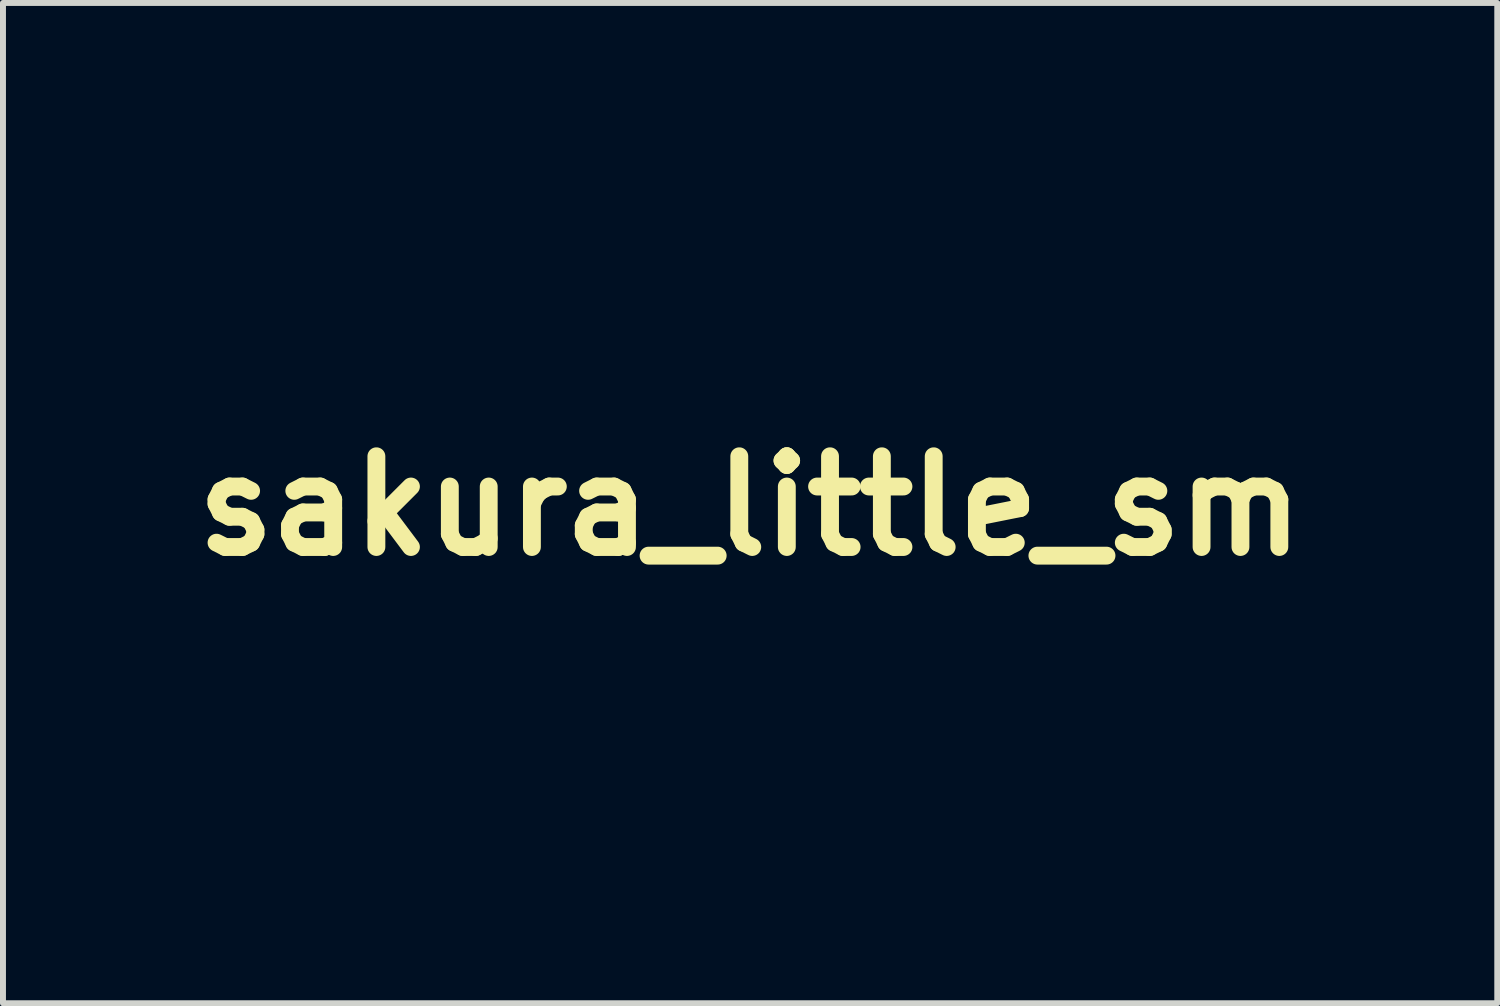
<source format=kicad_pcb>
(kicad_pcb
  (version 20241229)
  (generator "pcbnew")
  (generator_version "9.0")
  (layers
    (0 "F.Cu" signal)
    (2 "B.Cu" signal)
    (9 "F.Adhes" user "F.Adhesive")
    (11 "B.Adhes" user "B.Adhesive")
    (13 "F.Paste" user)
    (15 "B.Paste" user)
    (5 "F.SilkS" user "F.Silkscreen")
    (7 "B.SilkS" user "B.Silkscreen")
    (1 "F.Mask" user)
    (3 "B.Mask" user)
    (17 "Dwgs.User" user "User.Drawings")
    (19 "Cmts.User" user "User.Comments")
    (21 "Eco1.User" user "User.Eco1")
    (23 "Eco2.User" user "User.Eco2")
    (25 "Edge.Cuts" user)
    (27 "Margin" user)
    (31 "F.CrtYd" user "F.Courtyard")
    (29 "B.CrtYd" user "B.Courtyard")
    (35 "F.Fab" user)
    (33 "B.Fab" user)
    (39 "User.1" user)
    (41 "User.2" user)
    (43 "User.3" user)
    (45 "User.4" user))
  (footprint "sakura_little_sm"
    (layer "F.Cu")
    (at 9.55 5.449)
    (property "Reference" "sakura_little_sm" (at 0 0 0) (layer "F.SilkS") (effects (font (size 1.524 1.524) (thickness 0.3))))
    (attr through_hole)
    (fp_poly (pts (xy 2.839 0.88) (xy 2.853 0.885) (xy 2.858 0.895) (xy 2.859 0.905) (xy 2.857 0.919) (xy 2.849 0.927) (xy 2.829 0.929) (xy 2.809 0.93) (xy 2.779 0.929) (xy 2.764 0.925) (xy 2.759 0.915) (xy 2.759 0.905) (xy 2.761 0.89) (xy 2.769 0.882) (xy 2.789 0.88) (xy 2.809 0.88) (xy 2.839 0.88)) (stroke (width 0.01) (type solid)) (fill yes) (layer "F.Mask"))
    (fp_poly (pts (xy 4.914 -2.895) (xy 4.949 -2.88) (xy 4.984 -2.863) (xy 5.045 -2.829) (xy 5.096 -2.793) (xy 5.137 -2.759) (xy 5.164 -2.727) (xy 5.176 -2.701) (xy 5.176 -2.692) (xy 5.168 -2.676) (xy 5.149 -2.673) (xy 5.119 -2.683) (xy 5.091 -2.696) (xy 5.034 -2.732) (xy 4.978 -2.781) (xy 4.926 -2.839) (xy 4.9 -2.871) (xy 4.89 -2.891) (xy 4.894 -2.899) (xy 4.914 -2.895)) (stroke (width 0.01) (type solid)) (fill yes) (layer "F.Mask"))
    (fp_poly (pts (xy 3.53 0.512) (xy 3.598 0.527) (xy 3.649 0.537) (xy 3.687 0.544) (xy 3.714 0.547) (xy 3.735 0.547) (xy 3.748 0.546) (xy 3.789 0.54) (xy 3.814 0.538) (xy 3.829 0.54) (xy 3.838 0.546) (xy 3.842 0.552) (xy 3.846 0.571) (xy 3.833 0.585) (xy 3.804 0.594) (xy 3.764 0.598) (xy 3.713 0.596) (xy 3.654 0.588) (xy 3.654 0.588) (xy 3.596 0.576) (xy 3.555 0.565) (xy 3.529 0.554) (xy 3.515 0.542) (xy 3.51 0.531) (xy 3.511 0.514) (xy 3.523 0.511) (xy 3.53 0.512)) (stroke (width 0.01) (type solid)) (fill yes) (layer "F.Mask"))
    (fp_poly (pts (xy 1.905 2.674) (xy 1.935 2.691) (xy 1.945 2.698) (xy 1.991 2.725) (xy 2.045 2.748) (xy 2.101 2.764) (xy 2.154 2.773) (xy 2.198 2.771) (xy 2.214 2.768) (xy 2.241 2.76) (xy 2.254 2.763) (xy 2.255 2.778) (xy 2.253 2.787) (xy 2.236 2.813) (xy 2.205 2.833) (xy 2.162 2.845) (xy 2.114 2.848) (xy 2.063 2.843) (xy 2.021 2.83) (xy 1.966 2.801) (xy 1.923 2.765) (xy 1.895 2.724) (xy 1.894 2.722) (xy 1.885 2.697) (xy 1.879 2.68) (xy 1.879 2.678) (xy 1.886 2.669) (xy 1.905 2.674)) (stroke (width 0.01) (type solid)) (fill yes) (layer "F.Mask"))
    (fp_poly (pts (xy 3.886 -4.06) (xy 3.898 -4.044) (xy 3.903 -4.033) (xy 3.903 -4.021) (xy 3.896 -4.007) (xy 3.881 -3.989) (xy 3.855 -3.965) (xy 3.818 -3.931) (xy 3.779 -3.898) (xy 3.744 -3.868) (xy 3.714 -3.842) (xy 3.691 -3.822) (xy 3.684 -3.816) (xy 3.654 -3.8) (xy 3.62 -3.803) (xy 3.588 -3.824) (xy 3.585 -3.827) (xy 3.568 -3.848) (xy 3.559 -3.865) (xy 3.559 -3.868) (xy 3.567 -3.885) (xy 3.59 -3.909) (xy 3.624 -3.936) (xy 3.666 -3.966) (xy 3.712 -3.996) (xy 3.759 -4.023) (xy 3.802 -4.046) (xy 3.84 -4.062) (xy 3.869 -4.068) (xy 3.871 -4.068) (xy 3.886 -4.06)) (stroke (width 0.01) (type solid)) (fill yes) (layer "F.Mask"))
    (fp_poly (pts (xy 5.277 -2.523) (xy 5.315 -2.51) (xy 5.331 -2.505) (xy 5.381 -2.484) (xy 5.436 -2.457) (xy 5.492 -2.427) (xy 5.546 -2.395) (xy 5.596 -2.362) (xy 5.639 -2.331) (xy 5.673 -2.303) (xy 5.695 -2.279) (xy 5.703 -2.262) (xy 5.702 -2.258) (xy 5.691 -2.255) (xy 5.663 -2.252) (xy 5.623 -2.25) (xy 5.576 -2.249) (xy 5.568 -2.249) (xy 5.44 -2.249) (xy 5.398 -2.297) (xy 5.372 -2.327) (xy 5.343 -2.364) (xy 5.313 -2.404) (xy 5.285 -2.443) (xy 5.261 -2.477) (xy 5.245 -2.503) (xy 5.238 -2.517) (xy 5.238 -2.518) (xy 5.241 -2.526) (xy 5.253 -2.528) (xy 5.277 -2.523)) (stroke (width 0.01) (type solid)) (fill yes) (layer "F.Mask"))
    (fp_poly (pts (xy 3.053 -4.283) (xy 3.057 -4.264) (xy 3.057 -4.249) (xy 3.05 -4.232) (xy 3.034 -4.212) (xy 3.006 -4.183) (xy 2.99 -4.167) (xy 2.957 -4.135) (xy 2.934 -4.115) (xy 2.915 -4.104) (xy 2.897 -4.099) (xy 2.875 -4.098) (xy 2.875 -4.098) (xy 2.844 -4.101) (xy 2.825 -4.11) (xy 2.811 -4.126) (xy 2.795 -4.152) (xy 2.785 -4.175) (xy 2.784 -4.201) (xy 2.793 -4.224) (xy 2.809 -4.237) (xy 2.815 -4.238) (xy 2.831 -4.241) (xy 2.86 -4.249) (xy 2.897 -4.26) (xy 2.907 -4.263) (xy 2.948 -4.275) (xy 2.987 -4.285) (xy 3.016 -4.29) (xy 3.019 -4.291) (xy 3.043 -4.291) (xy 3.053 -4.283)) (stroke (width 0.01) (type solid)) (fill yes) (layer "F.Mask"))
    (fp_poly (pts (xy 1.379 -0.112) (xy 1.388 -0.098) (xy 1.398 -0.077) (xy 1.415 -0.05) (xy 1.441 -0.02) (xy 1.472 0.008) (xy 1.502 0.029) (xy 1.527 0.04) (xy 1.531 0.04) (xy 1.551 0.046) (xy 1.555 0.049) (xy 1.572 0.058) (xy 1.605 0.07) (xy 1.65 0.084) (xy 1.702 0.097) (xy 1.759 0.111) (xy 1.815 0.123) (xy 1.867 0.132) (xy 1.893 0.136) (xy 1.941 0.144) (xy 1.972 0.154) (xy 1.987 0.168) (xy 1.989 0.18) (xy 1.988 0.189) (xy 1.982 0.195) (xy 1.967 0.198) (xy 1.939 0.199) (xy 1.896 0.199) (xy 1.892 0.199) (xy 1.843 0.197) (xy 1.795 0.194) (xy 1.756 0.189) (xy 1.744 0.187) (xy 1.643 0.164) (xy 1.558 0.134) (xy 1.484 0.096) (xy 1.419 0.048) (xy 1.382 0.013) (xy 1.346 -0.024) (xy 1.325 -0.051) (xy 1.317 -0.071) (xy 1.323 -0.086) (xy 1.34 -0.1) (xy 1.35 -0.105) (xy 1.368 -0.113) (xy 1.379 -0.112)) (stroke (width 0.01) (type solid)) (fill yes) (layer "F.Mask"))
    (fp_poly (pts (xy 3.778 -4.312) (xy 3.809 -4.31) (xy 3.83 -4.306) (xy 3.843 -4.298) (xy 3.845 -4.296) (xy 3.85 -4.29) (xy 3.851 -4.283) (xy 3.848 -4.273) (xy 3.838 -4.259) (xy 3.821 -4.239) (xy 3.795 -4.211) (xy 3.758 -4.173) (xy 3.71 -4.125) (xy 3.663 -4.078) (xy 3.595 -4.01) (xy 3.539 -3.957) (xy 3.496 -3.918) (xy 3.466 -3.892) (xy 3.448 -3.881) (xy 3.444 -3.88) (xy 3.421 -3.882) (xy 3.39 -3.887) (xy 3.384 -3.889) (xy 3.308 -3.906) (xy 3.236 -3.927) (xy 3.17 -3.951) (xy 3.115 -3.977) (xy 3.072 -4.003) (xy 3.045 -4.028) (xy 3.038 -4.039) (xy 3.032 -4.071) (xy 3.041 -4.099) (xy 3.068 -4.127) (xy 3.082 -4.137) (xy 3.129 -4.166) (xy 3.179 -4.191) (xy 3.236 -4.213) (xy 3.303 -4.234) (xy 3.385 -4.255) (xy 3.419 -4.263) (xy 3.488 -4.279) (xy 3.542 -4.291) (xy 3.584 -4.3) (xy 3.618 -4.306) (xy 3.648 -4.309) (xy 3.676 -4.311) (xy 3.708 -4.312) (xy 3.73 -4.312) (xy 3.778 -4.312)) (stroke (width 0.01) (type solid)) (fill yes) (layer "F.Mask"))
    (fp_poly (pts (xy 4.381 -3.741) (xy 4.425 -3.733) (xy 4.485 -3.719) (xy 4.524 -3.705) (xy 4.545 -3.691) (xy 4.547 -3.676) (xy 4.53 -3.661) (xy 4.517 -3.653) (xy 4.488 -3.634) (xy 4.456 -3.609) (xy 4.428 -3.582) (xy 4.408 -3.557) (xy 4.398 -3.539) (xy 4.398 -3.537) (xy 4.404 -3.523) (xy 4.423 -3.519) (xy 4.428 -3.519) (xy 4.462 -3.514) (xy 4.496 -3.503) (xy 4.525 -3.487) (xy 4.542 -3.471) (xy 4.543 -3.468) (xy 4.546 -3.447) (xy 4.535 -3.431) (xy 4.511 -3.416) (xy 4.42 -3.37) (xy 4.346 -3.333) (xy 4.286 -3.305) (xy 4.239 -3.286) (xy 4.202 -3.274) (xy 4.176 -3.269) (xy 4.169 -3.269) (xy 4.151 -3.277) (xy 4.133 -3.295) (xy 4.133 -3.296) (xy 4.11 -3.325) (xy 4.074 -3.362) (xy 4.03 -3.403) (xy 3.98 -3.446) (xy 3.929 -3.486) (xy 3.914 -3.496) (xy 3.861 -3.536) (xy 3.822 -3.566) (xy 3.796 -3.588) (xy 3.782 -3.605) (xy 3.779 -3.62) (xy 3.784 -3.633) (xy 3.797 -3.647) (xy 3.802 -3.652) (xy 3.832 -3.67) (xy 3.881 -3.688) (xy 3.949 -3.705) (xy 4.035 -3.721) (xy 4.138 -3.736) (xy 4.149 -3.738) (xy 4.236 -3.746) (xy 4.311 -3.747) (xy 4.381 -3.741)) (stroke (width 0.01) (type solid)) (fill yes) (layer "F.Mask"))
    (fp_poly (pts (xy 3.275 -0.117) (xy 3.277 -0.106) (xy 3.275 -0.082) (xy 3.267 -0.045) (xy 3.254 0.009) (xy 3.249 0.03) (xy 3.238 0.075) (xy 3.232 0.117) (xy 3.23 0.162) (xy 3.23 0.219) (xy 3.23 0.23) (xy 3.232 0.281) (xy 3.235 0.316) (xy 3.239 0.342) (xy 3.247 0.364) (xy 3.259 0.387) (xy 3.269 0.404) (xy 3.291 0.435) (xy 3.324 0.474) (xy 3.362 0.515) (xy 3.392 0.545) (xy 3.481 0.628) (xy 3.474 0.686) (xy 3.458 0.753) (xy 3.427 0.829) (xy 3.382 0.909) (xy 3.326 0.991) (xy 3.26 1.072) (xy 3.224 1.111) (xy 3.189 1.145) (xy 3.164 1.166) (xy 3.144 1.177) (xy 3.129 1.18) (xy 3.101 1.172) (xy 3.089 1.16) (xy 3.082 1.142) (xy 3.081 1.124) (xy 3.09 1.103) (xy 3.11 1.077) (xy 3.142 1.041) (xy 3.156 1.025) (xy 3.231 0.942) (xy 3.29 0.869) (xy 3.333 0.804) (xy 3.361 0.746) (xy 3.374 0.697) (xy 3.377 0.67) (xy 3.374 0.651) (xy 3.362 0.631) (xy 3.341 0.608) (xy 3.316 0.58) (xy 3.293 0.555) (xy 3.283 0.543) (xy 3.257 0.505) (xy 3.23 0.456) (xy 3.207 0.404) (xy 3.194 0.368) (xy 3.185 0.321) (xy 3.18 0.261) (xy 3.179 0.194) (xy 3.182 0.127) (xy 3.189 0.066) (xy 3.196 0.032) (xy 3.212 -0.02) (xy 3.229 -0.064) (xy 3.247 -0.097) (xy 3.263 -0.116) (xy 3.267 -0.118) (xy 3.275 -0.117)) (stroke (width 0.01) (type solid)) (fill yes) (layer "F.Mask"))
    (fp_poly (pts (xy 1.793 -0.967) (xy 1.844 -0.964) (xy 1.891 -0.96) (xy 1.928 -0.955) (xy 1.949 -0.95) (xy 1.985 -0.939) (xy 2.019 -0.928) (xy 2.115 -0.89) (xy 2.201 -0.834) (xy 2.278 -0.762) (xy 2.343 -0.677) (xy 2.395 -0.578) (xy 2.408 -0.546) (xy 2.421 -0.512) (xy 2.427 -0.492) (xy 2.426 -0.483) (xy 2.419 -0.48) (xy 2.408 -0.48) (xy 2.398 -0.479) (xy 2.392 -0.474) (xy 2.389 -0.462) (xy 2.389 -0.439) (xy 2.391 -0.401) (xy 2.392 -0.372) (xy 2.396 -0.321) (xy 2.4 -0.269) (xy 2.403 -0.226) (xy 2.405 -0.207) (xy 2.408 -0.175) (xy 2.407 -0.157) (xy 2.401 -0.151) (xy 2.396 -0.15) (xy 2.382 -0.154) (xy 2.369 -0.167) (xy 2.356 -0.19) (xy 2.341 -0.227) (xy 2.324 -0.278) (xy 2.303 -0.346) (xy 2.291 -0.39) (xy 2.28 -0.43) (xy 2.271 -0.466) (xy 2.265 -0.49) (xy 2.265 -0.492) (xy 2.251 -0.52) (xy 2.222 -0.553) (xy 2.182 -0.588) (xy 2.135 -0.622) (xy 2.083 -0.654) (xy 2.031 -0.68) (xy 1.993 -0.694) (xy 1.973 -0.695) (xy 1.966 -0.683) (xy 1.972 -0.662) (xy 1.992 -0.633) (xy 1.995 -0.629) (xy 2.024 -0.588) (xy 2.051 -0.539) (xy 2.074 -0.488) (xy 2.085 -0.456) (xy 2.085 -0.434) (xy 2.071 -0.413) (xy 2.064 -0.405) (xy 2.04 -0.388) (xy 2.017 -0.38) (xy 2.015 -0.38) (xy 1.983 -0.373) (xy 1.965 -0.353) (xy 1.964 -0.322) (xy 1.964 -0.322) (xy 1.971 -0.3) (xy 1.978 -0.29) (xy 1.979 -0.29) (xy 1.988 -0.282) (xy 1.998 -0.262) (xy 1.999 -0.261) (xy 2.006 -0.235) (xy 2 -0.211) (xy 1.996 -0.203) (xy 1.964 -0.16) (xy 1.918 -0.12) (xy 1.861 -0.086) (xy 1.815 -0.066) (xy 1.77 -0.057) (xy 1.715 -0.052) (xy 1.657 -0.052) (xy 1.603 -0.057) (xy 1.564 -0.066) (xy 1.51 -0.088) (xy 1.466 -0.111) (xy 1.423 -0.141) (xy 1.402 -0.157) (xy 1.373 -0.18) (xy 1.354 -0.192) (xy 1.343 -0.194) (xy 1.335 -0.188) (xy 1.334 -0.186) (xy 1.316 -0.17) (xy 1.3 -0.172) (xy 1.291 -0.192) (xy 1.289 -0.206) (xy 1.292 -0.232) (xy 1.303 -0.245) (xy 1.309 -0.247) (xy 1.326 -0.254) (xy 1.329 -0.259) (xy 1.328 -0.278) (xy 1.323 -0.312) (xy 1.316 -0.359) (xy 1.309 -0.406) (xy 1.465 -0.406) (xy 1.47 -0.386) (xy 1.481 -0.357) (xy 1.497 -0.32) (xy 1.522 -0.273) (xy 1.554 -0.233) (xy 1.589 -0.201) (xy 1.624 -0.183) (xy 1.642 -0.18) (xy 1.663 -0.184) (xy 1.691 -0.193) (xy 1.695 -0.194) (xy 1.719 -0.208) (xy 1.729 -0.226) (xy 1.729 -0.234) (xy 1.726 -0.251) (xy 1.713 -0.26) (xy 1.692 -0.265) (xy 1.658 -0.273) (xy 1.621 -0.287) (xy 1.614 -0.291) (xy 1.583 -0.312) (xy 1.563 -0.341) (xy 1.552 -0.383) (xy 1.549 -0.434) (xy 1.547 -0.47) (xy 1.539 -0.487) (xy 1.525 -0.486) (xy 1.503 -0.466) (xy 1.488 -0.449) (xy 1.474 -0.432) (xy 1.466 -0.419) (xy 1.465 -0.406) (xy 1.309 -0.406) (xy 1.308 -0.412) (xy 1.299 -0.469) (xy 1.29 -0.524) (xy 1.284 -0.559) (xy 1.611 -0.559) (xy 1.619 -0.551) (xy 1.632 -0.55) (xy 1.657 -0.556) (xy 1.67 -0.566) (xy 1.677 -0.579) (xy 1.671 -0.592) (xy 1.66 -0.601) (xy 1.636 -0.616) (xy 1.621 -0.612) (xy 1.612 -0.59) (xy 1.611 -0.582) (xy 1.611 -0.559) (xy 1.284 -0.559) (xy 1.281 -0.574) (xy 1.273 -0.615) (xy 1.271 -0.627) (xy 1.267 -0.651) (xy 1.269 -0.669) (xy 1.278 -0.688) (xy 1.297 -0.714) (xy 1.305 -0.725) (xy 1.33 -0.761) (xy 1.353 -0.798) (xy 1.366 -0.824) (xy 1.374 -0.841) (xy 1.421 -0.841) (xy 1.427 -0.833) (xy 1.45 -0.831) (xy 1.462 -0.832) (xy 1.492 -0.836) (xy 1.504 -0.846) (xy 1.504 -0.85) (xy 1.496 -0.861) (xy 1.476 -0.867) (xy 1.452 -0.868) (xy 1.433 -0.863) (xy 1.428 -0.858) (xy 1.421 -0.841) (xy 1.374 -0.841) (xy 1.382 -0.855) (xy 1.397 -0.868) (xy 1.405 -0.87) (xy 1.426 -0.878) (xy 1.435 -0.887) (xy 1.762 -0.887) (xy 1.767 -0.878) (xy 1.786 -0.872) (xy 1.811 -0.87) (xy 1.838 -0.872) (xy 1.847 -0.879) (xy 1.847 -0.882) (xy 1.835 -0.892) (xy 1.811 -0.898) (xy 1.785 -0.898) (xy 1.773 -0.895) (xy 1.762 -0.887) (xy 1.435 -0.887) (xy 1.437 -0.889) (xy 1.462 -0.913) (xy 1.504 -0.933) (xy 1.56 -0.949) (xy 1.627 -0.961) (xy 1.702 -0.967) (xy 1.783 -0.967) (xy 1.793 -0.967)) (stroke (width 0.01) (type solid)) (fill yes) (layer "F.Mask"))
    (fp_poly (pts (xy 1.901 1.038) (xy 1.905 1.054) (xy 1.899 1.085) (xy 1.899 1.088) (xy 1.891 1.125) (xy 1.896 1.147) (xy 1.914 1.158) (xy 1.93 1.16) (xy 1.955 1.161) (xy 1.993 1.166) (xy 2.035 1.173) (xy 2.043 1.175) (xy 2.115 1.188) (xy 2.172 1.199) (xy 2.217 1.207) (xy 2.255 1.214) (xy 2.282 1.219) (xy 2.325 1.227) (xy 2.38 1.238) (xy 2.44 1.25) (xy 2.497 1.261) (xy 2.534 1.269) (xy 2.567 1.276) (xy 2.608 1.284) (xy 2.634 1.289) (xy 2.675 1.298) (xy 2.714 1.306) (xy 2.734 1.31) (xy 2.816 1.328) (xy 2.894 1.345) (xy 2.96 1.359) (xy 2.964 1.36) (xy 3.037 1.376) (xy 3.092 1.39) (xy 3.129 1.403) (xy 3.15 1.417) (xy 3.157 1.431) (xy 3.149 1.448) (xy 3.129 1.469) (xy 3.107 1.487) (xy 3.043 1.542) (xy 2.974 1.613) (xy 2.901 1.694) (xy 2.829 1.785) (xy 2.759 1.88) (xy 2.694 1.978) (xy 2.636 2.074) (xy 2.607 2.127) (xy 2.583 2.173) (xy 2.56 2.215) (xy 2.541 2.249) (xy 2.529 2.269) (xy 2.528 2.271) (xy 2.515 2.291) (xy 2.509 2.304) (xy 2.509 2.304) (xy 2.503 2.315) (xy 2.489 2.337) (xy 2.467 2.369) (xy 2.45 2.393) (xy 2.401 2.456) (xy 2.358 2.504) (xy 2.317 2.539) (xy 2.297 2.552) (xy 2.263 2.564) (xy 2.218 2.568) (xy 2.169 2.564) (xy 2.124 2.552) (xy 2.122 2.551) (xy 2.051 2.513) (xy 1.986 2.459) (xy 1.95 2.419) (xy 1.902 2.348) (xy 1.857 2.259) (xy 1.815 2.154) (xy 1.777 2.036) (xy 1.745 1.908) (xy 1.719 1.779) (xy 1.711 1.736) (xy 1.703 1.692) (xy 1.699 1.67) (xy 1.787 1.67) (xy 1.792 1.714) (xy 1.804 1.776) (xy 1.82 1.856) (xy 1.821 1.859) (xy 1.854 2) (xy 1.891 2.124) (xy 1.933 2.232) (xy 1.979 2.321) (xy 2.028 2.392) (xy 2.072 2.438) (xy 2.127 2.473) (xy 2.185 2.491) (xy 2.244 2.492) (xy 2.3 2.474) (xy 2.3 2.474) (xy 2.334 2.448) (xy 2.37 2.409) (xy 2.404 2.361) (xy 2.431 2.309) (xy 2.434 2.301) (xy 2.449 2.264) (xy 2.463 2.232) (xy 2.472 2.212) (xy 2.472 2.212) (xy 2.477 2.186) (xy 2.469 2.164) (xy 2.461 2.14) (xy 2.464 2.11) (xy 2.466 2.102) (xy 2.474 2.072) (xy 2.483 2.032) (xy 2.49 1.997) (xy 2.496 1.954) (xy 2.495 1.927) (xy 2.482 1.912) (xy 2.456 1.906) (xy 2.421 1.904) (xy 2.364 1.904) (xy 2.361 2.058) (xy 2.359 2.125) (xy 2.357 2.174) (xy 2.352 2.207) (xy 2.345 2.226) (xy 2.336 2.234) (xy 2.325 2.233) (xy 2.318 2.222) (xy 2.313 2.196) (xy 2.309 2.151) (xy 2.307 2.116) (xy 2.296 2.011) (xy 2.273 1.921) (xy 2.24 1.847) (xy 2.194 1.787) (xy 2.135 1.741) (xy 2.105 1.725) (xy 2.067 1.71) (xy 2.03 1.702) (xy 1.998 1.699) (xy 1.976 1.704) (xy 1.969 1.714) (xy 1.975 1.731) (xy 1.979 1.734) (xy 1.986 1.747) (xy 1.989 1.766) (xy 1.987 1.783) (xy 1.982 1.789) (xy 1.972 1.783) (xy 1.951 1.765) (xy 1.924 1.738) (xy 1.904 1.718) (xy 1.864 1.678) (xy 1.832 1.649) (xy 1.81 1.633) (xy 1.795 1.631) (xy 1.787 1.643) (xy 1.787 1.67) (xy 1.699 1.67) (xy 1.699 1.666) (xy 1.695 1.638) (xy 1.692 1.596) (xy 1.69 1.544) (xy 1.689 1.487) (xy 1.689 1.469) (xy 1.689 1.406) (xy 1.686 1.358) (xy 1.682 1.326) (xy 1.677 1.311) (xy 1.671 1.315) (xy 1.666 1.33) (xy 1.654 1.346) (xy 1.634 1.349) (xy 1.606 1.349) (xy 1.612 1.282) (xy 1.613 1.279) (xy 1.759 1.279) (xy 1.769 1.303) (xy 1.796 1.33) (xy 1.839 1.359) (xy 1.895 1.39) (xy 1.964 1.421) (xy 2.042 1.452) (xy 2.128 1.481) (xy 2.22 1.508) (xy 2.284 1.524) (xy 2.325 1.534) (xy 2.363 1.543) (xy 2.389 1.549) (xy 2.422 1.557) (xy 2.469 1.566) (xy 2.524 1.577) (xy 2.584 1.588) (xy 2.643 1.598) (xy 2.697 1.607) (xy 2.74 1.614) (xy 2.767 1.618) (xy 2.784 1.615) (xy 2.809 1.607) (xy 2.812 1.606) (xy 2.853 1.582) (xy 2.897 1.545) (xy 2.941 1.499) (xy 2.95 1.488) (xy 2.968 1.463) (xy 2.974 1.447) (xy 2.969 1.435) (xy 2.969 1.434) (xy 2.949 1.422) (xy 2.936 1.419) (xy 2.911 1.416) (xy 2.885 1.41) (xy 2.861 1.403) (xy 2.822 1.394) (xy 2.773 1.383) (xy 2.717 1.37) (xy 2.659 1.357) (xy 2.604 1.346) (xy 2.574 1.34) (xy 2.529 1.331) (xy 2.479 1.321) (xy 2.449 1.314) (xy 2.392 1.303) (xy 2.321 1.29) (xy 2.236 1.276) (xy 2.134 1.259) (xy 2.044 1.244) (xy 1.995 1.236) (xy 1.948 1.228) (xy 1.909 1.221) (xy 1.896 1.219) (xy 1.845 1.211) (xy 1.81 1.21) (xy 1.787 1.216) (xy 1.773 1.231) (xy 1.771 1.235) (xy 1.762 1.261) (xy 1.759 1.279) (xy 1.613 1.279) (xy 1.621 1.223) (xy 1.638 1.177) (xy 1.665 1.139) (xy 1.676 1.128) (xy 1.706 1.105) (xy 1.743 1.083) (xy 1.785 1.063) (xy 1.826 1.047) (xy 1.862 1.036) (xy 1.889 1.033) (xy 1.901 1.038)) (stroke (width 0.01) (type solid)) (fill yes) (layer "F.Mask"))
    (fp_poly (pts (xy 1.975 -5.436) (xy 1.982 -5.42) (xy 1.981 -5.394) (xy 1.978 -5.378) (xy 1.975 -5.353) (xy 1.972 -5.313) (xy 1.97 -5.259) (xy 1.967 -5.196) (xy 1.965 -5.125) (xy 1.963 -5.049) (xy 1.962 -4.971) (xy 1.961 -4.893) (xy 1.961 -4.82) (xy 1.961 -4.752) (xy 1.962 -4.694) (xy 1.963 -4.647) (xy 1.965 -4.615) (xy 1.968 -4.6) (xy 1.985 -4.581) (xy 2.01 -4.563) (xy 2.011 -4.562) (xy 2.045 -4.547) (xy 2.085 -4.531) (xy 2.127 -4.516) (xy 2.164 -4.505) (xy 2.191 -4.499) (xy 2.196 -4.498) (xy 2.214 -4.501) (xy 2.247 -4.509) (xy 2.289 -4.521) (xy 2.331 -4.534) (xy 2.38 -4.549) (xy 2.424 -4.563) (xy 2.46 -4.573) (xy 2.479 -4.579) (xy 2.563 -4.601) (xy 2.636 -4.62) (xy 2.695 -4.635) (xy 2.738 -4.645) (xy 2.744 -4.646) (xy 2.774 -4.653) (xy 2.818 -4.663) (xy 2.868 -4.674) (xy 2.909 -4.684) (xy 2.958 -4.695) (xy 3.003 -4.705) (xy 3.039 -4.714) (xy 3.059 -4.718) (xy 3.09 -4.725) (xy 3.129 -4.734) (xy 3.143 -4.738) (xy 3.179 -4.749) (xy 3.23 -4.77) (xy 3.291 -4.798) (xy 3.36 -4.832) (xy 3.434 -4.87) (xy 3.51 -4.91) (xy 3.584 -4.952) (xy 3.655 -4.992) (xy 3.718 -5.031) (xy 3.771 -5.065) (xy 3.811 -5.094) (xy 3.828 -5.109) (xy 3.871 -5.148) (xy 3.902 -5.171) (xy 3.921 -5.179) (xy 3.927 -5.172) (xy 3.921 -5.15) (xy 3.903 -5.115) (xy 3.872 -5.065) (xy 3.851 -5.035) (xy 3.812 -4.98) (xy 3.768 -4.919) (xy 3.723 -4.86) (xy 3.691 -4.82) (xy 3.661 -4.781) (xy 3.635 -4.747) (xy 3.617 -4.721) (xy 3.609 -4.707) (xy 3.609 -4.706) (xy 3.618 -4.702) (xy 3.643 -4.701) (xy 3.68 -4.7) (xy 3.725 -4.702) (xy 3.774 -4.705) (xy 3.824 -4.709) (xy 3.869 -4.714) (xy 3.898 -4.719) (xy 4.013 -4.741) (xy 4.115 -4.763) (xy 4.211 -4.787) (xy 4.308 -4.814) (xy 4.338 -4.823) (xy 4.382 -4.836) (xy 4.425 -4.848) (xy 4.457 -4.858) (xy 4.463 -4.859) (xy 4.513 -4.874) (xy 4.558 -4.889) (xy 4.594 -4.901) (xy 4.611 -4.909) (xy 4.633 -4.917) (xy 4.643 -4.918) (xy 4.665 -4.923) (xy 4.676 -4.927) (xy 4.695 -4.936) (xy 4.725 -4.947) (xy 4.743 -4.953) (xy 4.776 -4.964) (xy 4.803 -4.974) (xy 4.813 -4.978) (xy 4.831 -4.985) (xy 4.862 -4.996) (xy 4.902 -5.011) (xy 4.933 -5.023) (xy 4.976 -5.039) (xy 5.014 -5.053) (xy 5.04 -5.064) (xy 5.05 -5.069) (xy 5.07 -5.077) (xy 5.078 -5.078) (xy 5.092 -5.082) (xy 5.117 -5.093) (xy 5.138 -5.102) (xy 5.166 -5.114) (xy 5.186 -5.12) (xy 5.192 -5.12) (xy 5.197 -5.112) (xy 5.195 -5.099) (xy 5.185 -5.08) (xy 5.167 -5.053) (xy 5.138 -5.015) (xy 5.097 -4.964) (xy 5.093 -4.959) (xy 5.049 -4.903) (xy 5.018 -4.862) (xy 4.998 -4.834) (xy 4.99 -4.816) (xy 4.991 -4.809) (xy 5.002 -4.811) (xy 5.015 -4.818) (xy 5.042 -4.834) (xy 5.079 -4.857) (xy 5.123 -4.884) (xy 5.153 -4.902) (xy 5.199 -4.931) (xy 5.239 -4.956) (xy 5.27 -4.975) (xy 5.289 -4.986) (xy 5.293 -4.988) (xy 5.303 -4.993) (xy 5.325 -5.006) (xy 5.355 -5.025) (xy 5.36 -5.028) (xy 5.392 -5.047) (xy 5.419 -5.062) (xy 5.434 -5.068) (xy 5.435 -5.068) (xy 5.447 -5.061) (xy 5.444 -5.042) (xy 5.429 -5.011) (xy 5.418 -4.993) (xy 5.404 -4.974) (xy 5.381 -4.944) (xy 5.351 -4.907) (xy 5.318 -4.865) (xy 5.284 -4.823) (xy 5.252 -4.783) (xy 5.224 -4.748) (xy 5.202 -4.723) (xy 5.19 -4.709) (xy 5.189 -4.708) (xy 5.18 -4.699) (xy 5.161 -4.678) (xy 5.134 -4.648) (xy 5.101 -4.612) (xy 5.093 -4.603) (xy 5.049 -4.554) (xy 4.997 -4.499) (xy 4.946 -4.443) (xy 4.908 -4.403) (xy 4.838 -4.33) (xy 4.78 -4.271) (xy 4.735 -4.222) (xy 4.7 -4.185) (xy 4.674 -4.157) (xy 4.656 -4.137) (xy 4.645 -4.123) (xy 4.641 -4.115) (xy 4.64 -4.114) (xy 4.647 -4.103) (xy 4.668 -4.088) (xy 4.697 -4.073) (xy 4.731 -4.059) (xy 4.748 -4.054) (xy 4.795 -4.042) (xy 4.839 -4.032) (xy 4.884 -4.022) (xy 4.935 -4.013) (xy 4.998 -4.002) (xy 5.043 -3.994) (xy 5.085 -3.988) (xy 5.125 -3.981) (xy 5.167 -3.975) (xy 5.217 -3.968) (xy 5.278 -3.959) (xy 5.355 -3.948) (xy 5.355 -3.948) (xy 5.397 -3.943) (xy 5.452 -3.938) (xy 5.514 -3.933) (xy 5.574 -3.93) (xy 5.58 -3.93) (xy 5.642 -3.926) (xy 5.685 -3.923) (xy 5.712 -3.918) (xy 5.722 -3.913) (xy 5.723 -3.911) (xy 5.715 -3.903) (xy 5.693 -3.884) (xy 5.659 -3.858) (xy 5.614 -3.825) (xy 5.562 -3.787) (xy 5.513 -3.751) (xy 5.406 -3.676) (xy 5.314 -3.61) (xy 5.235 -3.552) (xy 5.168 -3.501) (xy 5.109 -3.455) (xy 5.057 -3.413) (xy 5.044 -3.402) (xy 5.003 -3.366) (xy 4.976 -3.34) (xy 4.962 -3.322) (xy 4.959 -3.308) (xy 4.965 -3.297) (xy 4.984 -3.289) (xy 5.022 -3.281) (xy 5.077 -3.275) (xy 5.148 -3.27) (xy 5.234 -3.266) (xy 5.334 -3.264) (xy 5.369 -3.264) (xy 5.433 -3.263) (xy 5.49 -3.262) (xy 5.539 -3.26) (xy 5.574 -3.258) (xy 5.594 -3.255) (xy 5.597 -3.254) (xy 5.601 -3.243) (xy 5.593 -3.228) (xy 5.576 -3.215) (xy 5.557 -3.209) (xy 5.557 -3.209) (xy 5.533 -3.205) (xy 5.516 -3.2) (xy 5.494 -3.192) (xy 5.461 -3.181) (xy 5.43 -3.172) (xy 5.399 -3.161) (xy 5.376 -3.15) (xy 5.368 -3.142) (xy 5.375 -3.128) (xy 5.395 -3.109) (xy 5.431 -3.083) (xy 5.481 -3.051) (xy 5.548 -3.013) (xy 5.632 -2.967) (xy 5.703 -2.929) (xy 5.74 -2.909) (xy 5.773 -2.89) (xy 5.794 -2.877) (xy 5.799 -2.873) (xy 5.815 -2.862) (xy 5.822 -2.859) (xy 5.834 -2.853) (xy 5.856 -2.839) (xy 5.881 -2.822) (xy 5.943 -2.776) (xy 6.006 -2.726) (xy 6.07 -2.674) (xy 6.133 -2.62) (xy 6.192 -2.567) (xy 6.247 -2.517) (xy 6.295 -2.47) (xy 6.335 -2.429) (xy 6.364 -2.395) (xy 6.382 -2.37) (xy 6.386 -2.355) (xy 6.385 -2.353) (xy 6.375 -2.355) (xy 6.351 -2.365) (xy 6.316 -2.379) (xy 6.276 -2.397) (xy 6.234 -2.416) (xy 6.193 -2.436) (xy 6.165 -2.45) (xy 6.146 -2.457) (xy 6.125 -2.459) (xy 6.111 -2.456) (xy 6.11 -2.452) (xy 6.165 -2.343) (xy 6.214 -2.24) (xy 6.258 -2.146) (xy 6.296 -2.06) (xy 6.326 -1.986) (xy 6.35 -1.922) (xy 6.366 -1.872) (xy 6.373 -1.835) (xy 6.372 -1.814) (xy 6.365 -1.809) (xy 6.348 -1.816) (xy 6.332 -1.827) (xy 6.312 -1.843) (xy 6.279 -1.865) (xy 6.239 -1.891) (xy 6.197 -1.917) (xy 6.158 -1.94) (xy 6.127 -1.957) (xy 6.118 -1.961) (xy 6.028 -1.999) (xy 5.948 -2.023) (xy 5.875 -2.036) (xy 5.822 -2.039) (xy 5.783 -2.038) (xy 5.762 -2.033) (xy 5.758 -2.027) (xy 5.765 -2.017) (xy 5.787 -1.998) (xy 5.818 -1.972) (xy 5.858 -1.943) (xy 5.868 -1.936) (xy 5.964 -1.863) (xy 6.048 -1.789) (xy 6.117 -1.717) (xy 6.171 -1.647) (xy 6.208 -1.582) (xy 6.213 -1.571) (xy 6.225 -1.536) (xy 6.225 -1.516) (xy 6.214 -1.511) (xy 6.19 -1.521) (xy 6.155 -1.543) (xy 6.107 -1.575) (xy 6.054 -1.607) (xy 5.999 -1.639) (xy 5.944 -1.668) (xy 5.893 -1.693) (xy 5.849 -1.713) (xy 5.814 -1.727) (xy 5.791 -1.732) (xy 5.785 -1.731) (xy 5.781 -1.716) (xy 5.786 -1.706) (xy 5.794 -1.693) (xy 5.808 -1.667) (xy 5.827 -1.632) (xy 5.848 -1.591) (xy 5.869 -1.549) (xy 5.888 -1.509) (xy 5.904 -1.476) (xy 5.915 -1.453) (xy 5.918 -1.445) (xy 5.922 -1.435) (xy 5.932 -1.411) (xy 5.947 -1.378) (xy 5.951 -1.368) (xy 5.972 -1.319) (xy 5.995 -1.264) (xy 6.012 -1.22) (xy 6.026 -1.181) (xy 6.039 -1.148) (xy 6.047 -1.127) (xy 6.048 -1.125) (xy 6.057 -1.101) (xy 6.07 -1.063) (xy 6.086 -1.014) (xy 6.103 -0.958) (xy 6.122 -0.898) (xy 6.139 -0.84) (xy 6.154 -0.788) (xy 6.166 -0.745) (xy 6.167 -0.74) (xy 6.182 -0.683) (xy 6.191 -0.642) (xy 6.195 -0.616) (xy 6.193 -0.6) (xy 6.187 -0.592) (xy 6.176 -0.59) (xy 6.172 -0.59) (xy 6.157 -0.599) (xy 6.141 -0.629) (xy 6.123 -0.677) (xy 6.118 -0.695) (xy 6.108 -0.726) (xy 6.094 -0.768) (xy 6.078 -0.813) (xy 6.063 -0.855) (xy 6.051 -0.887) (xy 6.048 -0.895) (xy 6.04 -0.913) (xy 6.028 -0.944) (xy 6.012 -0.982) (xy 6.007 -0.995) (xy 5.985 -1.047) (xy 5.957 -1.109) (xy 5.925 -1.175) (xy 5.892 -1.242) (xy 5.86 -1.303) (xy 5.831 -1.354) (xy 5.814 -1.383) (xy 5.796 -1.412) (xy 5.783 -1.435) (xy 5.778 -1.445) (xy 5.772 -1.46) (xy 5.755 -1.485) (xy 5.731 -1.52) (xy 5.7 -1.561) (xy 5.665 -1.606) (xy 5.628 -1.652) (xy 5.591 -1.696) (xy 5.556 -1.736) (xy 5.526 -1.77) (xy 5.502 -1.794) (xy 5.487 -1.807) (xy 5.482 -1.807) (xy 5.484 -1.796) (xy 5.494 -1.774) (xy 5.508 -1.748) (xy 5.526 -1.715) (xy 5.549 -1.67) (xy 5.576 -1.617) (xy 5.605 -1.561) (xy 5.632 -1.505) (xy 5.657 -1.455) (xy 5.676 -1.413) (xy 5.689 -1.385) (xy 5.689 -1.384) (xy 5.702 -1.352) (xy 5.719 -1.312) (xy 5.728 -1.289) (xy 5.742 -1.255) (xy 5.753 -1.224) (xy 5.758 -1.21) (xy 5.765 -1.189) (xy 5.775 -1.155) (xy 5.788 -1.114) (xy 5.793 -1.1) (xy 5.806 -1.056) (xy 5.818 -1.016) (xy 5.826 -0.986) (xy 5.828 -0.98) (xy 5.834 -0.951) (xy 5.842 -0.907) (xy 5.853 -0.855) (xy 5.864 -0.799) (xy 5.874 -0.744) (xy 5.883 -0.696) (xy 5.888 -0.669) (xy 5.891 -0.639) (xy 5.894 -0.593) (xy 5.896 -0.537) (xy 5.897 -0.473) (xy 5.897 -0.406) (xy 5.897 -0.34) (xy 5.896 -0.279) (xy 5.894 -0.226) (xy 5.891 -0.187) (xy 5.889 -0.167) (xy 5.884 -0.14) (xy 5.877 -0.099) (xy 5.869 -0.05) (xy 5.863 -0.005) (xy 5.852 0.068) (xy 5.843 0.123) (xy 5.833 0.163) (xy 5.824 0.188) (xy 5.813 0.202) (xy 5.801 0.205) (xy 5.791 0.203) (xy 5.782 0.189) (xy 5.778 0.157) (xy 5.778 0.148) (xy 5.776 0.109) (xy 5.771 0.072) (xy 5.768 0.061) (xy 5.761 0.032) (xy 5.751 -0.007) (xy 5.743 -0.04) (xy 5.722 -0.116) (xy 5.703 -0.18) (xy 5.682 -0.237) (xy 5.657 -0.293) (xy 5.641 -0.326) (xy 5.617 -0.372) (xy 5.594 -0.408) (xy 5.575 -0.433) (xy 5.561 -0.443) (xy 5.554 -0.439) (xy 5.552 -0.425) (xy 5.55 -0.394) (xy 5.548 -0.35) (xy 5.546 -0.298) (xy 5.544 -0.25) (xy 5.541 -0.173) (xy 5.538 -0.113) (xy 5.534 -0.069) (xy 5.529 -0.038) (xy 5.522 -0.018) (xy 5.513 -0.007) (xy 5.501 -0.002) (xy 5.5 -0.002) (xy 5.483 -0.004) (xy 5.474 -0.021) (xy 5.472 -0.027) (xy 5.467 -0.054) (xy 5.459 -0.089) (xy 5.456 -0.105) (xy 5.435 -0.172) (xy 5.402 -0.248) (xy 5.359 -0.328) (xy 5.308 -0.408) (xy 5.251 -0.484) (xy 5.244 -0.492) (xy 5.219 -0.52) (xy 5.198 -0.536) (xy 5.184 -0.54) (xy 5.18 -0.531) (xy 5.182 -0.522) (xy 5.184 -0.514) (xy 5.186 -0.501) (xy 5.189 -0.482) (xy 5.192 -0.454) (xy 5.196 -0.415) (xy 5.2 -0.363) (xy 5.206 -0.296) (xy 5.213 -0.212) (xy 5.217 -0.165) (xy 5.22 -0.121) (xy 5.22 -0.068) (xy 5.219 -0.009) (xy 5.217 0.052) (xy 5.214 0.112) (xy 5.209 0.168) (xy 5.204 0.214) (xy 5.199 0.249) (xy 5.193 0.267) (xy 5.192 0.269) (xy 5.174 0.278) (xy 5.164 0.277) (xy 5.156 0.27) (xy 5.152 0.256) (xy 5.149 0.23) (xy 5.148 0.188) (xy 5.148 0.171) (xy 5.142 0.068) (xy 5.127 -0.027) (xy 5.117 -0.072) (xy 5.109 -0.112) (xy 5.103 -0.142) (xy 5.101 -0.153) (xy 5.094 -0.175) (xy 5.087 -0.186) (xy 5.079 -0.199) (xy 5.078 -0.205) (xy 5.073 -0.226) (xy 5.06 -0.258) (xy 5.041 -0.297) (xy 5.017 -0.341) (xy 4.992 -0.385) (xy 4.967 -0.425) (xy 4.944 -0.459) (xy 4.926 -0.481) (xy 4.914 -0.49) (xy 4.914 -0.49) (xy 4.908 -0.483) (xy 4.902 -0.46) (xy 4.897 -0.421) (xy 4.891 -0.363) (xy 4.889 -0.342) (xy 4.879 -0.229) (xy 4.869 -0.136) (xy 4.858 -0.06) (xy 4.847 -0.003) (xy 4.835 0.037) (xy 4.822 0.061) (xy 4.809 0.07) (xy 4.808 0.07) (xy 4.797 0.061) (xy 4.78 0.038) (xy 4.757 0.002) (xy 4.731 -0.044) (xy 4.703 -0.095) (xy 4.675 -0.15) (xy 4.648 -0.205) (xy 4.624 -0.257) (xy 4.605 -0.304) (xy 4.598 -0.322) (xy 4.586 -0.346) (xy 4.574 -0.359) (xy 4.571 -0.36) (xy 4.565 -0.359) (xy 4.561 -0.357) (xy 4.559 -0.35) (xy 4.559 -0.336) (xy 4.563 -0.314) (xy 4.569 -0.281) (xy 4.58 -0.235) (xy 4.594 -0.175) (xy 4.613 -0.097) (xy 4.615 -0.09) (xy 4.631 -0.021) (xy 4.646 0.035) (xy 4.661 0.085) (xy 4.677 0.136) (xy 4.698 0.195) (xy 4.703 0.21) (xy 4.725 0.268) (xy 4.743 0.313) (xy 4.762 0.352) (xy 4.783 0.391) (xy 4.79 0.403) (xy 4.809 0.442) (xy 4.813 0.467) (xy 4.804 0.479) (xy 4.783 0.476) (xy 4.752 0.457) (xy 4.732 0.441) (xy 4.704 0.418) (xy 4.666 0.39) (xy 4.622 0.358) (xy 4.573 0.325) (xy 4.524 0.292) (xy 4.476 0.261) (xy 4.432 0.235) (xy 4.396 0.214) (xy 4.371 0.2) (xy 4.358 0.196) (xy 4.357 0.197) (xy 4.351 0.211) (xy 4.342 0.238) (xy 4.333 0.274) (xy 4.333 0.276) (xy 4.324 0.317) (xy 4.315 0.358) (xy 4.309 0.385) (xy 4.302 0.415) (xy 4.291 0.46) (xy 4.277 0.514) (xy 4.261 0.573) (xy 4.246 0.631) (xy 4.231 0.685) (xy 4.219 0.729) (xy 4.213 0.75) (xy 4.203 0.786) (xy 4.193 0.82) (xy 4.189 0.835) (xy 4.182 0.859) (xy 4.17 0.895) (xy 4.156 0.94) (xy 4.139 0.989) (xy 4.123 1.037) (xy 4.108 1.08) (xy 4.097 1.114) (xy 4.089 1.133) (xy 4.089 1.135) (xy 4.081 1.151) (xy 4.069 1.182) (xy 4.052 1.223) (xy 4.033 1.269) (xy 4.033 1.27) (xy 3.974 1.406) (xy 3.909 1.539) (xy 3.84 1.663) (xy 3.77 1.775) (xy 3.7 1.872) (xy 3.699 1.873) (xy 3.67 1.908) (xy 3.627 1.955) (xy 3.569 2.017) (xy 3.498 2.092) (xy 3.412 2.181) (xy 3.312 2.283) (xy 3.198 2.398) (xy 3.071 2.527) (xy 2.964 2.634) (xy 2.851 2.747) (xy 2.751 2.844) (xy 2.664 2.927) (xy 2.591 2.995) (xy 2.53 3.048) (xy 2.483 3.087) (xy 2.448 3.11) (xy 2.446 3.111) (xy 2.424 3.126) (xy 2.413 3.139) (xy 2.412 3.143) (xy 2.422 3.152) (xy 2.446 3.17) (xy 2.482 3.195) (xy 2.528 3.225) (xy 2.581 3.259) (xy 2.638 3.295) (xy 2.697 3.332) (xy 2.755 3.368) (xy 2.811 3.402) (xy 2.86 3.431) (xy 2.901 3.454) (xy 2.931 3.471) (xy 2.947 3.478) (xy 2.949 3.478) (xy 2.991 3.486) (xy 3.041 3.504) (xy 3.094 3.531) (xy 3.143 3.562) (xy 3.166 3.581) (xy 3.192 3.605) (xy 3.225 3.637) (xy 3.256 3.67) (xy 3.288 3.702) (xy 3.314 3.721) (xy 3.339 3.73) (xy 3.349 3.732) (xy 3.381 3.74) (xy 3.419 3.754) (xy 3.444 3.764) (xy 3.474 3.78) (xy 3.514 3.803) (xy 3.56 3.831) (xy 3.606 3.862) (xy 3.649 3.891) (xy 3.683 3.916) (xy 3.706 3.934) (xy 3.707 3.935) (xy 3.723 3.949) (xy 3.751 3.968) (xy 3.785 3.991) (xy 3.794 3.997) (xy 3.839 4.027) (xy 3.892 4.065) (xy 3.947 4.105) (xy 3.998 4.145) (xy 4.041 4.178) (xy 4.053 4.188) (xy 4.075 4.207) (xy 4.105 4.234) (xy 4.138 4.263) (xy 4.141 4.266) (xy 4.171 4.291) (xy 4.196 4.309) (xy 4.212 4.318) (xy 4.214 4.318) (xy 4.232 4.324) (xy 4.264 4.339) (xy 4.307 4.362) (xy 4.358 4.391) (xy 4.413 4.425) (xy 4.471 4.462) (xy 4.473 4.464) (xy 4.561 4.528) (xy 4.646 4.6) (xy 4.723 4.675) (xy 4.77 4.728) (xy 4.813 4.784) (xy 4.857 4.849) (xy 4.902 4.918) (xy 4.941 4.985) (xy 4.974 5.046) (xy 4.993 5.086) (xy 5.012 5.129) (xy 5.028 5.16) (xy 5.041 5.176) (xy 5.045 5.178) (xy 5.063 5.176) (xy 5.091 5.171) (xy 5.101 5.169) (xy 5.178 5.155) (xy 5.256 5.144) (xy 5.332 5.138) (xy 5.401 5.135) (xy 5.459 5.138) (xy 5.503 5.145) (xy 5.509 5.147) (xy 5.53 5.153) (xy 5.561 5.162) (xy 5.604 5.173) (xy 5.661 5.187) (xy 5.733 5.205) (xy 5.823 5.227) (xy 5.823 5.227) (xy 5.857 5.235) (xy 5.908 5.249) (xy 5.976 5.268) (xy 6.064 5.293) (xy 6.12 5.309) (xy 6.157 5.321) (xy 6.181 5.331) (xy 6.19 5.339) (xy 6.189 5.34) (xy 6.177 5.343) (xy 6.148 5.345) (xy 6.106 5.346) (xy 6.054 5.346) (xy 6.007 5.346) (xy 5.933 5.344) (xy 5.876 5.341) (xy 5.832 5.336) (xy 5.796 5.33) (xy 5.773 5.324) (xy 5.721 5.308) (xy 5.675 5.295) (xy 5.631 5.284) (xy 5.581 5.272) (xy 5.521 5.258) (xy 5.478 5.248) (xy 5.436 5.239) (xy 5.404 5.234) (xy 5.375 5.232) (xy 5.343 5.234) (xy 5.301 5.239) (xy 5.268 5.243) (xy 5.188 5.255) (xy 5.126 5.266) (xy 5.079 5.277) (xy 5.046 5.288) (xy 5.03 5.297) (xy 5.016 5.31) (xy 5.021 5.32) (xy 5.045 5.326) (xy 5.086 5.328) (xy 5.117 5.33) (xy 5.132 5.334) (xy 5.133 5.338) (xy 5.122 5.34) (xy 5.094 5.342) (xy 5.049 5.343) (xy 4.992 5.345) (xy 4.923 5.346) (xy 4.845 5.347) (xy 4.76 5.347) (xy 4.671 5.348) (xy 4.578 5.348) (xy 4.485 5.348) (xy 4.394 5.348) (xy 4.307 5.347) (xy 4.225 5.347) (xy 4.152 5.346) (xy 4.088 5.345) (xy 4.038 5.343) (xy 4.001 5.342) (xy 3.981 5.34) (xy 3.978 5.339) (xy 3.983 5.327) (xy 3.994 5.301) (xy 4.011 5.266) (xy 4.024 5.242) (xy 4.076 5.151) (xy 4.128 5.078) (xy 4.181 5.025) (xy 4.236 4.99) (xy 4.27 4.978) (xy 4.294 4.969) (xy 4.307 4.961) (xy 4.308 4.958) (xy 4.302 4.946) (xy 4.287 4.925) (xy 4.268 4.901) (xy 4.249 4.879) (xy 4.243 4.873) (xy 4.231 4.862) (xy 4.209 4.841) (xy 4.18 4.814) (xy 4.17 4.804) (xy 4.107 4.745) (xy 4.052 4.751) (xy 3.976 4.769) (xy 3.905 4.805) (xy 3.842 4.857) (xy 3.788 4.924) (xy 3.757 4.979) (xy 3.736 5.023) (xy 3.72 5.059) (xy 3.708 5.091) (xy 3.697 5.125) (xy 3.687 5.168) (xy 3.674 5.224) (xy 3.673 5.227) (xy 3.666 5.262) (xy 3.664 5.284) (xy 3.667 5.298) (xy 3.676 5.31) (xy 3.679 5.313) (xy 3.693 5.33) (xy 3.699 5.341) (xy 3.689 5.344) (xy 3.664 5.346) (xy 3.625 5.347) (xy 3.578 5.348) (xy 3.57 5.348) (xy 3.513 5.347) (xy 3.471 5.345) (xy 3.441 5.341) (xy 3.417 5.335) (xy 3.403 5.329) (xy 3.36 5.309) (xy 3.314 5.289) (xy 3.275 5.272) (xy 3.264 5.268) (xy 3.223 5.252) (xy 3.191 5.241) (xy 3.162 5.231) (xy 3.131 5.222) (xy 3.092 5.212) (xy 3.044 5.199) (xy 3.018 5.196) (xy 2.978 5.192) (xy 2.929 5.19) (xy 2.876 5.189) (xy 2.874 5.189) (xy 2.811 5.188) (xy 2.762 5.185) (xy 2.722 5.18) (xy 2.685 5.171) (xy 2.674 5.168) (xy 2.637 5.156) (xy 2.605 5.147) (xy 2.585 5.141) (xy 2.584 5.14) (xy 2.548 5.125) (xy 2.503 5.099) (xy 2.454 5.066) (xy 2.408 5.03) (xy 2.378 5.003) (xy 2.336 4.959) (xy 2.3 4.914) (xy 2.265 4.862) (xy 2.254 4.842) (xy 2.416 4.842) (xy 2.419 4.855) (xy 2.433 4.877) (xy 2.46 4.91) (xy 2.501 4.956) (xy 2.516 4.973) (xy 2.554 5.011) (xy 2.589 5.038) (xy 2.617 5.052) (xy 2.637 5.053) (xy 2.638 5.052) (xy 2.709 5.052) (xy 2.712 5.064) (xy 2.715 5.073) (xy 2.728 5.082) (xy 2.754 5.087) (xy 2.788 5.088) (xy 2.823 5.086) (xy 2.853 5.08) (xy 2.873 5.072) (xy 2.875 5.068) (xy 3.139 5.068) (xy 3.143 5.082) (xy 3.16 5.09) (xy 3.193 5.096) (xy 3.195 5.097) (xy 3.206 5.09) (xy 3.217 5.073) (xy 3.224 5.049) (xy 3.228 5.02) (xy 3.228 4.991) (xy 3.226 4.968) (xy 3.22 4.958) (xy 3.219 4.958) (xy 3.213 4.967) (xy 3.208 4.989) (xy 3.207 5.001) (xy 3.204 5.027) (xy 3.196 5.04) (xy 3.18 5.045) (xy 3.171 5.046) (xy 3.147 5.052) (xy 3.139 5.065) (xy 3.139 5.068) (xy 2.875 5.068) (xy 2.877 5.066) (xy 2.877 5.057) (xy 2.869 5.052) (xy 2.85 5.049) (xy 2.817 5.048) (xy 2.795 5.048) (xy 2.756 5.048) (xy 2.726 5.05) (xy 2.711 5.051) (xy 2.709 5.052) (xy 2.638 5.052) (xy 2.646 5.043) (xy 2.64 5.033) (xy 2.62 5.02) (xy 2.609 5.014) (xy 2.589 5.002) (xy 2.562 4.979) (xy 2.543 4.962) (xy 2.722 4.962) (xy 2.725 4.972) (xy 2.736 4.985) (xy 2.75 4.987) (xy 2.759 4.976) (xy 2.759 4.973) (xy 2.752 4.958) (xy 2.737 4.949) (xy 2.724 4.95) (xy 2.723 4.95) (xy 2.722 4.962) (xy 2.543 4.962) (xy 2.531 4.951) (xy 2.499 4.92) (xy 2.471 4.89) (xy 2.45 4.865) (xy 2.44 4.848) (xy 2.439 4.846) (xy 2.431 4.839) (xy 2.424 4.838) (xy 2.416 4.842) (xy 2.254 4.842) (xy 2.248 4.832) (xy 2.574 4.832) (xy 2.574 4.858) (xy 2.576 4.889) (xy 2.577 4.91) (xy 2.578 4.916) (xy 2.588 4.918) (xy 2.608 4.906) (xy 2.622 4.894) (xy 2.64 4.874) (xy 2.643 4.857) (xy 2.64 4.845) (xy 2.638 4.818) (xy 2.649 4.793) (xy 2.67 4.779) (xy 2.68 4.778) (xy 2.693 4.777) (xy 2.698 4.77) (xy 2.696 4.753) (xy 2.688 4.726) (xy 2.687 4.722) (xy 2.739 4.722) (xy 2.746 4.734) (xy 2.769 4.738) (xy 2.79 4.735) (xy 2.799 4.728) (xy 2.799 4.728) (xy 2.793 4.718) (xy 2.791 4.718) (xy 2.777 4.716) (xy 2.761 4.712) (xy 2.744 4.711) (xy 2.739 4.722) (xy 2.687 4.722) (xy 2.678 4.703) (xy 2.665 4.69) (xy 2.654 4.688) (xy 2.649 4.701) (xy 2.649 4.703) (xy 2.643 4.719) (xy 2.626 4.742) (xy 2.61 4.761) (xy 2.588 4.787) (xy 2.577 4.807) (xy 2.574 4.832) (xy 2.248 4.832) (xy 2.229 4.797) (xy 2.214 4.768) (xy 2.19 4.724) (xy 2.163 4.677) (xy 2.135 4.631) (xy 2.107 4.588) (xy 2.082 4.552) (xy 2.073 4.541) (xy 2.256 4.541) (xy 2.261 4.553) (xy 2.274 4.568) (xy 2.292 4.59) (xy 2.298 4.606) (xy 2.293 4.626) (xy 2.292 4.628) (xy 2.286 4.654) (xy 2.292 4.666) (xy 2.303 4.665) (xy 2.31 4.654) (xy 2.315 4.629) (xy 2.316 4.626) (xy 2.372 4.626) (xy 2.373 4.652) (xy 2.376 4.66) (xy 2.387 4.685) (xy 2.398 4.716) (xy 2.406 4.743) (xy 2.409 4.76) (xy 2.401 4.767) (xy 2.39 4.768) (xy 2.378 4.769) (xy 2.376 4.777) (xy 2.385 4.795) (xy 2.387 4.801) (xy 2.398 4.821) (xy 2.404 4.824) (xy 2.407 4.813) (xy 2.407 4.81) (xy 2.412 4.795) (xy 2.426 4.791) (xy 2.442 4.793) (xy 2.476 4.794) (xy 2.493 4.783) (xy 2.496 4.759) (xy 2.494 4.752) (xy 2.489 4.727) (xy 2.488 4.711) (xy 2.481 4.701) (xy 2.461 4.698) (xy 2.435 4.693) (xy 2.417 4.681) (xy 2.411 4.67) (xy 2.838 4.67) (xy 2.846 4.698) (xy 2.847 4.701) (xy 2.859 4.724) (xy 2.874 4.735) (xy 2.895 4.736) (xy 2.929 4.727) (xy 2.93 4.727) (xy 2.958 4.716) (xy 2.967 4.708) (xy 2.955 4.701) (xy 2.926 4.695) (xy 2.888 4.684) (xy 2.866 4.667) (xy 2.85 4.653) (xy 2.84 4.655) (xy 2.838 4.67) (xy 2.411 4.67) (xy 2.409 4.667) (xy 2.414 4.654) (xy 2.432 4.646) (xy 2.45 4.636) (xy 2.454 4.623) (xy 2.45 4.609) (xy 2.434 4.604) (xy 2.42 4.603) (xy 2.389 4.609) (xy 2.372 4.626) (xy 2.316 4.626) (xy 2.317 4.612) (xy 2.318 4.581) (xy 2.314 4.564) (xy 2.302 4.554) (xy 2.294 4.55) (xy 2.267 4.54) (xy 2.256 4.541) (xy 2.073 4.541) (xy 2.061 4.526) (xy 2.048 4.512) (xy 2.045 4.511) (xy 2.04 4.514) (xy 2.036 4.519) (xy 2.031 4.53) (xy 2.025 4.55) (xy 2.017 4.58) (xy 2.006 4.623) (xy 1.992 4.681) (xy 1.984 4.718) (xy 1.97 4.776) (xy 1.957 4.83) (xy 1.945 4.878) (xy 1.935 4.912) (xy 1.932 4.923) (xy 1.914 4.981) (xy 1.896 5.038) (xy 1.879 5.087) (xy 1.865 5.126) (xy 1.859 5.143) (xy 1.848 5.171) (xy 1.839 5.193) (xy 1.831 5.213) (xy 1.818 5.243) (xy 1.805 5.271) (xy 1.792 5.302) (xy 1.782 5.327) (xy 1.779 5.338) (xy 1.77 5.343) (xy 1.745 5.346) (xy 1.709 5.348) (xy 1.699 5.348) (xy 1.662 5.347) (xy 1.634 5.344) (xy 1.62 5.341) (xy 1.619 5.339) (xy 1.624 5.327) (xy 1.635 5.302) (xy 1.651 5.27) (xy 1.652 5.267) (xy 1.672 5.227) (xy 1.69 5.188) (xy 1.702 5.161) (xy 1.717 5.125) (xy 1.734 5.085) (xy 1.74 5.071) (xy 1.756 5.034) (xy 1.769 5.005) (xy 1.78 4.977) (xy 1.792 4.942) (xy 1.803 4.913) (xy 1.845 4.791) (xy 1.878 4.684) (xy 1.905 4.586) (xy 1.924 4.495) (xy 1.932 4.439) (xy 2.18 4.439) (xy 2.192 4.468) (xy 2.197 4.477) (xy 2.214 4.507) (xy 2.242 4.477) (xy 2.259 4.453) (xy 2.269 4.432) (xy 2.269 4.428) (xy 2.264 4.409) (xy 2.259 4.403) (xy 2.251 4.389) (xy 2.249 4.373) (xy 2.245 4.352) (xy 2.239 4.343) (xy 2.231 4.329) (xy 2.229 4.318) (xy 2.225 4.302) (xy 2.219 4.298) (xy 2.21 4.305) (xy 2.211 4.321) (xy 2.22 4.335) (xy 2.226 4.351) (xy 2.228 4.378) (xy 2.227 4.384) (xy 2.224 4.41) (xy 2.216 4.42) (xy 2.202 4.42) (xy 2.183 4.423) (xy 2.18 4.439) (xy 1.932 4.439) (xy 1.937 4.407) (xy 1.94 4.378) (xy 2.159 4.378) (xy 2.159 4.378) (xy 2.162 4.399) (xy 2.169 4.408) (xy 2.169 4.408) (xy 2.176 4.4) (xy 2.179 4.379) (xy 2.179 4.378) (xy 2.176 4.357) (xy 2.169 4.348) (xy 2.169 4.348) (xy 2.162 4.357) (xy 2.159 4.378) (xy 1.94 4.378) (xy 1.945 4.317) (xy 1.948 4.256) (xy 2.109 4.256) (xy 2.11 4.276) (xy 2.115 4.288) (xy 2.117 4.288) (xy 2.124 4.28) (xy 2.134 4.259) (xy 2.137 4.251) (xy 2.15 4.214) (xy 2.156 4.193) (xy 2.157 4.182) (xy 2.152 4.179) (xy 2.145 4.178) (xy 2.132 4.187) (xy 2.129 4.198) (xy 2.125 4.217) (xy 2.119 4.223) (xy 2.113 4.236) (xy 2.109 4.256) (xy 1.948 4.256) (xy 1.949 4.223) (xy 1.949 4.18) (xy 1.948 4.101) (xy 1.945 4.027) (xy 1.94 3.953) (xy 1.938 3.931) (xy 2.065 3.931) (xy 2.069 3.948) (xy 2.075 3.975) (xy 2.08 4.014) (xy 2.085 4.058) (xy 2.086 4.071) (xy 2.09 4.109) (xy 2.094 4.137) (xy 2.099 4.152) (xy 2.101 4.152) (xy 2.104 4.141) (xy 2.107 4.114) (xy 2.108 4.074) (xy 2.109 4.027) (xy 2.109 4.024) (xy 2.141 4.024) (xy 2.141 4.046) (xy 2.152 4.058) (xy 2.161 4.06) (xy 2.181 4.069) (xy 2.196 4.091) (xy 2.203 4.111) (xy 2.212 4.126) (xy 2.219 4.128) (xy 2.224 4.119) (xy 2.227 4.092) (xy 2.229 4.05) (xy 2.229 4.039) (xy 2.228 3.997) (xy 2.227 3.962) (xy 2.224 3.939) (xy 2.223 3.934) (xy 2.21 3.92) (xy 2.191 3.921) (xy 2.175 3.936) (xy 2.172 3.941) (xy 2.151 3.99) (xy 2.141 4.024) (xy 2.109 4.024) (xy 2.109 4.023) (xy 2.109 3.976) (xy 2.107 3.936) (xy 2.104 3.907) (xy 2.101 3.895) (xy 2.101 3.894) (xy 2.087 3.895) (xy 2.076 3.901) (xy 2.065 3.913) (xy 2.065 3.931) (xy 1.938 3.931) (xy 1.932 3.874) (xy 1.921 3.786) (xy 1.906 3.685) (xy 1.9 3.644) (xy 1.886 3.561) (xy 1.88 3.535) (xy 1.989 3.535) (xy 1.994 3.613) (xy 2.008 3.689) (xy 2.03 3.755) (xy 2.035 3.766) (xy 2.059 3.801) (xy 2.092 3.829) (xy 2.129 3.846) (xy 2.147 3.848) (xy 2.177 3.855) (xy 2.195 3.873) (xy 2.217 3.894) (xy 2.235 3.898) (xy 2.262 3.902) (xy 2.277 3.907) (xy 2.297 3.917) (xy 2.325 3.931) (xy 2.332 3.935) (xy 2.394 3.974) (xy 2.448 4.027) (xy 2.49 4.089) (xy 2.518 4.156) (xy 2.529 4.224) (xy 2.529 4.231) (xy 2.532 4.255) (xy 2.544 4.28) (xy 2.566 4.311) (xy 2.578 4.325) (xy 2.66 4.415) (xy 2.752 4.5) (xy 2.848 4.576) (xy 2.945 4.64) (xy 3 4.67) (xy 3.03 4.686) (xy 3.051 4.702) (xy 3.059 4.712) (xy 3.049 4.732) (xy 3.022 4.756) (xy 2.979 4.784) (xy 2.949 4.8) (xy 2.914 4.819) (xy 2.894 4.833) (xy 2.885 4.847) (xy 2.881 4.865) (xy 2.881 4.866) (xy 2.877 4.888) (xy 2.871 4.898) (xy 2.871 4.898) (xy 2.856 4.892) (xy 2.831 4.878) (xy 2.8 4.858) (xy 2.768 4.835) (xy 2.756 4.826) (xy 2.734 4.809) (xy 2.723 4.804) (xy 2.719 4.81) (xy 2.719 4.816) (xy 2.726 4.834) (xy 2.744 4.857) (xy 2.758 4.871) (xy 2.793 4.899) (xy 2.828 4.922) (xy 2.859 4.937) (xy 2.885 4.944) (xy 2.901 4.942) (xy 2.904 4.929) (xy 2.903 4.924) (xy 2.904 4.908) (xy 2.918 4.902) (xy 2.939 4.905) (xy 2.954 4.912) (xy 2.974 4.929) (xy 2.976 4.942) (xy 2.958 4.951) (xy 2.953 4.952) (xy 2.935 4.958) (xy 2.934 4.966) (xy 2.944 4.979) (xy 2.966 4.995) (xy 2.985 4.996) (xy 2.993 4.989) (xy 2.992 4.976) (xy 2.989 4.973) (xy 2.982 4.963) (xy 2.991 4.953) (xy 3.013 4.948) (xy 3.019 4.948) (xy 3.04 4.946) (xy 3.048 4.941) (xy 3.041 4.931) (xy 3.022 4.916) (xy 3.091 4.916) (xy 3.096 4.926) (xy 3.11 4.928) (xy 3.136 4.932) (xy 3.149 4.938) (xy 3.167 4.946) (xy 3.185 4.948) (xy 3.195 4.943) (xy 3.194 4.938) (xy 3.18 4.93) (xy 3.169 4.928) (xy 3.152 4.924) (xy 3.147 4.919) (xy 3.135 4.91) (xy 3.115 4.907) (xy 3.097 4.91) (xy 3.091 4.916) (xy 3.022 4.916) (xy 3.022 4.916) (xy 2.998 4.899) (xy 2.976 4.885) (xy 2.961 4.878) (xy 2.96 4.878) (xy 2.947 4.871) (xy 2.939 4.864) (xy 2.933 4.848) (xy 2.941 4.829) (xy 2.952 4.816) (xy 2.971 4.81) (xy 3.002 4.808) (xy 3.009 4.808) (xy 3.049 4.811) (xy 3.096 4.819) (xy 3.131 4.827) (xy 3.171 4.836) (xy 3.194 4.837) (xy 3.199 4.829) (xy 3.189 4.812) (xy 3.18 4.802) (xy 3.161 4.779) (xy 3.144 4.755) (xy 3.134 4.733) (xy 3.14 4.723) (xy 3.162 4.724) (xy 3.199 4.737) (xy 3.212 4.742) (xy 3.247 4.756) (xy 3.27 4.758) (xy 3.284 4.745) (xy 3.292 4.717) (xy 3.295 4.69) (xy 3.297 4.668) (xy 3.297 4.648) (xy 3.293 4.627) (xy 3.285 4.599) (xy 3.271 4.562) (xy 3.251 4.512) (xy 3.241 4.488) (xy 3.208 4.412) (xy 3.173 4.341) (xy 3.136 4.276) (xy 3.101 4.22) (xy 3.068 4.176) (xy 3.039 4.146) (xy 3.018 4.133) (xy 3.002 4.121) (xy 3 4.103) (xy 3.013 4.087) (xy 3.024 4.083) (xy 3.058 4.084) (xy 3.097 4.101) (xy 3.14 4.132) (xy 3.182 4.176) (xy 3.195 4.192) (xy 3.224 4.235) (xy 3.258 4.292) (xy 3.293 4.356) (xy 3.327 4.423) (xy 3.357 4.487) (xy 3.365 4.506) (xy 3.379 4.534) (xy 3.394 4.546) (xy 3.405 4.548) (xy 3.425 4.542) (xy 3.453 4.527) (xy 3.485 4.506) (xy 3.486 4.506) (xy 3.527 4.476) (xy 3.557 4.457) (xy 3.581 4.444) (xy 3.605 4.437) (xy 3.622 4.433) (xy 3.648 4.426) (xy 3.665 4.415) (xy 3.675 4.397) (xy 3.678 4.367) (xy 3.676 4.322) (xy 3.675 4.305) (xy 3.661 4.191) (xy 3.638 4.099) (xy 3.71 4.099) (xy 3.713 4.121) (xy 3.713 4.121) (xy 3.735 4.208) (xy 3.762 4.287) (xy 3.794 4.355) (xy 3.829 4.41) (xy 3.867 4.449) (xy 3.906 4.472) (xy 3.916 4.474) (xy 3.944 4.486) (xy 3.97 4.507) (xy 3.973 4.509) (xy 3.994 4.53) (xy 4.008 4.537) (xy 4.022 4.528) (xy 4.031 4.518) (xy 4.046 4.486) (xy 4.049 4.441) (xy 4.048 4.436) (xy 4.126 4.436) (xy 4.133 4.485) (xy 4.148 4.542) (xy 4.175 4.605) (xy 4.211 4.666) (xy 4.227 4.688) (xy 4.284 4.754) (xy 4.356 4.823) (xy 4.436 4.892) (xy 4.522 4.955) (xy 4.571 4.987) (xy 4.606 5.012) (xy 4.637 5.037) (xy 4.658 5.057) (xy 4.659 5.059) (xy 4.677 5.08) (xy 4.705 5.108) (xy 4.738 5.137) (xy 4.74 5.139) (xy 4.772 5.164) (xy 4.795 5.179) (xy 4.814 5.186) (xy 4.836 5.187) (xy 4.847 5.186) (xy 4.875 5.183) (xy 4.888 5.178) (xy 4.891 5.166) (xy 4.89 5.158) (xy 4.882 5.13) (xy 4.866 5.09) (xy 4.843 5.042) (xy 4.815 4.99) (xy 4.786 4.937) (xy 4.756 4.889) (xy 4.731 4.853) (xy 4.657 4.763) (xy 4.57 4.675) (xy 4.475 4.594) (xy 4.443 4.569) (xy 4.377 4.522) (xy 4.32 4.489) (xy 4.267 4.465) (xy 4.213 4.449) (xy 4.165 4.441) (xy 4.126 4.436) (xy 4.048 4.436) (xy 4.039 4.388) (xy 4.016 4.329) (xy 4.014 4.323) (xy 3.983 4.271) (xy 3.942 4.22) (xy 3.896 4.173) (xy 3.846 4.134) (xy 3.798 4.106) (xy 3.755 4.09) (xy 3.737 4.088) (xy 3.717 4.09) (xy 3.71 4.099) (xy 3.638 4.099) (xy 3.636 4.092) (xy 3.6 4.008) (xy 3.553 3.941) (xy 3.496 3.891) (xy 3.49 3.887) (xy 3.448 3.863) (xy 3.404 3.847) (xy 3.354 3.835) (xy 3.309 3.829) (xy 3.267 3.822) (xy 3.217 3.81) (xy 3.167 3.796) (xy 3.159 3.794) (xy 3.116 3.78) (xy 3.075 3.768) (xy 3.045 3.76) (xy 3.039 3.759) (xy 3.013 3.752) (xy 2.975 3.741) (xy 2.932 3.728) (xy 2.919 3.724) (xy 2.877 3.71) (xy 2.838 3.699) (xy 2.81 3.69) (xy 2.804 3.688) (xy 2.773 3.68) (xy 2.729 3.667) (xy 2.678 3.652) (xy 2.634 3.639) (xy 2.602 3.629) (xy 2.569 3.62) (xy 2.539 3.611) (xy 2.501 3.6) (xy 2.479 3.594) (xy 2.428 3.579) (xy 2.392 3.568) (xy 2.367 3.561) (xy 2.347 3.555) (xy 2.329 3.55) (xy 2.327 3.549) (xy 2.298 3.541) (xy 2.261 3.53) (xy 2.239 3.524) (xy 2.202 3.513) (xy 2.167 3.502) (xy 2.152 3.498) (xy 2.119 3.489) (xy 2.084 3.478) (xy 2.082 3.478) (xy 2.049 3.469) (xy 2.019 3.462) (xy 2.017 3.462) (xy 1.989 3.456) (xy 1.989 3.535) (xy 1.88 3.535) (xy 1.866 3.463) (xy 1.842 3.354) (xy 1.814 3.237) (xy 1.784 3.117) (xy 1.752 2.997) (xy 1.734 2.934) (xy 1.721 2.889) (xy 1.709 2.846) (xy 1.7 2.812) (xy 1.698 2.804) (xy 1.689 2.773) (xy 1.676 2.733) (xy 1.664 2.694) (xy 1.652 2.656) (xy 1.636 2.605) (xy 1.619 2.55) (xy 1.605 2.504) (xy 1.578 2.421) (xy 1.553 2.358) (xy 1.532 2.314) (xy 1.514 2.289) (xy 1.513 2.288) (xy 1.501 2.274) (xy 1.499 2.268) (xy 1.494 2.257) (xy 1.48 2.233) (xy 1.458 2.199) (xy 1.432 2.159) (xy 1.427 2.152) (xy 1.293 1.961) (xy 1.162 1.79) (xy 1.033 1.638) (xy 0.906 1.505) (xy 0.781 1.39) (xy 0.656 1.293) (xy 0.532 1.214) (xy 0.408 1.152) (xy 0.32 1.119) (xy 0.273 1.107) (xy 0.22 1.097) (xy 0.185 1.092) (xy 0.145 1.087) (xy 0.108 1.08) (xy 0.085 1.072) (xy 0.058 1.061) (xy 0.022 1.051) (xy -0.017 1.043) (xy -0.055 1.038) (xy -0.085 1.036) (xy -0.103 1.039) (xy -0.104 1.04) (xy -0.106 1.056) (xy -0.094 1.084) (xy -0.093 1.087) (xy -0.071 1.136) (xy -0.049 1.205) (xy -0.027 1.292) (xy -0.006 1.394) (xy 0.003 1.44) (xy 0.012 1.484) (xy 0.019 1.518) (xy 0.021 1.526) (xy 0.027 1.563) (xy 0.03 1.598) (xy 0.03 1.603) (xy 0.036 1.635) (xy 0.056 1.658) (xy 0.085 1.677) (xy 0.111 1.684) (xy 0.142 1.68) (xy 0.171 1.67) (xy 0.214 1.655) (xy 0.243 1.651) (xy 0.257 1.658) (xy 0.257 1.677) (xy 0.244 1.709) (xy 0.217 1.755) (xy 0.204 1.775) (xy 0.198 1.784) (xy 0.196 1.793) (xy 0.199 1.806) (xy 0.207 1.823) (xy 0.222 1.849) (xy 0.245 1.885) (xy 0.278 1.935) (xy 0.293 1.957) (xy 0.332 2.017) (xy 0.371 2.079) (xy 0.407 2.141) (xy 0.439 2.198) (xy 0.466 2.249) (xy 0.486 2.29) (xy 0.498 2.32) (xy 0.5 2.331) (xy 0.505 2.35) (xy 0.513 2.363) (xy 0.525 2.375) (xy 0.542 2.376) (xy 0.561 2.371) (xy 0.616 2.354) (xy 0.656 2.342) (xy 0.682 2.337) (xy 0.697 2.336) (xy 0.703 2.338) (xy 0.7 2.348) (xy 0.684 2.367) (xy 0.658 2.393) (xy 0.64 2.41) (xy 0.568 2.474) (xy 0.573 2.559) (xy 0.577 2.612) (xy 0.584 2.672) (xy 0.591 2.723) (xy 0.591 2.724) (xy 0.597 2.772) (xy 0.601 2.823) (xy 0.603 2.879) (xy 0.602 2.944) (xy 0.599 3.021) (xy 0.593 3.114) (xy 0.591 3.144) (xy 0.582 3.266) (xy 0.576 3.368) (xy 0.572 3.451) (xy 0.569 3.514) (xy 0.569 3.558) (xy 0.571 3.583) (xy 0.573 3.588) (xy 0.588 3.591) (xy 0.611 3.587) (xy 0.613 3.587) (xy 0.657 3.575) (xy 0.713 3.562) (xy 0.777 3.55) (xy 0.841 3.539) (xy 0.893 3.532) (xy 0.927 3.529) (xy 0.944 3.53) (xy 0.948 3.536) (xy 0.948 3.54) (xy 0.937 3.55) (xy 0.911 3.567) (xy 0.876 3.586) (xy 0.834 3.607) (xy 0.79 3.628) (xy 0.748 3.646) (xy 0.712 3.659) (xy 0.696 3.664) (xy 0.675 3.675) (xy 0.672 3.692) (xy 0.689 3.715) (xy 0.7 3.725) (xy 0.723 3.749) (xy 0.728 3.769) (xy 0.716 3.787) (xy 0.715 3.788) (xy 0.702 3.794) (xy 0.683 3.79) (xy 0.658 3.778) (xy 0.628 3.763) (xy 0.604 3.751) (xy 0.597 3.747) (xy 0.576 3.741) (xy 0.547 3.739) (xy 0.545 3.739) (xy 0.527 3.74) (xy 0.514 3.746) (xy 0.506 3.759) (xy 0.501 3.784) (xy 0.498 3.823) (xy 0.497 3.868) (xy 0.495 3.952) (xy 0.565 3.989) (xy 0.602 4.011) (xy 0.641 4.036) (xy 0.676 4.063) (xy 0.706 4.088) (xy 0.724 4.109) (xy 0.73 4.119) (xy 0.722 4.128) (xy 0.701 4.125) (xy 0.671 4.112) (xy 0.668 4.11) (xy 0.601 4.078) (xy 0.539 4.054) (xy 0.486 4.041) (xy 0.459 4.038) (xy 0.43 4.039) (xy 0.414 4.044) (xy 0.407 4.056) (xy 0.404 4.066) (xy 0.378 4.154) (xy 0.339 4.252) (xy 0.288 4.356) (xy 0.227 4.465) (xy 0.157 4.574) (xy 0.082 4.68) (xy 0.001 4.781) (xy -0.017 4.803) (xy -0.042 4.832) (xy -0.061 4.856) (xy -0.07 4.871) (xy -0.07 4.873) (xy -0.064 4.885) (xy -0.047 4.905) (xy -0.036 4.918) (xy -0.015 4.943) (xy 0.008 4.978) (xy 0.033 5.017) (xy 0.054 5.057) (xy 0.071 5.091) (xy 0.079 5.116) (xy 0.08 5.121) (xy 0.073 5.139) (xy 0.065 5.144) (xy 0.048 5.142) (xy 0.02 5.13) (xy -0.015 5.109) (xy -0.053 5.084) (xy -0.09 5.056) (xy -0.119 5.031) (xy -0.144 5.009) (xy -0.166 4.995) (xy -0.177 4.992) (xy -0.189 5) (xy -0.214 5.016) (xy -0.25 5.041) (xy -0.294 5.071) (xy -0.337 5.101) (xy -0.406 5.149) (xy -0.473 5.195) (xy -0.536 5.238) (xy -0.593 5.276) (xy -0.641 5.306) (xy -0.676 5.328) (xy -0.688 5.335) (xy -0.706 5.34) (xy -0.737 5.344) (xy -0.776 5.346) (xy -0.819 5.348) (xy -0.862 5.348) (xy -0.899 5.347) (xy -0.926 5.345) (xy -0.939 5.341) (xy -0.94 5.34) (xy -0.932 5.329) (xy -0.917 5.32) (xy -0.861 5.288) (xy -0.794 5.247) (xy -0.72 5.198) (xy -0.639 5.143) (xy -0.555 5.083) (xy -0.47 5.02) (xy -0.385 4.955) (xy -0.303 4.891) (xy -0.226 4.828) (xy -0.155 4.769) (xy -0.094 4.715) (xy -0.045 4.668) (xy -0.008 4.63) (xy 0.005 4.613) (xy 0.059 4.532) (xy 0.115 4.438) (xy 0.171 4.337) (xy 0.223 4.234) (xy 0.268 4.136) (xy 0.269 4.133) (xy 0.283 4.102) (xy 0.294 4.077) (xy 0.298 4.068) (xy 0.304 4.054) (xy 0.314 4.025) (xy 0.327 3.985) (xy 0.343 3.937) (xy 0.359 3.886) (xy 0.376 3.835) (xy 0.39 3.789) (xy 0.402 3.75) (xy 0.409 3.724) (xy 0.41 3.724) (xy 0.437 3.609) (xy 0.46 3.487) (xy 0.478 3.359) (xy 0.492 3.229) (xy 0.501 3.101) (xy 0.505 2.978) (xy 0.504 2.862) (xy 0.497 2.758) (xy 0.485 2.669) (xy 0.479 2.643) (xy 0.439 2.492) (xy 0.388 2.335) (xy 0.329 2.182) (xy 0.289 2.092) (xy 0.269 2.053) (xy 0.252 2.032) (xy 0.242 2.028) (xy 0.24 2.042) (xy 0.247 2.072) (xy 0.258 2.101) (xy 0.281 2.158) (xy 0.306 2.228) (xy 0.331 2.304) (xy 0.353 2.379) (xy 0.372 2.448) (xy 0.38 2.484) (xy 0.398 2.572) (xy 0.412 2.649) (xy 0.421 2.723) (xy 0.427 2.799) (xy 0.43 2.882) (xy 0.431 2.979) (xy 0.431 2.984) (xy 0.43 3.096) (xy 0.426 3.195) (xy 0.419 3.284) (xy 0.407 3.37) (xy 0.391 3.457) (xy 0.37 3.553) (xy 0.358 3.603) (xy 0.299 3.797) (xy 0.221 3.986) (xy 0.124 4.168) (xy 0.009 4.344) (xy -0.124 4.513) (xy -0.275 4.675) (xy -0.443 4.829) (xy -0.629 4.975) (xy -0.831 5.114) (xy -1.051 5.243) (xy -1.115 5.278) (xy -1.155 5.3) (xy -1.19 5.319) (xy -1.214 5.333) (xy -1.224 5.339) (xy -1.236 5.341) (xy -1.265 5.343) (xy -1.31 5.345) (xy -1.368 5.346) (xy -1.436 5.347) (xy -1.512 5.348) (xy -1.569 5.348) (xy -1.904 5.348) (xy -2.04 5.255) (xy -2.099 5.215) (xy -2.163 5.171) (xy -2.226 5.127) (xy -2.281 5.088) (xy -2.292 5.08) (xy -2.344 5.044) (xy -2.382 5.019) (xy -2.407 5.004) (xy -2.422 4.999) (xy -2.428 5.002) (xy -2.429 5.006) (xy -2.421 5.014) (xy -2.399 5.032) (xy -2.367 5.058) (xy -2.327 5.09) (xy -2.281 5.126) (xy -2.233 5.163) (xy -2.184 5.2) (xy -2.137 5.235) (xy -2.095 5.265) (xy -2.08 5.276) (xy -2.046 5.3) (xy -2.02 5.321) (xy -2.004 5.335) (xy -2.001 5.338) (xy -2.009 5.343) (xy -2.034 5.346) (xy -2.074 5.347) (xy -2.106 5.348) (xy -2.214 5.347) (xy -2.259 5.307) (xy -2.288 5.28) (xy -2.315 5.256) (xy -2.344 5.23) (xy -2.38 5.199) (xy -2.426 5.16) (xy -2.439 5.148) (xy -2.478 5.114) (xy -2.516 5.079) (xy -2.549 5.049) (xy -2.559 5.04) (xy -2.597 5.008) (xy -2.628 4.992) (xy -2.652 4.993) (xy -2.668 5.002) (xy -2.685 5.015) (xy -2.697 5.014) (xy -2.707 4.999) (xy -2.716 4.966) (xy -2.718 4.956) (xy -2.732 4.912) (xy -2.751 4.866) (xy -2.764 4.843) (xy -2.787 4.811) (xy -2.816 4.779) (xy -2.845 4.75) (xy -2.872 4.729) (xy -2.892 4.718) (xy -2.895 4.718) (xy -2.918 4.723) (xy -2.951 4.737) (xy -2.989 4.757) (xy -3.029 4.78) (xy -3.066 4.805) (xy -3.095 4.828) (xy -3.114 4.847) (xy -3.118 4.856) (xy -3.114 4.87) (xy -3.101 4.896) (xy -3.083 4.93) (xy -3.073 4.948) (xy -3.048 4.993) (xy -3.036 5.024) (xy -3.036 5.042) (xy -3.047 5.048) (xy -3.049 5.048) (xy -3.06 5.042) (xy -3.084 5.027) (xy -3.115 5.004) (xy -3.149 4.978) (xy -3.184 4.95) (xy -3.214 4.925) (xy -3.226 4.914) (xy -3.252 4.882) (xy -3.26 4.847) (xy -3.25 4.808) (xy -3.221 4.763) (xy -3.218 4.759) (xy -3.183 4.72) (xy -3.138 4.68) (xy -3.091 4.645) (xy -3.047 4.618) (xy -3.023 4.607) (xy -2.999 4.592) (xy -2.988 4.574) (xy -2.993 4.558) (xy -2.999 4.553) (xy -3.016 4.537) (xy -3.04 4.507) (xy -3.071 4.465) (xy -3.107 4.414) (xy -3.145 4.356) (xy -3.184 4.295) (xy -3.222 4.232) (xy -3.257 4.172) (xy -3.281 4.128) (xy -3.301 4.093) (xy -3.317 4.064) (xy -3.328 4.047) (xy -3.33 4.044) (xy -3.343 4.043) (xy -3.37 4.051) (xy -3.391 4.06) (xy -3.44 4.083) (xy -3.476 4.097) (xy -3.507 4.105) (xy -3.537 4.107) (xy -3.559 4.106) (xy -3.592 4.103) (xy -3.614 4.095) (xy -3.63 4.079) (xy -3.633 4.075) (xy -3.646 4.047) (xy -3.653 4.008) (xy -3.652 3.955) (xy -3.644 3.888) (xy -3.635 3.833) (xy -3.625 3.78) (xy -3.617 3.744) (xy -3.609 3.721) (xy -3.6 3.709) (xy -3.589 3.704) (xy -3.583 3.704) (xy -3.573 3.706) (xy -3.567 3.715) (xy -3.561 3.735) (xy -3.556 3.769) (xy -3.553 3.799) (xy -3.544 3.859) (xy -3.532 3.909) (xy -3.519 3.945) (xy -3.505 3.965) (xy -3.497 3.968) (xy -3.482 3.963) (xy -3.455 3.951) (xy -3.424 3.935) (xy -3.364 3.902) (xy -3.365 3.827) (xy -3.375 3.717) (xy -3.4 3.606) (xy -3.435 3.511) (xy -3.448 3.482) (xy -3.456 3.46) (xy -3.459 3.453) (xy -3.464 3.443) (xy -3.477 3.42) (xy -3.497 3.388) (xy -3.502 3.381) (xy -3.28 3.381) (xy -3.272 3.405) (xy -3.247 3.438) (xy -3.205 3.48) (xy -3.149 3.529) (xy -3.076 3.586) (xy -2.989 3.651) (xy -2.888 3.722) (xy -2.773 3.799) (xy -2.645 3.883) (xy -2.636 3.888) (xy -2.584 3.922) (xy -2.537 3.953) (xy -2.499 3.979) (xy -2.473 3.998) (xy -2.46 4.009) (xy -2.459 4.01) (xy -2.467 4.02) (xy -2.484 4.03) (xy -2.504 4.041) (xy -2.506 4.051) (xy -2.491 4.063) (xy -2.472 4.071) (xy -2.42 4.09) (xy -2.358 4.105) (xy -2.283 4.117) (xy -2.193 4.127) (xy -2.087 4.135) (xy -2.064 4.136) (xy -1.914 4.143) (xy -1.911 4.17) (xy -1.911 4.185) (xy -1.916 4.193) (xy -1.931 4.198) (xy -1.962 4.201) (xy -1.971 4.202) (xy -2.077 4.211) (xy -2.163 4.218) (xy -2.232 4.222) (xy -2.284 4.225) (xy -2.321 4.226) (xy -2.343 4.224) (xy -2.347 4.224) (xy -2.399 4.205) (xy -2.461 4.174) (xy -2.531 4.131) (xy -2.605 4.079) (xy -2.682 4.019) (xy -2.724 3.983) (xy -2.755 3.958) (xy -2.785 3.937) (xy -2.806 3.925) (xy -2.807 3.925) (xy -2.835 3.912) (xy -2.862 3.896) (xy -2.887 3.883) (xy -2.901 3.887) (xy -2.904 3.907) (xy -2.898 3.944) (xy -2.872 4.018) (xy -2.828 4.094) (xy -2.767 4.173) (xy -2.688 4.255) (xy -2.591 4.342) (xy -2.475 4.431) (xy -2.341 4.526) (xy -2.231 4.597) (xy -2.189 4.623) (xy -2.154 4.645) (xy -2.128 4.661) (xy -2.115 4.668) (xy -2.114 4.668) (xy -2.104 4.673) (xy -2.082 4.686) (xy -2.057 4.701) (xy -2.004 4.729) (xy -1.941 4.756) (xy -1.877 4.778) (xy -1.836 4.788) (xy -1.81 4.795) (xy -1.793 4.802) (xy -1.791 4.803) (xy -1.779 4.805) (xy -1.751 4.806) (xy -1.71 4.806) (xy -1.663 4.805) (xy -1.612 4.802) (xy -1.561 4.799) (xy -1.515 4.795) (xy -1.477 4.791) (xy -1.468 4.79) (xy -1.427 4.781) (xy -1.376 4.768) (xy -1.322 4.754) (xy -1.274 4.739) (xy -1.245 4.728) (xy -1.219 4.717) (xy -1.181 4.7) (xy -1.136 4.678) (xy -1.088 4.654) (xy -1.044 4.631) (xy -1.007 4.612) (xy -0.99 4.602) (xy -0.967 4.588) (xy -0.935 4.567) (xy -0.897 4.541) (xy -0.859 4.514) (xy -0.822 4.489) (xy -0.793 4.467) (xy -0.774 4.452) (xy -0.77 4.449) (xy -0.76 4.44) (xy -0.739 4.422) (xy -0.71 4.397) (xy -0.69 4.379) (xy -0.629 4.324) (xy -0.564 4.261) (xy -0.497 4.193) (xy -0.431 4.123) (xy -0.37 4.054) (xy -0.315 3.989) (xy -0.271 3.932) (xy -0.245 3.894) (xy -0.191 3.803) (xy -0.138 3.702) (xy -0.089 3.596) (xy -0.045 3.491) (xy -0.009 3.39) (xy 0.017 3.3) (xy 0.02 3.289) (xy 0.029 3.252) (xy 0.038 3.218) (xy 0.042 3.204) (xy 0.046 3.18) (xy 0.05 3.139) (xy 0.053 3.085) (xy 0.055 3.022) (xy 0.057 2.953) (xy 0.057 2.881) (xy 0.057 2.811) (xy 0.056 2.745) (xy 0.054 2.688) (xy 0.051 2.649) (xy 0.044 2.575) (xy 0.036 2.507) (xy 0.028 2.449) (xy 0.021 2.404) (xy 0.014 2.377) (xy 0.000347 2.362) (xy -0.016 2.359) (xy -0.04 2.359) (xy -0.04 2.493) (xy -0.04 2.548) (xy -0.042 2.593) (xy -0.045 2.634) (xy -0.051 2.676) (xy -0.06 2.724) (xy -0.074 2.783) (xy -0.082 2.819) (xy -0.094 2.873) (xy -0.105 2.914) (xy -0.114 2.949) (xy -0.125 2.983) (xy -0.139 3.023) (xy -0.145 3.039) (xy -0.171 3.108) (xy -0.2 3.182) (xy -0.232 3.258) (xy -0.265 3.333) (xy -0.297 3.404) (xy -0.328 3.467) (xy -0.355 3.52) (xy -0.377 3.559) (xy -0.388 3.575) (xy -0.404 3.593) (xy -0.429 3.617) (xy -0.46 3.645) (xy -0.494 3.673) (xy -0.525 3.699) (xy -0.552 3.72) (xy -0.571 3.732) (xy -0.578 3.734) (xy -0.58 3.729) (xy -0.577 3.72) (xy -0.569 3.704) (xy -0.553 3.678) (xy -0.528 3.641) (xy -0.507 3.61) (xy -0.402 3.438) (xy -0.316 3.261) (xy -0.249 3.079) (xy -0.201 2.89) (xy -0.171 2.694) (xy -0.16 2.49) (xy -0.16 2.462) (xy -0.161 2.405) (xy -0.163 2.348) (xy -0.166 2.298) (xy -0.17 2.262) (xy -0.176 2.216) (xy -0.182 2.167) (xy -0.186 2.137) (xy -0.19 2.103) (xy -0.196 2.086) (xy -0.206 2.079) (xy -0.209 2.079) (xy -0.224 2.082) (xy -0.238 2.093) (xy -0.254 2.117) (xy -0.267 2.139) (xy -0.296 2.191) (xy -0.318 2.23) (xy -0.334 2.259) (xy -0.348 2.282) (xy -0.361 2.303) (xy -0.366 2.311) (xy -0.486 2.486) (xy -0.621 2.649) (xy -0.769 2.798) (xy -0.928 2.933) (xy -1.097 3.052) (xy -1.276 3.154) (xy -1.449 3.233) (xy -1.492 3.25) (xy -1.529 3.265) (xy -1.555 3.275) (xy -1.564 3.279) (xy -1.585 3.286) (xy -1.618 3.297) (xy -1.661 3.311) (xy -1.706 3.324) (xy -1.749 3.337) (xy -1.784 3.347) (xy -1.9 3.375) (xy -2.026 3.4) (xy -2.157 3.42) (xy -2.291 3.436) (xy -2.424 3.447) (xy -2.551 3.453) (xy -2.669 3.454) (xy -2.775 3.449) (xy -2.849 3.441) (xy -2.9 3.433) (xy -2.954 3.425) (xy -3.001 3.418) (xy -3.004 3.418) (xy -3.047 3.41) (xy -3.099 3.399) (xy -3.153 3.388) (xy -3.169 3.384) (xy -3.21 3.374) (xy -3.244 3.368) (xy -3.266 3.365) (xy -3.271 3.365) (xy -3.28 3.381) (xy -3.502 3.381) (xy -3.509 3.369) (xy -3.556 3.306) (xy -3.615 3.24) (xy -3.68 3.178) (xy -3.746 3.125) (xy -3.77 3.109) (xy -3.803 3.084) (xy -3.844 3.05) (xy -3.885 3.013) (xy -3.904 2.994) (xy -3.939 2.96) (xy -3.968 2.935) (xy -3.988 2.922) (xy -3.994 2.921) (xy -4.001 2.923) (xy -4.007 2.929) (xy -4.013 2.941) (xy -4.021 2.961) (xy -4.031 2.991) (xy -4.043 3.032) (xy -4.059 3.087) (xy -4.079 3.158) (xy -4.097 3.224) (xy -4.104 3.252) (xy -4.114 3.294) (xy -4.126 3.347) (xy -4.139 3.405) (xy -4.152 3.463) (xy -4.163 3.516) (xy -4.167 3.537) (xy -4.173 3.579) (xy -4.177 3.633) (xy -4.178 3.691) (xy -4.177 3.749) (xy -4.173 3.799) (xy -4.168 3.831) (xy -4.16 3.865) (xy -4.148 3.912) (xy -4.134 3.968) (xy -4.118 4.029) (xy -4.102 4.09) (xy -4.087 4.147) (xy -4.074 4.195) (xy -4.065 4.231) (xy -4.061 4.243) (xy -4.051 4.279) (xy -4.042 4.312) (xy -4.038 4.323) (xy -4.032 4.347) (xy -4.021 4.382) (xy -4.008 4.424) (xy -4.003 4.438) (xy -3.99 4.481) (xy -3.979 4.519) (xy -3.971 4.547) (xy -3.97 4.553) (xy -3.96 4.575) (xy -3.947 4.586) (xy -3.939 4.584) (xy -3.933 4.572) (xy -3.928 4.546) (xy -3.923 4.506) (xy -3.917 4.433) (xy -3.917 4.371) (xy -3.922 4.315) (xy -3.933 4.256) (xy -3.934 4.251) (xy -3.942 4.215) (xy -3.946 4.187) (xy -3.946 4.173) (xy -3.946 4.172) (xy -3.93 4.168) (xy -3.912 4.18) (xy -3.893 4.208) (xy -3.873 4.248) (xy -3.856 4.298) (xy -3.841 4.355) (xy -3.84 4.361) (xy -3.831 4.405) (xy -3.821 4.452) (xy -3.817 4.472) (xy -3.812 4.504) (xy -3.81 4.531) (xy -3.814 4.562) (xy -3.822 4.602) (xy -3.827 4.623) (xy -3.835 4.655) (xy -3.845 4.696) (xy -3.853 4.728) (xy -3.86 4.763) (xy -3.866 4.813) (xy -3.871 4.873) (xy -3.875 4.936) (xy -3.875 4.949) (xy -3.877 5.013) (xy -3.877 5.062) (xy -3.876 5.1) (xy -3.872 5.13) (xy -3.866 5.158) (xy -3.864 5.164) (xy -3.854 5.198) (xy -3.846 5.225) (xy -3.836 5.251) (xy -3.821 5.285) (xy -3.815 5.298) (xy -3.806 5.322) (xy -3.804 5.338) (xy -3.805 5.34) (xy -3.817 5.344) (xy -3.842 5.347) (xy -3.867 5.348) (xy -3.901 5.347) (xy -3.921 5.342) (xy -3.932 5.333) (xy -3.936 5.325) (xy -3.953 5.286) (xy -3.971 5.232) (xy -3.99 5.168) (xy -4.007 5.1) (xy -4.022 5.034) (xy -4.027 5.008) (xy -4.033 4.971) (xy -4.039 4.921) (xy -4.046 4.861) (xy -4.052 4.799) (xy -4.057 4.74) (xy -4.06 4.69) (xy -4.061 4.674) (xy -4.063 4.645) (xy -4.07 4.629) (xy -4.085 4.619) (xy -4.108 4.612) (xy -4.153 4.602) (xy -4.191 4.601) (xy -4.227 4.612) (xy -4.264 4.635) (xy -4.307 4.672) (xy -4.341 4.707) (xy -4.378 4.742) (xy -4.405 4.762) (xy -4.425 4.766) (xy -4.439 4.755) (xy -4.447 4.741) (xy -4.47 4.656) (xy -4.478 4.557) (xy -4.476 4.519) (xy -4.378 4.519) (xy -4.375 4.54) (xy -4.363 4.548) (xy -4.357 4.548) (xy -4.342 4.544) (xy -4.342 4.532) (xy -4.348 4.514) (xy -4.348 4.508) (xy -4.356 4.498) (xy -4.363 4.495) (xy -4.374 4.496) (xy -4.378 4.512) (xy -4.378 4.519) (xy -4.476 4.519) (xy -4.472 4.446) (xy -4.455 4.349) (xy -4.357 4.349) (xy -4.356 4.379) (xy -4.356 4.381) (xy -4.353 4.433) (xy -4.313 4.433) (xy -4.287 4.435) (xy -4.273 4.443) (xy -4.265 4.463) (xy -4.264 4.466) (xy -4.257 4.487) (xy -4.25 4.492) (xy -4.238 4.482) (xy -4.236 4.48) (xy -4.223 4.469) (xy -4.211 4.467) (xy -4.193 4.474) (xy -4.177 4.481) (xy -4.148 4.493) (xy -4.131 4.493) (xy -4.126 4.479) (xy -4.131 4.45) (xy -4.144 4.413) (xy -4.168 4.348) (xy -4.189 4.286) (xy -4.207 4.23) (xy -4.221 4.184) (xy -4.229 4.152) (xy -4.23 4.143) (xy -4.239 4.118) (xy -4.252 4.11) (xy -4.273 4.112) (xy -4.288 4.129) (xy -4.298 4.16) (xy -4.306 4.188) (xy -4.313 4.21) (xy -4.313 4.211) (xy -4.315 4.223) (xy -4.304 4.228) (xy -4.286 4.228) (xy -4.268 4.231) (xy -4.253 4.239) (xy -4.238 4.257) (xy -4.223 4.286) (xy -4.205 4.331) (xy -4.197 4.352) (xy -4.186 4.387) (xy -4.185 4.407) (xy -4.195 4.417) (xy -4.208 4.418) (xy -4.229 4.411) (xy -4.244 4.389) (xy -4.254 4.351) (xy -4.261 4.309) (xy -4.296 4.324) (xy -4.323 4.332) (xy -4.343 4.334) (xy -4.346 4.334) (xy -4.354 4.335) (xy -4.357 4.349) (xy -4.455 4.349) (xy -4.45 4.321) (xy -4.438 4.272) (xy -4.318 4.272) (xy -4.316 4.285) (xy -4.312 4.286) (xy -4.31 4.272) (xy -4.311 4.266) (xy -4.316 4.263) (xy -4.318 4.272) (xy -4.438 4.272) (xy -4.415 4.182) (xy -4.413 4.178) (xy -4.403 4.142) (xy -4.393 4.108) (xy -4.389 4.093) (xy -4.382 4.072) (xy -4.371 4.036) (xy -4.357 3.993) (xy -4.346 3.958) (xy -4.332 3.915) (xy -4.322 3.879) (xy -4.315 3.843) (xy -4.31 3.803) (xy -4.307 3.754) (xy -4.304 3.699) (xy -4.301 3.64) (xy -4.298 3.585) (xy -4.294 3.537) (xy -4.29 3.503) (xy -4.288 3.494) (xy -4.282 3.46) (xy -4.274 3.415) (xy -4.266 3.367) (xy -4.263 3.354) (xy -4.25 3.281) (xy -4.238 3.222) (xy -4.228 3.171) (xy -4.216 3.121) (xy -4.203 3.066) (xy -4.193 3.029) (xy -4.183 2.988) (xy -4.173 2.948) (xy -4.167 2.924) (xy -4.158 2.889) (xy -4.149 2.857) (xy -4.148 2.853) (xy -4.14 2.822) (xy -4.141 2.805) (xy -4.151 2.799) (xy -4.156 2.799) (xy -4.182 2.794) (xy -4.223 2.781) (xy -4.273 2.76) (xy -4.329 2.735) (xy -4.388 2.706) (xy -4.443 2.676) (xy -4.499 2.644) (xy -4.554 2.612) (xy -4.602 2.583) (xy -4.64 2.558) (xy -4.664 2.542) (xy -4.687 2.527) (xy -4.704 2.519) (xy -4.706 2.519) (xy -4.719 2.513) (xy -4.72 2.511) (xy -4.729 2.503) (xy -4.752 2.487) (xy -4.785 2.465) (xy -4.823 2.439) (xy -4.863 2.413) (xy -4.872 2.407) (xy -4.606 2.407) (xy -4.604 2.416) (xy -4.588 2.432) (xy -4.56 2.454) (xy -4.523 2.48) (xy -4.479 2.507) (xy -4.432 2.535) (xy -4.384 2.561) (xy -4.338 2.584) (xy -4.303 2.599) (xy -4.257 2.617) (xy -4.211 2.634) (xy -4.171 2.647) (xy -4.141 2.656) (xy -4.126 2.659) (xy -4.104 2.662) (xy -4.086 2.668) (xy -4.049 2.679) (xy -3.993 2.689) (xy -3.92 2.7) (xy -3.831 2.71) (xy -3.728 2.72) (xy -3.629 2.728) (xy -3.612 2.726) (xy -3.582 2.723) (xy -3.543 2.717) (xy -3.529 2.714) (xy -3.48 2.706) (xy -3.43 2.695) (xy -3.388 2.685) (xy -3.384 2.684) (xy -3.346 2.673) (xy -3.312 2.664) (xy -3.294 2.659) (xy -3.268 2.651) (xy -3.232 2.639) (xy -3.205 2.629) (xy -3.165 2.616) (xy -3.14 2.615) (xy -3.131 2.626) (xy -3.139 2.649) (xy -3.146 2.67) (xy -3.138 2.678) (xy -3.115 2.674) (xy -3.105 2.671) (xy -3.074 2.662) (xy -3.046 2.659) (xy -3.046 2.659) (xy -3.028 2.658) (xy -3.016 2.654) (xy -3.014 2.644) (xy -3.021 2.628) (xy -3.038 2.602) (xy -3.066 2.566) (xy -3.106 2.516) (xy -3.114 2.507) (xy -3.165 2.434) (xy -3.213 2.349) (xy -3.253 2.256) (xy -3.284 2.164) (xy -3.3 2.09) (xy -3.307 2.054) (xy -3.106 2.054) (xy -3.103 2.102) (xy -3.097 2.154) (xy -3.089 2.204) (xy -3.083 2.227) (xy -3.05 2.317) (xy -2.999 2.398) (xy -2.934 2.468) (xy -2.884 2.506) (xy -2.855 2.523) (xy -2.827 2.533) (xy -2.795 2.536) (xy -2.754 2.532) (xy -2.699 2.523) (xy -2.689 2.521) (xy -2.657 2.514) (xy -2.614 2.505) (xy -2.569 2.495) (xy -2.564 2.494) (xy -2.522 2.485) (xy -2.484 2.478) (xy -2.457 2.473) (xy -2.454 2.472) (xy -2.425 2.467) (xy -2.389 2.459) (xy -2.381 2.457) (xy -2.361 2.452) (xy -2.348 2.447) (xy -2.343 2.438) (xy -2.343 2.421) (xy -2.349 2.393) (xy -2.359 2.349) (xy -2.361 2.344) (xy -2.389 2.217) (xy -2.41 2.1) (xy -2.425 1.997) (xy -2.429 1.954) (xy -2.433 1.912) (xy -2.436 1.878) (xy -2.438 1.857) (xy -2.438 1.852) (xy -2.448 1.851) (xy -2.474 1.85) (xy -2.514 1.85) (xy -2.563 1.849) (xy -2.592 1.849) (xy -2.716 1.852) (xy -2.822 1.86) (xy -2.91 1.873) (xy -2.981 1.892) (xy -3.035 1.916) (xy -3.074 1.947) (xy -3.099 1.984) (xy -3.1 1.988) (xy -3.105 2.014) (xy -3.106 2.054) (xy -3.307 2.054) (xy -3.307 2.053) (xy -3.314 2.023) (xy -3.319 2.006) (xy -3.32 2.005) (xy -3.33 2.008) (xy -3.351 2.022) (xy -3.379 2.045) (xy -3.401 2.064) (xy -3.448 2.105) (xy -3.501 2.147) (xy -3.555 2.186) (xy -3.606 2.218) (xy -3.648 2.241) (xy -3.653 2.243) (xy -3.716 2.269) (xy -3.767 2.288) (xy -3.814 2.303) (xy -3.864 2.315) (xy -3.885 2.319) (xy -3.907 2.323) (xy -3.928 2.326) (xy -3.953 2.327) (xy -3.984 2.327) (xy -4.024 2.325) (xy -4.076 2.322) (xy -4.143 2.317) (xy -4.194 2.313) (xy -4.236 2.311) (xy -4.264 2.311) (xy -4.285 2.316) (xy -4.305 2.326) (xy -4.314 2.332) (xy -4.369 2.359) (xy -4.434 2.381) (xy -4.501 2.395) (xy -4.549 2.399) (xy -4.579 2.401) (xy -4.601 2.405) (xy -4.606 2.407) (xy -4.872 2.407) (xy -4.897 2.391) (xy -4.922 2.375) (xy -4.933 2.367) (xy -4.945 2.358) (xy -4.969 2.341) (xy -5.004 2.317) (xy -5.046 2.288) (xy -5.063 2.277) (xy -5.189 2.181) (xy -5.31 2.067) (xy -5.424 1.94) (xy -5.528 1.802) (xy -5.619 1.656) (xy -5.677 1.547) (xy -5.697 1.504) (xy -5.713 1.468) (xy -5.724 1.442) (xy -5.728 1.43) (xy -5.732 1.413) (xy -5.737 1.402) (xy -5.746 1.38) (xy -5.757 1.345) (xy -5.77 1.302) (xy -5.783 1.256) (xy -5.794 1.214) (xy -5.798 1.195) (xy -5.803 1.166) (xy -5.808 1.123) (xy -5.814 1.071) (xy -5.82 1.014) (xy -5.822 1) (xy -5.835 0.856) (xy -5.849 0.844) (xy -5.698 0.844) (xy -5.694 0.962) (xy -5.683 1.075) (xy -5.664 1.191) (xy -5.636 1.317) (xy -5.63 1.339) (xy -5.601 1.426) (xy -5.558 1.517) (xy -5.505 1.605) (xy -5.445 1.685) (xy -5.431 1.702) (xy -5.403 1.735) (xy -5.369 1.778) (xy -5.335 1.822) (xy -5.323 1.839) (xy -5.231 1.954) (xy -5.132 2.053) (xy -5.029 2.135) (xy -4.922 2.199) (xy -4.903 2.208) (xy -4.819 2.241) (xy -4.73 2.264) (xy -4.642 2.276) (xy -4.56 2.276) (xy -4.508 2.269) (xy -4.475 2.26) (xy -4.447 2.25) (xy -4.441 2.247) (xy -4.423 2.231) (xy -4.419 2.211) (xy -4.43 2.195) (xy -4.435 2.192) (xy -4.465 2.174) (xy -4.502 2.143) (xy -4.543 2.102) (xy -4.584 2.054) (xy -4.622 2.004) (xy -4.654 1.955) (xy -4.656 1.952) (xy -4.71 1.85) (xy -4.759 1.742) (xy -4.806 1.626) (xy -4.851 1.497) (xy -4.895 1.353) (xy -4.918 1.27) (xy -4.926 1.244) (xy -4.937 1.206) (xy -4.949 1.162) (xy -4.953 1.15) (xy -4.969 1.095) (xy -4.981 1.054) (xy -4.991 1.021) (xy -5 0.988) (xy -5.009 0.952) (xy -5.021 0.904) (xy -5.023 0.9) (xy -5.035 0.852) (xy -5.046 0.809) (xy -5.055 0.775) (xy -5.059 0.76) (xy -5.065 0.728) (xy -5.07 0.689) (xy -5.071 0.675) (xy -5.071 0.645) (xy -5.068 0.63) (xy -5.058 0.623) (xy -5.048 0.622) (xy -5.019 0.615) (xy -5.001 0.608) (xy -4.979 0.601) (xy -4.963 0.607) (xy -4.951 0.629) (xy -4.94 0.668) (xy -4.94 0.671) (xy -4.931 0.712) (xy -4.923 0.752) (xy -4.918 0.775) (xy -4.897 0.866) (xy -4.881 0.939) (xy -4.869 0.994) (xy -4.866 1.005) (xy -4.858 1.039) (xy -4.85 1.07) (xy -4.847 1.08) (xy -4.84 1.102) (xy -4.829 1.141) (xy -4.816 1.191) (xy -4.8 1.25) (xy -4.789 1.294) (xy -4.778 1.332) (xy -4.761 1.382) (xy -4.742 1.44) (xy -4.72 1.501) (xy -4.698 1.559) (xy -4.681 1.604) (xy -4.62 1.739) (xy -4.556 1.858) (xy -4.489 1.958) (xy -4.418 2.041) (xy -4.345 2.105) (xy -4.288 2.14) (xy -4.223 2.174) (xy -4.053 2.174) (xy -3.983 2.173) (xy -3.927 2.171) (xy -3.884 2.168) (xy -3.848 2.163) (xy -3.815 2.155) (xy -3.813 2.155) (xy -3.778 2.144) (xy -3.749 2.135) (xy -3.734 2.128) (xy -3.734 2.128) (xy -3.716 2.12) (xy -3.711 2.119) (xy -3.693 2.113) (xy -3.665 2.098) (xy -3.631 2.076) (xy -3.595 2.051) (xy -3.563 2.026) (xy -3.546 2.011) (xy -3.524 1.988) (xy -3.512 1.968) (xy -3.511 1.947) (xy -3.522 1.924) (xy -3.545 1.895) (xy -3.583 1.857) (xy -3.604 1.837) (xy -3.616 1.825) (xy -3.077 1.825) (xy -3.075 1.836) (xy -3.06 1.84) (xy -3.032 1.832) (xy -3.027 1.83) (xy -2.994 1.821) (xy -2.945 1.811) (xy -2.883 1.801) (xy -2.814 1.791) (xy -2.739 1.783) (xy -2.664 1.777) (xy -2.591 1.772) (xy -2.526 1.769) (xy -2.505 1.769) (xy -2.457 1.768) (xy -2.418 1.766) (xy -2.392 1.763) (xy -2.384 1.759) (xy -2.371 1.75) (xy -2.356 1.76) (xy -2.344 1.779) (xy -2.338 1.796) (xy -2.334 1.822) (xy -2.331 1.859) (xy -2.329 1.911) (xy -2.329 1.961) (xy -2.328 2.02) (xy -2.326 2.077) (xy -2.323 2.127) (xy -2.319 2.165) (xy -2.318 2.174) (xy -2.306 2.225) (xy -2.29 2.283) (xy -2.271 2.339) (xy -2.252 2.388) (xy -2.239 2.415) (xy -2.225 2.443) (xy -2.219 2.466) (xy -2.221 2.478) (xy -2.224 2.479) (xy -2.235 2.481) (xy -2.26 2.488) (xy -2.286 2.495) (xy -2.325 2.505) (xy -2.361 2.515) (xy -2.379 2.519) (xy -2.465 2.538) (xy -2.534 2.552) (xy -2.586 2.562) (xy -2.623 2.567) (xy -2.646 2.569) (xy -2.668 2.571) (xy -2.677 2.58) (xy -2.679 2.6) (xy -2.679 2.63) (xy -2.457 2.625) (xy -2.382 2.623) (xy -2.305 2.621) (xy -2.231 2.619) (xy -2.166 2.617) (xy -2.114 2.615) (xy -2.109 2.615) (xy -1.984 2.609) (xy -1.875 2.603) (xy -1.779 2.596) (xy -1.693 2.588) (xy -1.614 2.578) (xy -1.538 2.566) (xy -1.462 2.552) (xy -1.399 2.539) (xy -1.325 2.518) (xy -1.242 2.485) (xy -1.233 2.481) (xy -0.678 2.481) (xy -0.674 2.497) (xy -0.669 2.499) (xy -0.658 2.492) (xy -0.636 2.474) (xy -0.606 2.446) (xy -0.572 2.413) (xy -0.571 2.412) (xy -0.527 2.364) (xy -0.491 2.32) (xy -0.464 2.28) (xy -0.447 2.248) (xy -0.443 2.226) (xy -0.446 2.219) (xy -0.461 2.217) (xy -0.487 2.227) (xy -0.518 2.247) (xy -0.553 2.274) (xy -0.588 2.306) (xy -0.619 2.34) (xy -0.644 2.373) (xy -0.653 2.388) (xy -0.667 2.422) (xy -0.675 2.454) (xy -0.678 2.481) (xy -1.233 2.481) (xy -1.159 2.445) (xy -1.083 2.401) (xy -1.055 2.381) (xy -1.017 2.356) (xy -0.975 2.33) (xy -0.955 2.319) (xy -0.891 2.285) (xy -0.831 2.253) (xy -0.78 2.225) (xy -0.739 2.203) (xy -0.72 2.192) (xy -0.685 2.172) (xy -0.645 2.148) (xy -0.604 2.122) (xy -0.564 2.097) (xy -0.53 2.074) (xy -0.506 2.058) (xy -0.494 2.048) (xy -0.494 2.048) (xy -0.48 2.039) (xy -0.466 2.044) (xy -0.46 2.062) (xy -0.46 2.063) (xy -0.458 2.083) (xy -0.454 2.091) (xy -0.441 2.091) (xy -0.417 2.08) (xy -0.384 2.062) (xy -0.347 2.037) (xy -0.309 2.01) (xy -0.273 1.981) (xy -0.25 1.959) (xy -0.186 1.882) (xy -0.138 1.794) (xy -0.106 1.696) (xy -0.091 1.59) (xy -0.091 1.478) (xy -0.109 1.36) (xy -0.13 1.283) (xy -0.137 1.259) (xy -0.145 1.238) (xy -0.156 1.211) (xy -0.172 1.173) (xy -0.173 1.17) (xy -0.2 1.12) (xy -0.237 1.064) (xy -0.282 1.006) (xy -0.331 0.95) (xy -0.381 0.898) (xy -0.43 0.855) (xy -0.473 0.825) (xy -0.487 0.817) (xy -0.504 0.806) (xy -0.51 0.798) (xy -0.517 0.79) (xy -0.52 0.79) (xy -0.533 0.785) (xy -0.557 0.771) (xy -0.584 0.755) (xy -0.614 0.737) (xy -0.637 0.724) (xy -0.648 0.72) (xy -0.658 0.712) (xy -0.674 0.693) (xy -0.682 0.682) (xy -0.729 0.61) (xy -0.767 0.554) (xy -0.797 0.511) (xy -0.819 0.48) (xy -0.836 0.46) (xy -0.847 0.448) (xy -0.855 0.444) (xy -0.86 0.445) (xy -0.867 0.456) (xy -0.877 0.482) (xy -0.888 0.516) (xy -0.89 0.522) (xy -0.901 0.561) (xy -0.912 0.596) (xy -0.919 0.619) (xy -0.919 0.62) (xy -0.926 0.642) (xy -0.934 0.675) (xy -0.944 0.722) (xy -0.957 0.785) (xy -0.968 0.842) (xy -0.98 0.891) (xy -0.994 0.929) (xy -1.014 0.96) (xy -1.044 0.99) (xy -1.087 1.024) (xy -1.091 1.028) (xy -1.167 1.077) (xy -1.26 1.126) (xy -1.369 1.174) (xy -1.412 1.191) (xy -1.449 1.205) (xy -1.475 1.216) (xy -1.484 1.22) (xy -1.505 1.227) (xy -1.536 1.238) (xy -1.559 1.245) (xy -1.593 1.256) (xy -1.62 1.266) (xy -1.632 1.271) (xy -1.655 1.278) (xy -1.665 1.279) (xy -1.681 1.282) (xy -1.711 1.29) (xy -1.748 1.301) (xy -1.757 1.304) (xy -1.803 1.317) (xy -1.85 1.33) (xy -1.888 1.34) (xy -1.889 1.34) (xy -1.924 1.348) (xy -1.954 1.356) (xy -1.966 1.36) (xy -1.985 1.365) (xy -2.018 1.37) (xy -2.06 1.376) (xy -2.086 1.379) (xy -2.187 1.392) (xy -2.272 1.405) (xy -2.348 1.421) (xy -2.418 1.44) (xy -2.487 1.465) (xy -2.56 1.496) (xy -2.643 1.535) (xy -2.644 1.536) (xy -2.691 1.559) (xy -2.737 1.583) (xy -2.776 1.604) (xy -2.794 1.615) (xy -2.829 1.635) (xy -2.873 1.659) (xy -2.914 1.68) (xy -2.955 1.703) (xy -2.993 1.729) (xy -3.025 1.757) (xy -3.051 1.783) (xy -3.069 1.806) (xy -3.077 1.825) (xy -3.616 1.825) (xy -3.692 1.746) (xy -3.771 1.65) (xy -3.835 1.555) (xy -3.868 1.494) (xy -3.906 1.414) (xy -3.934 1.341) (xy -3.954 1.269) (xy -3.969 1.19) (xy -3.978 1.12) (xy -3.985 1.067) (xy -3.995 1.013) (xy -4.005 0.967) (xy -4.01 0.95) (xy -4.022 0.91) (xy -4.033 0.873) (xy -4.039 0.85) (xy -4.046 0.821) (xy -4.055 0.782) (xy -4.063 0.75) (xy -4.082 0.655) (xy -4.095 0.549) (xy -4.103 0.437) (xy -4.104 0.324) (xy -4.1 0.216) (xy -4.09 0.118) (xy -4.083 0.072) (xy -4.071 0.054) (xy -4.058 0.05) (xy -4.049 0.051) (xy -4.042 0.056) (xy -4.037 0.067) (xy -4.033 0.087) (xy -4.03 0.117) (xy -4.027 0.162) (xy -4.025 0.223) (xy -4.023 0.262) (xy -4.017 0.372) (xy -4.006 0.487) (xy -3.989 0.612) (xy -3.968 0.745) (xy -3.96 0.786) (xy -3.946 0.845) (xy -3.926 0.924) (xy -3.9 1.022) (xy -3.899 1.025) (xy -3.89 1.055) (xy -3.877 1.093) (xy -3.863 1.132) (xy -3.849 1.167) (xy -3.839 1.19) (xy -3.838 1.192) (xy -3.83 1.212) (xy -3.828 1.221) (xy -3.824 1.235) (xy -3.812 1.264) (xy -3.793 1.304) (xy -3.771 1.351) (xy -3.745 1.402) (xy -3.719 1.454) (xy -3.693 1.503) (xy -3.669 1.546) (xy -3.65 1.58) (xy -3.643 1.591) (xy -3.619 1.626) (xy -3.596 1.652) (xy -3.568 1.674) (xy -3.529 1.697) (xy -3.522 1.701) (xy -3.457 1.737) (xy -3.405 1.762) (xy -3.364 1.78) (xy -3.328 1.791) (xy -3.299 1.796) (xy -3.251 1.802) (xy -3.215 1.746) (xy -3.185 1.706) (xy -3.145 1.666) (xy -3.093 1.625) (xy -3.029 1.582) (xy -2.949 1.536) (xy -2.854 1.485) (xy -2.803 1.46) (xy -2.753 1.435) (xy -2.719 1.417) (xy -2.696 1.402) (xy -2.68 1.388) (xy -2.669 1.372) (xy -2.659 1.353) (xy -2.659 1.353) (xy -2.647 1.321) (xy -2.642 1.29) (xy -2.644 1.254) (xy -2.653 1.209) (xy -2.67 1.15) (xy -2.673 1.14) (xy -2.687 1.096) (xy -2.7 1.056) (xy -2.709 1.026) (xy -2.71 1.02) (xy -2.72 0.986) (xy -2.728 0.955) (xy -2.746 0.891) (xy -2.759 0.842) (xy -2.769 0.806) (xy -2.775 0.778) (xy -2.778 0.765) (xy -2.8 0.66) (xy -2.817 0.573) (xy -2.83 0.504) (xy -2.839 0.455) (xy -2.846 0.41) (xy -2.854 0.365) (xy -2.859 0.335) (xy -2.864 0.298) (xy -2.87 0.252) (xy -2.874 0.215) (xy -2.878 0.186) (xy -2.883 0.158) (xy -2.893 0.129) (xy -2.907 0.094) (xy -2.928 0.051) (xy -2.956 -0.004) (xy -2.991 -0.07) (xy -3.013 -0.111) (xy -3.039 -0.161) (xy -3.065 -0.208) (xy -3.068 -0.214) (xy -3.092 -0.262) (xy -3.103 -0.295) (xy -3.101 -0.315) (xy -3.09 -0.32) (xy -3.078 -0.314) (xy -3.057 -0.297) (xy -3.03 -0.274) (xy -3.028 -0.272) (xy -2.977 -0.228) (xy -2.938 -0.197) (xy -2.911 -0.182) (xy -2.902 -0.18) (xy -2.883 -0.19) (xy -2.866 -0.219) (xy -2.854 -0.268) (xy -2.844 -0.335) (xy -2.844 -0.339) (xy -2.839 -0.386) (xy -2.835 -0.417) (xy -2.831 -0.434) (xy -2.824 -0.442) (xy -2.815 -0.445) (xy -2.809 -0.445) (xy -2.784 -0.445) (xy -2.778 -0.105) (xy -2.776 -0.000349) (xy -2.774 0.087) (xy -2.771 0.162) (xy -2.767 0.225) (xy -2.763 0.282) (xy -2.757 0.334) (xy -2.75 0.385) (xy -2.741 0.438) (xy -2.738 0.455) (xy -2.7 0.627) (xy -2.648 0.788) (xy -2.585 0.937) (xy -2.511 1.071) (xy -2.493 1.099) (xy -2.472 1.131) (xy -2.457 1.158) (xy -2.449 1.173) (xy -2.449 1.175) (xy -2.441 1.192) (xy -2.422 1.213) (xy -2.398 1.233) (xy -2.374 1.244) (xy -2.371 1.245) (xy -2.347 1.251) (xy -2.332 1.255) (xy -2.317 1.255) (xy -2.288 1.25) (xy -2.257 1.244) (xy -2.215 1.234) (xy -2.173 1.225) (xy -2.149 1.22) (xy -2.025 1.193) (xy -1.906 1.164) (xy -1.795 1.134) (xy -1.694 1.103) (xy -1.606 1.073) (xy -1.532 1.043) (xy -1.474 1.014) (xy -1.447 0.998) (xy -1.419 0.978) (xy -1.419 0.942) (xy -1.209 0.942) (xy -1.206 0.956) (xy -1.194 0.957) (xy -1.173 0.943) (xy -1.144 0.918) (xy -1.111 0.884) (xy -1.084 0.848) (xy -1.063 0.813) (xy -1.05 0.782) (xy -1.047 0.759) (xy -1.054 0.749) (xy -1.064 0.754) (xy -1.083 0.773) (xy -1.107 0.8) (xy -1.134 0.832) (xy -1.161 0.866) (xy -1.184 0.898) (xy -1.201 0.924) (xy -1.209 0.94) (xy -1.209 0.942) (xy -1.419 0.942) (xy -1.419 0.85) (xy -1.42 0.797) (xy -1.42 0.761) (xy -1.423 0.737) (xy -1.427 0.722) (xy -1.434 0.712) (xy -1.444 0.704) (xy -1.445 0.703) (xy -1.462 0.688) (xy -1.465 0.674) (xy -1.458 0.654) (xy -1.453 0.631) (xy -1.449 0.592) (xy -1.446 0.541) (xy -1.445 0.481) (xy -1.445 0.416) (xy -1.447 0.35) (xy -1.45 0.287) (xy -1.454 0.231) (xy -1.458 0.2) (xy -1.493 -0.009) (xy -1.544 -0.216) (xy -1.577 -0.323) (xy -1.593 -0.376) (xy -1.602 -0.413) (xy -1.604 -0.436) (xy -1.599 -0.441) (xy -1.586 -0.429) (xy -1.583 -0.425) (xy -1.567 -0.402) (xy -1.556 -0.39) (xy -1.545 -0.374) (xy -1.525 -0.348) (xy -1.503 -0.317) (xy -1.502 -0.317) (xy -1.481 -0.288) (xy -1.463 -0.267) (xy -1.453 -0.257) (xy -1.453 -0.257) (xy -1.449 -0.265) (xy -1.445 -0.289) (xy -1.441 -0.325) (xy -1.439 -0.35) (xy -1.437 -0.394) (xy -1.434 -0.422) (xy -1.429 -0.438) (xy -1.422 -0.445) (xy -1.413 -0.448) (xy -1.4 -0.448) (xy -1.39 -0.441) (xy -1.383 -0.423) (xy -1.375 -0.392) (xy -1.369 -0.358) (xy -1.354 -0.273) (xy -1.345 -0.203) (xy -1.34 -0.144) (xy -1.34 -0.093) (xy -1.343 -0.045) (xy -1.345 -0.032) (xy -1.347 0.003) (xy -1.34 0.02) (xy -1.326 0.019) (xy -1.305 0.000073) (xy -1.291 -0.024) (xy -1.279 -0.063) (xy -1.27 -0.111) (xy -1.264 -0.162) (xy -1.261 -0.21) (xy -1.263 -0.25) (xy -1.268 -0.272) (xy -1.275 -0.293) (xy -1.284 -0.326) (xy -1.293 -0.366) (xy -1.294 -0.37) (xy -1.304 -0.411) (xy -1.305 -0.416) (xy -1.208 -0.416) (xy -1.203 -0.412) (xy -1.193 -0.399) (xy -1.177 -0.373) (xy -1.159 -0.338) (xy -1.14 -0.3) (xy -1.131 -0.28) (xy -1.12 -0.247) (xy -1.105 -0.201) (xy -1.09 -0.147) (xy -1.075 -0.091) (xy -1.063 -0.039) (xy -1.06 -0.025) (xy -1.053 0.01) (xy -1.044 0.055) (xy -1.034 0.101) (xy -1.033 0.105) (xy -1.023 0.178) (xy -1.019 0.264) (xy -1.02 0.358) (xy -1.028 0.447) (xy -1.031 0.485) (xy -1.032 0.506) (xy -1.028 0.517) (xy -1.021 0.52) (xy -1.018 0.52) (xy -1.002 0.512) (xy -1 0.5) (xy -0.995 0.473) (xy -0.99 0.462) (xy -0.967 0.402) (xy -0.952 0.328) (xy -0.945 0.243) (xy -0.946 0.153) (xy -0.955 0.061) (xy -0.971 -0.023) (xy -0.88 -0.023) (xy -0.873 -0.008) (xy -0.864 0.00032) (xy -0.852 0.014) (xy -0.833 0.041) (xy -0.808 0.076) (xy -0.781 0.116) (xy -0.755 0.156) (xy -0.733 0.192) (xy -0.722 0.211) (xy -0.699 0.253) (xy -0.671 0.303) (xy -0.643 0.354) (xy -0.62 0.397) (xy -0.616 0.405) (xy -0.598 0.436) (xy -0.584 0.451) (xy -0.571 0.453) (xy -0.558 0.446) (xy -0.541 0.44) (xy -0.53 0.45) (xy -0.53 0.45) (xy -0.521 0.471) (xy -0.528 0.487) (xy -0.552 0.503) (xy -0.556 0.504) (xy -0.58 0.52) (xy -0.586 0.535) (xy -0.586 0.536) (xy -0.58 0.56) (xy -0.58 0.569) (xy -0.572 0.591) (xy -0.55 0.619) (xy -0.519 0.65) (xy -0.481 0.681) (xy -0.445 0.705) (xy -0.408 0.726) (xy -0.384 0.736) (xy -0.367 0.738) (xy -0.355 0.731) (xy -0.35 0.725) (xy -0.343 0.706) (xy -0.343 0.672) (xy -0.345 0.648) (xy -0.365 0.543) (xy -0.403 0.434) (xy -0.459 0.323) (xy -0.53 0.211) (xy -0.599 0.122) (xy -0.626 0.09) (xy -0.66 0.054) (xy -0.696 0.016) (xy -0.732 -0.021) (xy -0.765 -0.053) (xy -0.793 -0.079) (xy -0.812 -0.096) (xy -0.82 -0.1) (xy -0.831 -0.092) (xy -0.848 -0.074) (xy -0.865 -0.052) (xy -0.877 -0.032) (xy -0.88 -0.023) (xy -0.971 -0.023) (xy -0.972 -0.028) (xy -0.991 -0.095) (xy -1.011 -0.145) (xy -1.037 -0.199) (xy -1.067 -0.253) (xy -1.098 -0.304) (xy -1.129 -0.349) (xy -1.159 -0.385) (xy -1.184 -0.41) (xy -1.203 -0.42) (xy -1.204 -0.42) (xy -1.208 -0.416) (xy -1.305 -0.416) (xy -1.313 -0.448) (xy -1.32 -0.474) (xy -1.32 -0.475) (xy -1.328 -0.504) (xy -1.338 -0.539) (xy -1.34 -0.55) (xy -1.377 -0.673) (xy -1.416 -0.785) (xy -1.456 -0.884) (xy -1.498 -0.969) (xy -1.54 -1.039) (xy -1.581 -1.092) (xy -1.621 -1.127) (xy -1.637 -1.136) (xy -1.667 -1.153) (xy -1.703 -1.175) (xy -1.721 -1.187) (xy -1.748 -1.205) (xy -1.771 -1.217) (xy -1.781 -1.22) (xy -1.801 -1.225) (xy -1.805 -1.228) (xy -1.819 -1.236) (xy -1.846 -1.246) (xy -1.869 -1.254) (xy -1.904 -1.266) (xy -1.936 -1.277) (xy -1.949 -1.282) (xy -1.97 -1.286) (xy -1.984 -1.275) (xy -1.988 -1.27) (xy -2.003 -1.257) (xy -2.023 -1.25) (xy -2.041 -1.25) (xy -2.049 -1.259) (xy -2.049 -1.259) (xy -2.057 -1.275) (xy -2.076 -1.299) (xy -2.103 -1.326) (xy -2.133 -1.352) (xy -2.162 -1.374) (xy -2.168 -1.378) (xy -2.217 -1.402) (xy -2.269 -1.418) (xy -2.329 -1.426) (xy -2.397 -1.429) (xy -2.476 -1.425) (xy -2.539 -1.413) (xy -2.59 -1.391) (xy -2.623 -1.366) (xy -2.659 -1.321) (xy -2.691 -1.262) (xy -2.715 -1.192) (xy -2.719 -1.175) (xy -2.732 -1.127) (xy -2.748 -1.098) (xy -2.769 -1.083) (xy -2.789 -1.08) (xy -2.819 -1.088) (xy -2.841 -1.114) (xy -2.854 -1.157) (xy -2.861 -1.189) (xy -2.871 -1.204) (xy -2.888 -1.204) (xy -2.906 -1.198) (xy -2.99 -1.171) (xy -3.076 -1.155) (xy -3.169 -1.151) (xy -3.269 -1.158) (xy -3.381 -1.177) (xy -3.484 -1.202) (xy -3.56 -1.213) (xy -3.638 -1.207) (xy -3.72 -1.183) (xy -3.764 -1.164) (xy -3.826 -1.13) (xy -3.874 -1.091) (xy -3.909 -1.046) (xy -3.933 -0.99) (xy -3.948 -0.922) (xy -3.954 -0.843) (xy -3.957 -0.783) (xy -3.96 -0.739) (xy -3.964 -0.71) (xy -3.969 -0.692) (xy -3.975 -0.683) (xy -3.985 -0.68) (xy -3.992 -0.68) (xy -4.009 -0.685) (xy -4.026 -0.702) (xy -4.043 -0.73) (xy -4.063 -0.762) (xy -4.078 -0.775) (xy -4.085 -0.775) (xy -4.1 -0.772) (xy -4.131 -0.767) (xy -4.172 -0.76) (xy -4.217 -0.754) (xy -4.29 -0.746) (xy -4.348 -0.745) (xy -4.392 -0.749) (xy -4.425 -0.76) (xy -4.435 -0.766) (xy -4.456 -0.776) (xy -4.481 -0.779) (xy -4.513 -0.775) (xy -4.559 -0.764) (xy -4.571 -0.761) (xy -4.652 -0.729) (xy -4.719 -0.682) (xy -4.773 -0.621) (xy -4.814 -0.544) (xy -4.842 -0.453) (xy -4.856 -0.349) (xy -4.858 -0.286) (xy -4.859 -0.23) (xy -4.862 -0.192) (xy -4.868 -0.168) (xy -4.878 -0.155) (xy -4.893 -0.15) (xy -4.899 -0.15) (xy -4.915 -0.157) (xy -4.938 -0.174) (xy -4.95 -0.185) (xy -4.984 -0.22) (xy -5.073 -0.182) (xy -5.184 -0.132) (xy -5.277 -0.086) (xy -5.355 -0.041) (xy -5.421 0.002) (xy -5.477 0.047) (xy -5.492 0.06) (xy -5.522 0.091) (xy -5.544 0.117) (xy -5.56 0.146) (xy -5.572 0.181) (xy -5.581 0.227) (xy -5.589 0.276) (xy -5.595 0.328) (xy -5.596 0.379) (xy -5.592 0.437) (xy -5.589 0.459) (xy -5.583 0.513) (xy -5.58 0.55) (xy -5.579 0.575) (xy -5.581 0.59) (xy -5.587 0.599) (xy -5.595 0.606) (xy -5.599 0.608) (xy -5.619 0.616) (xy -5.633 0.609) (xy -5.653 0.6) (xy -5.669 0.61) (xy -5.682 0.638) (xy -5.691 0.686) (xy -5.696 0.752) (xy -5.698 0.838) (xy -5.698 0.844) (xy -5.849 0.844) (xy -5.869 0.827) (xy -5.89 0.81) (xy -5.923 0.786) (xy -5.965 0.757) (xy -6.011 0.727) (xy -6.018 0.722) (xy -6.061 0.693) (xy -6.099 0.667) (xy -6.129 0.646) (xy -6.146 0.632) (xy -6.148 0.631) (xy -6.195 0.578) (xy -6.244 0.516) (xy -6.293 0.448) (xy -6.338 0.381) (xy -6.374 0.319) (xy -6.394 0.28) (xy -6.411 0.243) (xy -6.424 0.211) (xy -6.433 0.182) (xy -6.44 0.151) (xy -6.444 0.116) (xy -6.446 0.073) (xy -6.446 0.019) (xy -6.445 -0.051) (xy -6.444 -0.093) (xy -6.443 -0.169) (xy -6.326 -0.169) (xy -6.326 -0.061) (xy -6.316 0.044) (xy -6.297 0.142) (xy -6.277 0.205) (xy -6.241 0.282) (xy -6.19 0.361) (xy -6.129 0.438) (xy -6.061 0.506) (xy -6.028 0.534) (xy -5.996 0.557) (xy -5.975 0.567) (xy -5.96 0.565) (xy -5.946 0.551) (xy -5.943 0.548) (xy -5.929 0.518) (xy -5.932 0.497) (xy -5.953 0.485) (xy -5.955 0.484) (xy -6.004 0.466) (xy -6.041 0.434) (xy -6.055 0.413) (xy -6.07 0.38) (xy -6.077 0.348) (xy -6.075 0.324) (xy -6.071 0.317) (xy -6.06 0.318) (xy -6.037 0.327) (xy -6.011 0.34) (xy -5.975 0.357) (xy -5.94 0.371) (xy -5.921 0.376) (xy -5.896 0.377) (xy -5.888 0.37) (xy -5.897 0.354) (xy -5.922 0.329) (xy -5.963 0.297) (xy -5.987 0.28) (xy -6.045 0.238) (xy -6.1 0.192) (xy -6.151 0.146) (xy -6.193 0.102) (xy -6.225 0.063) (xy -6.242 0.035) (xy -6.25 0.002) (xy -6.256 -0.046) (xy -6.257 -0.102) (xy -6.256 -0.162) (xy -6.25 -0.218) (xy -6.246 -0.244) (xy -6.217 -0.357) (xy -6.173 -0.47) (xy -6.111 -0.588) (xy -6.071 -0.654) (xy -5.994 -0.761) (xy -5.901 -0.873) (xy -5.791 -0.989) (xy -5.666 -1.107) (xy -5.528 -1.227) (xy -5.377 -1.348) (xy -5.216 -1.467) (xy -5.18 -1.492) (xy -5.123 -1.532) (xy -5.071 -1.565) (xy -5.02 -1.595) (xy -4.964 -1.626) (xy -4.898 -1.66) (xy -4.848 -1.685) (xy -4.802 -1.707) (xy -4.75 -1.732) (xy -4.696 -1.758) (xy -4.64 -1.784) (xy -4.588 -1.808) (xy -4.543 -1.829) (xy -4.506 -1.845) (xy -4.481 -1.856) (xy -4.472 -1.859) (xy -4.461 -1.863) (xy -4.439 -1.872) (xy -4.426 -1.878) (xy -4.394 -1.892) (xy -4.353 -1.908) (xy -4.313 -1.924) (xy -4.276 -1.939) (xy -4.244 -1.951) (xy -4.224 -1.959) (xy -4.223 -1.96) (xy -4.184 -1.975) (xy -4.13 -1.994) (xy -4.067 -2.016) (xy -4 -2.038) (xy -3.934 -2.06) (xy -3.874 -2.079) (xy -3.824 -2.095) (xy -3.809 -2.099) (xy -3.738 -2.119) (xy -3.685 -2.133) (xy -3.645 -2.144) (xy -3.615 -2.152) (xy -3.594 -2.157) (xy -3.578 -2.161) (xy -3.569 -2.163) (xy -3.546 -2.168) (xy -3.512 -2.175) (xy -3.474 -2.184) (xy -3.384 -2.203) (xy -3.294 -2.22) (xy -3.199 -2.235) (xy -3.097 -2.247) (xy -2.982 -2.259) (xy -2.851 -2.27) (xy -2.848 -2.27) (xy -2.788 -2.275) (xy -2.733 -2.276) (xy -2.68 -2.276) (xy -2.624 -2.273) (xy -2.562 -2.267) (xy -2.49 -2.258) (xy -2.404 -2.245) (xy -2.359 -2.238) (xy -2.16 -2.202) (xy -1.979 -2.161) (xy -1.817 -2.115) (xy -1.672 -2.062) (xy -1.545 -2.003) (xy -1.434 -1.938) (xy -1.343 -1.869) (xy -1.314 -1.841) (xy -1.282 -1.804) (xy -1.25 -1.765) (xy -1.223 -1.727) (xy -1.206 -1.698) (xy -1.206 -1.697) (xy -1.194 -1.668) (xy -1.181 -1.631) (xy -1.174 -1.611) (xy -1.166 -1.583) (xy -1.163 -1.56) (xy -1.163 -1.535) (xy -1.168 -1.502) (xy -1.174 -1.471) (xy -1.192 -1.376) (xy -1.21 -1.301) (xy -1.226 -1.242) (xy -1.241 -1.199) (xy -1.246 -1.188) (xy -1.254 -1.164) (xy -1.249 -1.155) (xy -1.24 -1.138) (xy -1.243 -1.112) (xy -1.257 -1.081) (xy -1.265 -1.069) (xy -1.303 -1.01) (xy -1.325 -0.958) (xy -1.329 -0.924) (xy -1.327 -0.905) (xy -1.318 -0.881) (xy -1.302 -0.848) (xy -1.277 -0.804) (xy -1.243 -0.746) (xy -1.213 -0.696) (xy -1.185 -0.65) (xy -1.161 -0.61) (xy -1.144 -0.582) (xy -1.138 -0.572) (xy -1.121 -0.543) (xy -1.106 -0.518) (xy -1.105 -0.517) (xy -1.08 -0.474) (xy -1.049 -0.42) (xy -1.017 -0.358) (xy -0.99 -0.302) (xy -0.97 -0.263) (xy -0.956 -0.239) (xy -0.944 -0.226) (xy -0.931 -0.221) (xy -0.922 -0.22) (xy -0.921 -0.22) (xy -0.709 -0.22) (xy -0.709 -0.21) (xy -0.695 -0.185) (xy -0.668 -0.144) (xy -0.653 -0.124) (xy -0.57 -0.015) (xy -0.47 0.1) (xy -0.356 0.218) (xy -0.231 0.338) (xy -0.097 0.458) (xy 0.045 0.575) (xy 0.045 0.575) (xy 0.083 0.606) (xy 0.115 0.631) (xy 0.138 0.65) (xy 0.15 0.659) (xy 0.15 0.66) (xy 0.16 0.668) (xy 0.183 0.685) (xy 0.215 0.71) (xy 0.253 0.738) (xy 0.294 0.768) (xy 0.333 0.797) (xy 0.368 0.823) (xy 0.395 0.842) (xy 0.423 0.865) (xy 0.459 0.897) (xy 0.498 0.935) (xy 0.524 0.961) (xy 0.55 0.989) (xy 0.588 1.028) (xy 0.635 1.077) (xy 0.689 1.133) (xy 0.748 1.194) (xy 0.809 1.257) (xy 0.85 1.299) (xy 0.929 1.381) (xy 0.995 1.449) (xy 1.051 1.507) (xy 1.097 1.555) (xy 1.135 1.595) (xy 1.166 1.629) (xy 1.192 1.658) (xy 1.215 1.685) (xy 1.236 1.71) (xy 1.256 1.735) (xy 1.277 1.762) (xy 1.3 1.792) (xy 1.309 1.804) (xy 1.354 1.866) (xy 1.403 1.937) (xy 1.455 2.013) (xy 1.506 2.089) (xy 1.552 2.162) (xy 1.592 2.226) (xy 1.614 2.264) (xy 1.645 2.32) (xy 1.677 2.382) (xy 1.71 2.448) (xy 1.742 2.515) (xy 1.772 2.58) (xy 1.799 2.64) (xy 1.822 2.693) (xy 1.838 2.735) (xy 1.848 2.764) (xy 1.849 2.774) (xy 1.856 2.787) (xy 1.874 2.808) (xy 1.89 2.824) (xy 1.917 2.847) (xy 1.954 2.876) (xy 1.998 2.909) (xy 2.045 2.944) (xy 2.094 2.979) (xy 2.14 3.012) (xy 2.182 3.04) (xy 2.215 3.062) (xy 2.237 3.075) (xy 2.245 3.078) (xy 2.261 3.075) (xy 2.285 3.065) (xy 2.29 3.062) (xy 2.347 3.03) (xy 2.415 2.984) (xy 2.493 2.924) (xy 2.58 2.852) (xy 2.673 2.769) (xy 2.684 2.759) (xy 2.726 2.72) (xy 2.779 2.669) (xy 2.841 2.608) (xy 2.91 2.538) (xy 2.984 2.464) (xy 3.06 2.387) (xy 3.136 2.308) (xy 3.21 2.232) (xy 3.28 2.159) (xy 3.343 2.092) (xy 3.398 2.033) (xy 3.424 2.005) (xy 3.462 1.963) (xy 3.504 1.917) (xy 3.546 1.87) (xy 3.587 1.826) (xy 3.622 1.788) (xy 3.65 1.758) (xy 3.667 1.739) (xy 3.684 1.717) (xy 3.707 1.678) (xy 3.736 1.626) (xy 3.77 1.562) (xy 3.806 1.491) (xy 3.843 1.413) (xy 3.882 1.332) (xy 3.919 1.249) (xy 3.955 1.168) (xy 3.987 1.091) (xy 3.998 1.065) (xy 4.018 1.016) (xy 4.035 0.972) (xy 4.049 0.938) (xy 4.057 0.917) (xy 4.059 0.915) (xy 4.071 0.881) (xy 4.088 0.833) (xy 4.108 0.776) (xy 4.128 0.714) (xy 4.147 0.652) (xy 4.164 0.596) (xy 4.178 0.549) (xy 4.179 0.545) (xy 4.194 0.484) (xy 4.208 0.418) (xy 4.222 0.341) (xy 4.237 0.252) (xy 4.252 0.146) (xy 4.254 0.13) (xy 4.261 0.081) (xy 4.267 0.035) (xy 4.272 -0.000168) (xy 4.275 -0.018) (xy 4.278 -0.041) (xy 4.272 -0.049) (xy 4.258 -0.048) (xy 4.244 -0.043) (xy 4.234 -0.029) (xy 4.225 -0.001) (xy 4.222 0.013) (xy 4.208 0.055) (xy 4.188 0.1) (xy 4.175 0.123) (xy 4.151 0.157) (xy 4.123 0.188) (xy 4.097 0.214) (xy 4.074 0.231) (xy 4.059 0.235) (xy 4.058 0.235) (xy 4.054 0.223) (xy 4.052 0.195) (xy 4.049 0.155) (xy 4.048 0.106) (xy 4.048 0.089) (xy 4.047 0.018) (xy 4.044 -0.034) (xy 4.039 -0.065) (xy 4.036 -0.073) (xy 3.998 -0.129) (xy 3.955 -0.17) (xy 3.91 -0.194) (xy 3.875 -0.2) (xy 3.851 -0.196) (xy 3.844 -0.183) (xy 3.851 -0.158) (xy 3.853 -0.154) (xy 3.863 -0.125) (xy 3.871 -0.086) (xy 3.877 -0.043) (xy 3.879 -0.003) (xy 3.878 0.028) (xy 3.875 0.039) (xy 3.857 0.057) (xy 3.827 0.07) (xy 3.826 0.071) (xy 3.8 0.081) (xy 3.784 0.092) (xy 3.782 0.095) (xy 3.784 0.112) (xy 3.794 0.137) (xy 3.803 0.155) (xy 3.818 0.182) (xy 3.823 0.2) (xy 3.82 0.216) (xy 3.815 0.227) (xy 3.794 0.257) (xy 3.762 0.291) (xy 3.725 0.324) (xy 3.689 0.35) (xy 3.679 0.356) (xy 3.652 0.365) (xy 3.615 0.372) (xy 3.563 0.376) (xy 3.531 0.378) (xy 3.418 0.382) (xy 3.327 0.288) (xy 3.33 0.205) (xy 3.407 0.205) (xy 3.417 0.223) (xy 3.443 0.23) (xy 3.45 0.23) (xy 3.472 0.233) (xy 3.484 0.24) (xy 3.492 0.248) (xy 3.505 0.248) (xy 3.528 0.24) (xy 3.542 0.235) (xy 3.565 0.223) (xy 3.578 0.213) (xy 3.579 0.211) (xy 3.572 0.2) (xy 3.554 0.181) (xy 3.543 0.171) (xy 3.503 0.143) (xy 3.467 0.131) (xy 3.438 0.137) (xy 3.418 0.159) (xy 3.411 0.174) (xy 3.407 0.205) (xy 3.33 0.205) (xy 3.33 0.181) (xy 3.333 0.13) (xy 3.337 0.092) (xy 3.343 0.061) (xy 3.354 0.032) (xy 3.362 0.015) (xy 3.388 -0.028) (xy 3.421 -0.07) (xy 3.535 -0.07) (xy 3.535 -0.07) (xy 3.537 -0.044) (xy 3.541 -0.033) (xy 3.552 -0.03) (xy 3.559 -0.03) (xy 3.572 -0.034) (xy 3.578 -0.049) (xy 3.579 -0.066) (xy 3.577 -0.089) (xy 3.57 -0.098) (xy 3.556 -0.098) (xy 3.539 -0.09) (xy 3.535 -0.07) (xy 3.421 -0.07) (xy 3.427 -0.077) (xy 3.476 -0.129) (xy 3.531 -0.179) (xy 3.588 -0.224) (xy 3.628 -0.251) (xy 3.66 -0.272) (xy 3.685 -0.29) (xy 3.698 -0.302) (xy 3.698 -0.303) (xy 3.69 -0.308) (xy 3.669 -0.308) (xy 3.643 -0.304) (xy 3.619 -0.296) (xy 3.616 -0.295) (xy 3.601 -0.293) (xy 3.598 -0.302) (xy 3.606 -0.318) (xy 3.623 -0.338) (xy 3.633 -0.346) (xy 3.693 -0.382) (xy 3.764 -0.406) (xy 3.843 -0.417) (xy 3.924 -0.415) (xy 4.004 -0.4) (xy 4.065 -0.378) (xy 4.103 -0.358) (xy 4.145 -0.334) (xy 4.187 -0.307) (xy 4.224 -0.281) (xy 4.254 -0.258) (xy 4.271 -0.241) (xy 4.274 -0.237) (xy 4.272 -0.215) (xy 4.256 -0.193) (xy 4.232 -0.176) (xy 4.227 -0.175) (xy 4.211 -0.161) (xy 4.211 -0.141) (xy 4.225 -0.118) (xy 4.227 -0.116) (xy 4.248 -0.105) (xy 4.267 -0.112) (xy 4.285 -0.137) (xy 4.301 -0.18) (xy 4.316 -0.243) (xy 4.33 -0.324) (xy 4.338 -0.38) (xy 4.345 -0.449) (xy 4.347 -0.503) (xy 4.343 -0.545) (xy 4.332 -0.58) (xy 4.312 -0.612) (xy 4.283 -0.645) (xy 4.273 -0.656) (xy 4.237 -0.69) (xy 4.204 -0.712) (xy 4.17 -0.726) (xy 4.129 -0.732) (xy 4.075 -0.734) (xy 4.063 -0.734) (xy 4.012 -0.732) (xy 3.964 -0.727) (xy 3.917 -0.716) (xy 3.866 -0.7) (xy 3.807 -0.676) (xy 3.737 -0.644) (xy 3.703 -0.629) (xy 3.672 -0.614) (xy 3.647 -0.604) (xy 3.636 -0.6) (xy 3.629 -0.606) (xy 3.636 -0.621) (xy 3.653 -0.645) (xy 3.678 -0.673) (xy 3.709 -0.703) (xy 3.744 -0.734) (xy 3.779 -0.761) (xy 3.804 -0.777) (xy 3.912 -0.833) (xy 4.031 -0.872) (xy 4.161 -0.894) (xy 4.176 -0.896) (xy 4.211 -0.9) (xy 4.237 -0.905) (xy 4.248 -0.91) (xy 4.248 -0.91) (xy 4.242 -0.923) (xy 4.233 -0.934) (xy 4.216 -0.948) (xy 4.192 -0.966) (xy 4.165 -0.985) (xy 4.141 -1.001) (xy 4.126 -1.009) (xy 4.124 -1.01) (xy 4.113 -1.013) (xy 4.089 -1.023) (xy 4.061 -1.036) (xy 3.995 -1.064) (xy 3.927 -1.091) (xy 3.854 -1.116) (xy 3.769 -1.144) (xy 3.734 -1.154) (xy 3.691 -1.167) (xy 3.653 -1.179) (xy 3.626 -1.187) (xy 3.619 -1.189) (xy 3.593 -1.197) (xy 3.56 -1.206) (xy 3.549 -1.21) (xy 3.509 -1.221) (xy 3.467 -1.233) (xy 3.459 -1.235) (xy 3.428 -1.244) (xy 3.383 -1.256) (xy 3.328 -1.271) (xy 3.268 -1.287) (xy 3.208 -1.302) (xy 3.153 -1.316) (xy 3.114 -1.326) (xy 3.075 -1.335) (xy 3.038 -1.345) (xy 3.019 -1.35) (xy 2.988 -1.357) (xy 2.944 -1.368) (xy 2.891 -1.381) (xy 2.836 -1.394) (xy 2.783 -1.406) (xy 2.738 -1.416) (xy 2.714 -1.421) (xy 2.675 -1.431) (xy 2.63 -1.444) (xy 2.607 -1.451) (xy 2.556 -1.465) (xy 2.517 -1.47) (xy 2.482 -1.465) (xy 2.445 -1.449) (xy 2.414 -1.43) (xy 2.389 -1.417) (xy 2.368 -1.41) (xy 2.366 -1.41) (xy 2.35 -1.407) (xy 2.343 -1.399) (xy 2.347 -1.384) (xy 2.362 -1.36) (xy 2.39 -1.328) (xy 2.43 -1.284) (xy 2.473 -1.24) (xy 2.541 -1.167) (xy 2.6 -1.098) (xy 2.65 -1.034) (xy 2.688 -0.978) (xy 2.714 -0.931) (xy 2.724 -0.902) (xy 2.726 -0.878) (xy 2.718 -0.87) (xy 2.7 -0.878) (xy 2.67 -0.902) (xy 2.659 -0.912) (xy 2.593 -0.971) (xy 2.522 -1.029) (xy 2.449 -1.082) (xy 2.376 -1.13) (xy 2.307 -1.172) (xy 2.243 -1.205) (xy 2.188 -1.227) (xy 2.144 -1.239) (xy 2.132 -1.239) (xy 2.115 -1.234) (xy 2.086 -1.219) (xy 2.05 -1.197) (xy 2.015 -1.175) (xy 1.963 -1.141) (xy 1.923 -1.119) (xy 1.895 -1.109) (xy 1.881 -1.111) (xy 1.879 -1.117) (xy 1.884 -1.129) (xy 1.897 -1.152) (xy 1.914 -1.181) (xy 1.933 -1.214) (xy 1.946 -1.243) (xy 1.952 -1.261) (xy 1.954 -1.284) (xy 1.774 -1.288) (xy 1.677 -1.288) (xy 1.596 -1.285) (xy 1.53 -1.279) (xy 1.475 -1.268) (xy 1.429 -1.254) (xy 1.411 -1.247) (xy 1.369 -1.219) (xy 1.335 -1.181) (xy 1.316 -1.14) (xy 1.316 -1.139) (xy 1.305 -1.113) (xy 1.29 -1.093) (xy 1.276 -1.072) (xy 1.261 -1.039) (xy 1.251 -1.013) (xy 1.236 -0.975) (xy 1.219 -0.954) (xy 1.202 -0.949) (xy 1.188 -0.961) (xy 1.185 -0.976) (xy 1.182 -1.007) (xy 1.18 -1.047) (xy 1.18 -1.08) (xy 1.179 -1.127) (xy 1.176 -1.171) (xy 1.172 -1.205) (xy 1.17 -1.219) (xy 1.165 -1.246) (xy 1.17 -1.273) (xy 1.18 -1.298) (xy 1.19 -1.328) (xy 1.197 -1.366) (xy 1.202 -1.406) (xy 1.203 -1.442) (xy 1.203 -1.445) (xy 1.514 -1.445) (xy 1.518 -1.44) (xy 1.537 -1.444) (xy 1.564 -1.45) (xy 1.599 -1.458) (xy 1.609 -1.46) (xy 1.651 -1.467) (xy 1.709 -1.475) (xy 1.781 -1.482) (xy 1.863 -1.489) (xy 1.954 -1.495) (xy 1.957 -1.496) (xy 2.002 -1.499) (xy 2.04 -1.503) (xy 2.065 -1.507) (xy 2.074 -1.51) (xy 2.069 -1.516) (xy 2.048 -1.522) (xy 2.016 -1.527) (xy 1.977 -1.53) (xy 1.935 -1.532) (xy 1.894 -1.531) (xy 1.869 -1.529) (xy 1.825 -1.525) (xy 1.769 -1.522) (xy 1.713 -1.52) (xy 1.691 -1.52) (xy 1.63 -1.518) (xy 1.586 -1.512) (xy 1.555 -1.501) (xy 1.534 -1.485) (xy 1.521 -1.464) (xy 1.514 -1.445) (xy 1.203 -1.445) (xy 1.2 -1.468) (xy 1.196 -1.476) (xy 1.181 -1.481) (xy 1.152 -1.483) (xy 1.114 -1.482) (xy 1.074 -1.48) (xy 1.037 -1.475) (xy 1.01 -1.469) (xy 1.002 -1.466) (xy 0.965 -1.44) (xy 0.943 -1.409) (xy 0.938 -1.394) (xy 0.926 -1.378) (xy 0.915 -1.374) (xy 0.899 -1.38) (xy 0.892 -1.401) (xy 0.891 -1.404) (xy 0.887 -1.429) (xy 0.88 -1.443) (xy 0.867 -1.445) (xy 0.84 -1.444) (xy 0.803 -1.44) (xy 0.795 -1.438) (xy 0.747 -1.428) (xy 0.719 -1.416) (xy 0.71 -1.403) (xy 0.718 -1.387) (xy 0.718 -1.387) (xy 0.729 -1.367) (xy 0.72 -1.349) (xy 0.696 -1.336) (xy 0.666 -1.319) (xy 0.637 -1.296) (xy 0.635 -1.294) (xy 0.613 -1.268) (xy 0.585 -1.229) (xy 0.556 -1.185) (xy 0.53 -1.142) (xy 0.51 -1.104) (xy 0.508 -1.1) (xy 0.483 -1.046) (xy 0.466 -1.005) (xy 0.452 -0.973) (xy 0.441 -0.943) (xy 0.431 -0.917) (xy 0.414 -0.85) (xy 0.41 -0.794) (xy 0.41 -0.728) (xy 0.382 -0.732) (xy 0.362 -0.738) (xy 0.358 -0.752) (xy 0.358 -0.753) (xy 0.356 -0.767) (xy 0.35 -0.768) (xy 0.347 -0.757) (xy 0.344 -0.73) (xy 0.342 -0.688) (xy 0.341 -0.635) (xy 0.34 -0.575) (xy 0.339 -0.509) (xy 0.339 -0.441) (xy 0.34 -0.374) (xy 0.341 -0.311) (xy 0.343 -0.255) (xy 0.345 -0.209) (xy 0.348 -0.176) (xy 0.35 -0.163) (xy 0.356 -0.128) (xy 0.353 -0.109) (xy 0.339 -0.101) (xy 0.329 -0.1) (xy 0.314 -0.106) (xy 0.298 -0.127) (xy 0.285 -0.154) (xy 0.235 -0.286) (xy 0.197 -0.431) (xy 0.172 -0.583) (xy 0.164 -0.673) (xy 0.16 -0.722) (xy 0.155 -0.754) (xy 0.149 -0.767) (xy 0.147 -0.767) (xy 0.13 -0.751) (xy 0.117 -0.715) (xy 0.115 -0.707) (xy 0.106 -0.685) (xy 0.091 -0.683) (xy 0.073 -0.699) (xy 0.053 -0.729) (xy 0.01 -0.801) (xy -0.032 -0.862) (xy -0.077 -0.917) (xy -0.124 -0.966) (xy -0.187 -1.024) (xy -0.246 -1.064) (xy -0.304 -1.089) (xy -0.363 -1.098) (xy -0.427 -1.092) (xy -0.484 -1.078) (xy -0.539 -1.059) (xy -0.577 -1.039) (xy -0.599 -1.017) (xy -0.608 -0.99) (xy -0.608 -0.972) (xy -0.604 -0.948) (xy -0.596 -0.938) (xy -0.58 -0.937) (xy -0.515 -0.943) (xy -0.466 -0.947) (xy -0.43 -0.949) (xy -0.404 -0.947) (xy -0.384 -0.943) (xy -0.366 -0.935) (xy -0.347 -0.924) (xy -0.341 -0.92) (xy -0.272 -0.866) (xy -0.21 -0.798) (xy -0.158 -0.72) (xy -0.119 -0.638) (xy -0.104 -0.594) (xy -0.098 -0.559) (xy -0.093 -0.511) (xy -0.09 -0.46) (xy -0.09 -0.441) (xy -0.09 -0.395) (xy -0.092 -0.362) (xy -0.097 -0.338) (xy -0.107 -0.316) (xy -0.122 -0.289) (xy -0.125 -0.284) (xy -0.151 -0.232) (xy -0.16 -0.186) (xy -0.152 -0.144) (xy -0.135 -0.112) (xy -0.116 -0.077) (xy -0.111 -0.05) (xy -0.119 -0.033) (xy -0.139 -0.029) (xy -0.168 -0.039) (xy -0.183 -0.047) (xy -0.213 -0.061) (xy -0.251 -0.08) (xy -0.283 -0.095) (xy -0.372 -0.144) (xy -0.443 -0.194) (xy -0.494 -0.247) (xy -0.525 -0.302) (xy -0.527 -0.312) (xy -0.39 -0.312) (xy -0.384 -0.27) (xy -0.363 -0.239) (xy -0.337 -0.219) (xy -0.297 -0.202) (xy -0.263 -0.204) (xy -0.248 -0.212) (xy -0.235 -0.231) (xy -0.227 -0.255) (xy -0.222 -0.281) (xy -0.216 -0.318) (xy -0.21 -0.348) (xy -0.203 -0.39) (xy -0.205 -0.418) (xy -0.217 -0.431) (xy -0.241 -0.431) (xy -0.279 -0.419) (xy -0.312 -0.406) (xy -0.357 -0.379) (xy -0.383 -0.347) (xy -0.39 -0.312) (xy -0.527 -0.312) (xy -0.537 -0.359) (xy -0.535 -0.387) (xy -0.526 -0.427) (xy -0.511 -0.468) (xy -0.492 -0.504) (xy -0.474 -0.529) (xy -0.468 -0.533) (xy -0.446 -0.538) (xy -0.413 -0.531) (xy -0.392 -0.526) (xy -0.372 -0.525) (xy -0.347 -0.53) (xy -0.312 -0.541) (xy -0.295 -0.547) (xy -0.255 -0.561) (xy -0.231 -0.573) (xy -0.218 -0.583) (xy -0.213 -0.596) (xy -0.212 -0.602) (xy -0.214 -0.623) (xy -0.227 -0.638) (xy -0.256 -0.649) (xy -0.28 -0.655) (xy -0.32 -0.671) (xy -0.354 -0.701) (xy -0.379 -0.737) (xy -0.39 -0.776) (xy -0.39 -0.779) (xy -0.393 -0.793) (xy -0.406 -0.798) (xy -0.43 -0.8) (xy -0.483 -0.79) (xy -0.53 -0.762) (xy -0.571 -0.717) (xy -0.604 -0.656) (xy -0.631 -0.579) (xy -0.648 -0.489) (xy -0.656 -0.418) (xy -0.659 -0.372) (xy -0.659 -0.34) (xy -0.655 -0.315) (xy -0.648 -0.293) (xy -0.639 -0.274) (xy -0.621 -0.244) (xy -0.593 -0.207) (xy -0.56 -0.171) (xy -0.552 -0.163) (xy -0.512 -0.126) (xy -0.461 -0.084) (xy -0.404 -0.04) (xy -0.346 0.001) (xy -0.292 0.037) (xy -0.254 0.06) (xy -0.217 0.084) (xy -0.19 0.108) (xy -0.175 0.13) (xy -0.171 0.148) (xy -0.182 0.159) (xy -0.207 0.16) (xy -0.209 0.16) (xy -0.222 0.154) (xy -0.247 0.138) (xy -0.281 0.116) (xy -0.321 0.089) (xy -0.364 0.059) (xy -0.405 0.03) (xy -0.442 0.003) (xy -0.472 -0.02) (xy -0.479 -0.025) (xy -0.525 -0.064) (xy -0.561 -0.094) (xy -0.594 -0.123) (xy -0.628 -0.155) (xy -0.633 -0.16) (xy -0.672 -0.195) (xy -0.697 -0.215) (xy -0.709 -0.22) (xy -0.921 -0.22) (xy -0.894 -0.229) (xy -0.862 -0.253) (xy -0.83 -0.289) (xy -0.801 -0.335) (xy -0.796 -0.345) (xy -0.78 -0.381) (xy -0.767 -0.419) (xy -0.756 -0.461) (xy -0.749 -0.51) (xy -0.744 -0.568) (xy -0.742 -0.638) (xy -0.741 -0.722) (xy -0.742 -0.822) (xy -0.743 -0.843) (xy -0.744 -0.921) (xy -0.747 -0.994) (xy -0.75 -1.058) (xy -0.753 -1.111) (xy -0.756 -1.149) (xy -0.759 -1.17) (xy -0.766 -1.198) (xy -0.48 -1.198) (xy -0.476 -1.183) (xy -0.462 -1.184) (xy -0.44 -1.191) (xy -0.411 -1.197) (xy -0.41 -1.197) (xy -0.362 -1.209) (xy -0.332 -1.228) (xy -0.32 -1.253) (xy -0.32 -1.26) (xy -0.323 -1.282) (xy -0.335 -1.289) (xy -0.339 -1.289) (xy -0.358 -1.285) (xy -0.365 -1.279) (xy -0.379 -1.27) (xy -0.386 -1.27) (xy -0.408 -1.263) (xy -0.435 -1.248) (xy -0.46 -1.228) (xy -0.476 -1.208) (xy -0.48 -1.198) (xy -0.766 -1.198) (xy -0.768 -1.208) (xy -0.778 -1.251) (xy -0.781 -1.265) (xy -0.792 -1.304) (xy -0.23 -1.304) (xy -0.229 -1.292) (xy -0.225 -1.284) (xy -0.215 -1.282) (xy -0.196 -1.283) (xy -0.164 -1.29) (xy -0.118 -1.301) (xy -0.089 -1.308) (xy -0.041 -1.32) (xy 0.001 -1.331) (xy 0.034 -1.338) (xy 0.05 -1.342) (xy 0.07 -1.347) (xy 0.104 -1.356) (xy 0.146 -1.367) (xy 0.175 -1.374) (xy 0.221 -1.387) (xy 0.264 -1.398) (xy 0.297 -1.406) (xy 0.31 -1.409) (xy 0.335 -1.415) (xy 0.372 -1.425) (xy 0.417 -1.437) (xy 0.445 -1.444) (xy 0.491 -1.457) (xy 0.534 -1.468) (xy 0.567 -1.477) (xy 0.58 -1.48) (xy 0.607 -1.486) (xy 0.638 -1.495) (xy 0.678 -1.506) (xy 0.732 -1.52) (xy 0.745 -1.524) (xy 0.782 -1.535) (xy 0.817 -1.544) (xy 0.835 -1.549) (xy 0.857 -1.555) (xy 2.608 -1.555) (xy 2.614 -1.543) (xy 2.632 -1.535) (xy 2.661 -1.529) (xy 2.693 -1.523) (xy 2.736 -1.513) (xy 2.774 -1.505) (xy 2.816 -1.495) (xy 2.856 -1.485) (xy 2.884 -1.479) (xy 2.956 -1.463) (xy 3.032 -1.444) (xy 3.069 -1.435) (xy 3.109 -1.425) (xy 3.146 -1.415) (xy 3.169 -1.409) (xy 3.205 -1.4) (xy 3.252 -1.387) (xy 3.312 -1.371) (xy 3.389 -1.349) (xy 3.424 -1.339) (xy 3.455 -1.33) (xy 3.489 -1.321) (xy 3.529 -1.309) (xy 3.585 -1.291) (xy 3.65 -1.269) (xy 3.721 -1.245) (xy 3.794 -1.219) (xy 3.864 -1.194) (xy 3.928 -1.17) (xy 3.98 -1.15) (xy 4.003 -1.141) (xy 4.027 -1.131) (xy 4.053 -1.12) (xy 4.071 -1.112) (xy 4.087 -1.105) (xy 4.107 -1.095) (xy 4.137 -1.08) (xy 4.157 -1.069) (xy 4.18 -1.056) (xy 4.214 -1.033) (xy 4.254 -1.005) (xy 4.288 -0.981) (xy 4.326 -0.954) (xy 4.358 -0.931) (xy 4.381 -0.916) (xy 4.391 -0.911) (xy 4.392 -0.92) (xy 4.394 -0.947) (xy 4.395 -0.99) (xy 4.397 -1.046) (xy 4.397 -1.114) (xy 4.398 -1.19) (xy 4.398 -1.274) (xy 4.398 -1.282) (xy 4.398 -1.384) (xy 4.398 -1.469) (xy 4.397 -1.538) (xy 4.395 -1.594) (xy 4.392 -1.639) (xy 4.388 -1.674) (xy 4.383 -1.703) (xy 4.376 -1.727) (xy 4.367 -1.749) (xy 4.356 -1.771) (xy 4.349 -1.784) (xy 4.295 -1.861) (xy 4.224 -1.932) (xy 4.135 -1.996) (xy 4.028 -2.054) (xy 3.903 -2.107) (xy 3.856 -2.123) (xy 3.812 -2.137) (xy 3.775 -2.148) (xy 3.75 -2.154) (xy 3.739 -2.155) (xy 3.735 -2.143) (xy 3.731 -2.116) (xy 3.726 -2.078) (xy 3.724 -2.044) (xy 3.719 -1.983) (xy 3.714 -1.94) (xy 3.709 -1.912) (xy 3.701 -1.895) (xy 3.691 -1.886) (xy 3.678 -1.884) (xy 3.66 -1.888) (xy 3.656 -1.895) (xy 3.66 -1.927) (xy 3.665 -1.971) (xy 3.669 -2.022) (xy 3.673 -2.073) (xy 3.676 -2.12) (xy 3.677 -2.157) (xy 3.677 -2.173) (xy 3.674 -2.222) (xy 3.62 -2.236) (xy 3.589 -2.242) (xy 3.566 -2.245) (xy 3.559 -2.244) (xy 3.552 -2.233) (xy 3.541 -2.208) (xy 3.534 -2.187) (xy 3.521 -2.149) (xy 3.508 -2.113) (xy 3.502 -2.099) (xy 3.489 -2.07) (xy 3.479 -2.046) (xy 3.478 -2.044) (xy 3.458 -1.995) (xy 3.436 -1.946) (xy 3.411 -1.892) (xy 3.381 -1.831) (xy 3.344 -1.756) (xy 3.343 -1.754) (xy 3.31 -1.689) (xy 3.284 -1.639) (xy 3.265 -1.603) (xy 3.25 -1.578) (xy 3.239 -1.562) (xy 3.23 -1.554) (xy 3.221 -1.55) (xy 3.212 -1.549) (xy 3.21 -1.549) (xy 3.2 -1.55) (xy 3.193 -1.553) (xy 3.191 -1.562) (xy 3.192 -1.58) (xy 3.197 -1.61) (xy 3.205 -1.656) (xy 3.21 -1.679) (xy 3.224 -1.762) (xy 3.236 -1.859) (xy 3.246 -1.964) (xy 3.254 -2.072) (xy 3.258 -2.177) (xy 3.258 -2.226) (xy 3.257 -2.281) (xy 3.253 -2.32) (xy 3.243 -2.345) (xy 3.225 -2.36) (xy 3.198 -2.369) (xy 3.172 -2.372) (xy 3.141 -2.375) (xy 3.121 -2.371) (xy 3.107 -2.358) (xy 3.095 -2.333) (xy 3.084 -2.304) (xy 3.048 -2.22) (xy 2.998 -2.123) (xy 2.933 -2.016) (xy 2.854 -1.899) (xy 2.763 -1.772) (xy 2.666 -1.646) (xy 2.634 -1.604) (xy 2.614 -1.575) (xy 2.608 -1.555) (xy 0.857 -1.555) (xy 0.869 -1.559) (xy 0.891 -1.572) (xy 0.902 -1.589) (xy 1.041 -1.589) (xy 1.045 -1.581) (xy 1.057 -1.577) (xy 1.086 -1.578) (xy 1.128 -1.589) (xy 1.152 -1.598) (xy 1.183 -1.62) (xy 1.194 -1.635) (xy 1.651 -1.635) (xy 1.658 -1.625) (xy 1.675 -1.619) (xy 1.705 -1.616) (xy 1.75 -1.616) (xy 1.811 -1.617) (xy 1.852 -1.617) (xy 1.919 -1.618) (xy 1.978 -1.617) (xy 2.027 -1.616) (xy 2.062 -1.613) (xy 2.08 -1.61) (xy 2.08 -1.61) (xy 2.105 -1.602) (xy 2.122 -1.605) (xy 2.135 -1.621) (xy 2.147 -1.647) (xy 2.175 -1.717) (xy 2.203 -1.801) (xy 2.232 -1.895) (xy 2.26 -1.993) (xy 2.285 -2.092) (xy 2.301 -2.163) (xy 2.311 -2.214) (xy 2.32 -2.271) (xy 2.329 -2.33) (xy 2.335 -2.375) (xy 3.591 -2.375) (xy 3.592 -2.36) (xy 3.598 -2.35) (xy 3.605 -2.344) (xy 3.623 -2.332) (xy 3.636 -2.33) (xy 3.643 -2.341) (xy 3.647 -2.367) (xy 3.648 -2.409) (xy 3.649 -2.429) (xy 3.649 -2.435) (xy 3.73 -2.435) (xy 3.731 -2.388) (xy 3.734 -2.304) (xy 3.789 -2.267) (xy 3.822 -2.245) (xy 3.854 -2.225) (xy 3.873 -2.214) (xy 3.893 -2.204) (xy 3.926 -2.186) (xy 3.969 -2.164) (xy 4.017 -2.139) (xy 4.033 -2.13) (xy 4.089 -2.1) (xy 4.13 -2.08) (xy 4.158 -2.067) (xy 4.175 -2.062) (xy 4.185 -2.063) (xy 4.188 -2.07) (xy 4.188 -2.075) (xy 4.182 -2.086) (xy 4.163 -2.109) (xy 4.134 -2.142) (xy 4.097 -2.181) (xy 4.055 -2.224) (xy 4.051 -2.228) (xy 4.001 -2.277) (xy 3.962 -2.315) (xy 3.93 -2.343) (xy 3.904 -2.363) (xy 3.88 -2.378) (xy 3.854 -2.391) (xy 3.846 -2.394) (xy 3.811 -2.41) (xy 3.79 -2.423) (xy 3.781 -2.435) (xy 3.779 -2.45) (xy 3.779 -2.45) (xy 3.772 -2.474) (xy 3.757 -2.484) (xy 3.74 -2.48) (xy 3.733 -2.466) (xy 3.73 -2.435) (xy 3.649 -2.435) (xy 3.648 -2.475) (xy 3.647 -2.504) (xy 3.644 -2.52) (xy 3.638 -2.528) (xy 3.63 -2.529) (xy 3.621 -2.526) (xy 3.613 -2.515) (xy 3.607 -2.491) (xy 3.6 -2.453) (xy 3.599 -2.443) (xy 3.593 -2.402) (xy 3.591 -2.375) (xy 2.335 -2.375) (xy 2.336 -2.386) (xy 2.342 -2.437) (xy 2.345 -2.479) (xy 2.346 -2.5) (xy 3.163 -2.5) (xy 3.163 -2.481) (xy 3.164 -2.478) (xy 3.177 -2.472) (xy 3.199 -2.469) (xy 3.229 -2.469) (xy 3.229 -2.542) (xy 3.226 -2.587) (xy 3.22 -2.621) (xy 3.21 -2.643) (xy 3.198 -2.649) (xy 3.191 -2.644) (xy 3.185 -2.629) (xy 3.178 -2.601) (xy 3.171 -2.566) (xy 3.166 -2.53) (xy 3.163 -2.5) (xy 2.346 -2.5) (xy 2.346 -2.506) (xy 2.345 -2.516) (xy 2.333 -2.524) (xy 2.304 -2.528) (xy 2.275 -2.529) (xy 2.211 -2.529) (xy 2.154 -2.467) (xy 2.128 -2.436) (xy 2.096 -2.393) (xy 2.059 -2.343) (xy 2.022 -2.29) (xy 2.005 -2.264) (xy 1.963 -2.2) (xy 1.93 -2.15) (xy 1.906 -2.113) (xy 1.89 -2.085) (xy 1.879 -2.064) (xy 1.874 -2.048) (xy 1.872 -2.035) (xy 1.873 -2.023) (xy 1.875 -2.013) (xy 1.877 -1.987) (xy 1.872 -1.973) (xy 1.854 -1.962) (xy 1.853 -1.962) (xy 1.815 -1.94) (xy 1.781 -1.908) (xy 1.749 -1.865) (xy 1.717 -1.807) (xy 1.684 -1.733) (xy 1.671 -1.7) (xy 1.659 -1.672) (xy 1.652 -1.651) (xy 1.651 -1.635) (xy 1.194 -1.635) (xy 1.211 -1.659) (xy 1.234 -1.71) (xy 1.25 -1.77) (xy 1.259 -1.835) (xy 1.259 -1.862) (xy 1.259 -1.894) (xy 1.255 -1.912) (xy 1.248 -1.918) (xy 1.239 -1.919) (xy 1.219 -1.912) (xy 1.196 -1.895) (xy 1.193 -1.892) (xy 1.179 -1.872) (xy 1.159 -1.837) (xy 1.135 -1.794) (xy 1.11 -1.744) (xy 1.087 -1.694) (xy 1.067 -1.649) (xy 1.056 -1.623) (xy 1.048 -1.607) (xy 1.041 -1.589) (xy 0.902 -1.589) (xy 0.905 -1.593) (xy 0.914 -1.626) (xy 0.918 -1.651) (xy 0.929 -1.717) (xy 0.939 -1.772) (xy 0.949 -1.813) (xy 0.955 -1.832) (xy 0.956 -1.845) (xy 0.943 -1.849) (xy 0.934 -1.849) (xy 0.907 -1.847) (xy 0.873 -1.84) (xy 0.866 -1.838) (xy 0.828 -1.828) (xy 0.789 -1.818) (xy 0.785 -1.817) (xy 0.739 -1.804) (xy 0.696 -1.791) (xy 0.659 -1.778) (xy 0.637 -1.768) (xy 0.615 -1.761) (xy 0.605 -1.759) (xy 0.583 -1.755) (xy 0.572 -1.75) (xy 0.553 -1.741) (xy 0.523 -1.729) (xy 0.51 -1.724) (xy 0.469 -1.709) (xy 0.442 -1.698) (xy 0.421 -1.689) (xy 0.401 -1.681) (xy 0.388 -1.675) (xy 0.364 -1.665) (xy 0.348 -1.66) (xy 0.346 -1.659) (xy 0.334 -1.656) (xy 0.31 -1.646) (xy 0.28 -1.633) (xy 0.251 -1.62) (xy 0.228 -1.609) (xy 0.228 -1.609) (xy 0.203 -1.601) (xy 0.187 -1.599) (xy 0.166 -1.597) (xy 0.131 -1.591) (xy 0.085 -1.582) (xy 0.034 -1.571) (xy -0.018 -1.559) (xy -0.052 -1.551) (xy -0.085 -1.54) (xy -0.12 -1.523) (xy -0.15 -1.505) (xy -0.172 -1.487) (xy -0.18 -1.474) (xy -0.171 -1.465) (xy -0.148 -1.46) (xy -0.118 -1.459) (xy -0.085 -1.462) (xy -0.057 -1.469) (xy -0.056 -1.469) (xy -0.034 -1.473) (xy -0.019 -1.463) (xy -0.012 -1.449) (xy -0.019 -1.437) (xy -0.029 -1.428) (xy -0.052 -1.415) (xy -0.07 -1.409) (xy -0.103 -1.404) (xy -0.14 -1.389) (xy -0.176 -1.367) (xy -0.206 -1.343) (xy -0.225 -1.319) (xy -0.23 -1.304) (xy -0.792 -1.304) (xy -0.821 -1.404) (xy -0.821 -1.404) (xy -0.39 -1.404) (xy -0.382 -1.392) (xy -0.364 -1.39) (xy -0.341 -1.397) (xy -0.322 -1.41) (xy -0.305 -1.43) (xy -0.3 -1.444) (xy -0.309 -1.449) (xy -0.33 -1.445) (xy -0.355 -1.434) (xy -0.377 -1.42) (xy -0.389 -1.407) (xy -0.39 -1.404) (xy -0.821 -1.404) (xy -0.88 -1.54) (xy -0.899 -1.573) (xy -0.34 -1.573) (xy -0.332 -1.561) (xy -0.313 -1.561) (xy -0.289 -1.57) (xy -0.275 -1.583) (xy -0.27 -1.598) (xy -0.275 -1.608) (xy -0.279 -1.609) (xy -0.3 -1.604) (xy -0.322 -1.593) (xy -0.337 -1.579) (xy -0.34 -1.573) (xy -0.899 -1.573) (xy -0.948 -1.655) (xy -0.103 -1.655) (xy -0.094 -1.645) (xy -0.08 -1.638) (xy -0.062 -1.64) (xy -0.034 -1.65) (xy -0.031 -1.651) (xy -0.000039 -1.662) (xy 0.039 -1.669) (xy 0.092 -1.674) (xy 0.135 -1.676) (xy 0.255 -1.682) (xy 0.295 -1.719) (xy 0.352 -1.766) (xy 0.419 -1.808) (xy 0.501 -1.848) (xy 0.555 -1.869) (xy 0.587 -1.88) (xy 0.634 -1.893) (xy 0.69 -1.906) (xy 0.751 -1.92) (xy 0.811 -1.932) (xy 0.85 -1.939) (xy 0.887 -1.946) (xy 0.92 -1.952) (xy 0.938 -1.955) (xy 0.963 -1.97) (xy 0.986 -2.001) (xy 0.997 -2.027) (xy 1.271 -2.027) (xy 1.273 -2.005) (xy 1.283 -2) (xy 1.297 -2.011) (xy 1.308 -2.031) (xy 1.309 -2.042) (xy 1.304 -2.057) (xy 1.292 -2.058) (xy 1.28 -2.048) (xy 1.272 -2.029) (xy 1.271 -2.027) (xy 0.997 -2.027) (xy 1.005 -2.046) (xy 1.02 -2.101) (xy 1.028 -2.162) (xy 1.029 -2.196) (xy 1.031 -2.232) (xy 1.034 -2.26) (xy 1.039 -2.274) (xy 1.04 -2.274) (xy 1.055 -2.293) (xy 1.067 -2.326) (xy 1.076 -2.368) (xy 1.08 -2.414) (xy 1.08 -2.415) (xy 1.078 -2.448) (xy 1.076 -2.473) (xy 1.072 -2.482) (xy 1.059 -2.482) (xy 1.034 -2.477) (xy 1.015 -2.472) (xy 0.976 -2.461) (xy 0.937 -2.45) (xy 0.925 -2.447) (xy 0.887 -2.436) (xy 0.848 -2.425) (xy 0.845 -2.424) (xy 0.815 -2.415) (xy 0.774 -2.402) (xy 0.732 -2.39) (xy 0.73 -2.389) (xy 0.672 -2.371) (xy 0.615 -2.353) (xy 0.564 -2.337) (xy 0.521 -2.323) (xy 0.492 -2.312) (xy 0.485 -2.309) (xy 0.463 -2.301) (xy 0.433 -2.289) (xy 0.42 -2.284) (xy 0.373 -2.265) (xy 0.324 -2.242) (xy 0.277 -2.218) (xy 0.239 -2.196) (xy 0.214 -2.177) (xy 0.209 -2.173) (xy 0.196 -2.153) (xy 0.193 -2.136) (xy 0.193 -2.135) (xy 0.198 -2.13) (xy 0.21 -2.129) (xy 0.231 -2.133) (xy 0.265 -2.143) (xy 0.314 -2.159) (xy 0.327 -2.163) (xy 0.378 -2.181) (xy 0.426 -2.196) (xy 0.466 -2.209) (xy 0.493 -2.217) (xy 0.495 -2.217) (xy 0.533 -2.227) (xy 0.572 -2.237) (xy 0.576 -2.238) (xy 0.617 -2.248) (xy 0.642 -2.249) (xy 0.655 -2.242) (xy 0.658 -2.225) (xy 0.658 -2.217) (xy 0.652 -2.193) (xy 0.639 -2.183) (xy 0.63 -2.181) (xy 0.6 -2.175) (xy 0.58 -2.17) (xy 0.557 -2.162) (xy 0.523 -2.152) (xy 0.495 -2.144) (xy 0.397 -2.114) (xy 0.307 -2.083) (xy 0.227 -2.052) (xy 0.158 -2.02) (xy 0.102 -1.991) (xy 0.062 -1.963) (xy 0.04 -1.939) (xy 0.039 -1.937) (xy 0.034 -1.92) (xy 0.042 -1.908) (xy 0.066 -1.902) (xy 0.108 -1.899) (xy 0.118 -1.899) (xy 0.162 -1.897) (xy 0.192 -1.886) (xy 0.214 -1.866) (xy 0.23 -1.841) (xy 0.236 -1.821) (xy 0.23 -1.805) (xy 0.221 -1.796) (xy 0.203 -1.782) (xy 0.186 -1.783) (xy 0.175 -1.787) (xy 0.131 -1.798) (xy 0.078 -1.797) (xy 0.025 -1.784) (xy -0.023 -1.763) (xy -0.057 -1.737) (xy -0.087 -1.701) (xy -0.103 -1.674) (xy -0.103 -1.655) (xy -0.948 -1.655) (xy -0.956 -1.67) (xy -1.049 -1.793) (xy -1.156 -1.906) (xy -1.278 -2.01) (xy -1.316 -2.037) (xy -1.355 -2.065) (xy -1.388 -2.087) (xy -1.412 -2.103) (xy -1.423 -2.109) (xy -1.423 -2.109) (xy -1.434 -2.114) (xy -1.457 -2.127) (xy -1.484 -2.144) (xy -1.512 -2.162) (xy -1.534 -2.175) (xy -1.543 -2.179) (xy -1.553 -2.183) (xy -1.578 -2.194) (xy -1.611 -2.209) (xy -1.631 -2.218) (xy -1.698 -2.249) (xy -1.753 -2.273) (xy -1.801 -2.292) (xy -1.848 -2.308) (xy -1.898 -2.322) (xy -1.959 -2.337) (xy -1.984 -2.343) (xy -2.122 -2.372) (xy -2.253 -2.393) (xy -2.381 -2.408) (xy -2.512 -2.415) (xy -2.652 -2.416) (xy -2.805 -2.41) (xy -2.824 -2.409) (xy -2.958 -2.401) (xy -3.076 -2.392) (xy -3.181 -2.382) (xy -3.276 -2.369) (xy -3.365 -2.355) (xy -3.424 -2.344) (xy -3.468 -2.335) (xy -3.512 -2.326) (xy -3.546 -2.319) (xy -3.549 -2.319) (xy -3.597 -2.309) (xy -3.657 -2.295) (xy -3.72 -2.28) (xy -3.782 -2.264) (xy -3.835 -2.249) (xy -3.868 -2.239) (xy -3.889 -2.233) (xy -3.923 -2.223) (xy -3.964 -2.21) (xy -3.983 -2.204) (xy -4.025 -2.191) (xy -4.06 -2.18) (xy -4.085 -2.171) (xy -4.091 -2.168) (xy -4.113 -2.16) (xy -4.123 -2.159) (xy -4.141 -2.155) (xy -4.168 -2.146) (xy -4.176 -2.143) (xy -4.218 -2.125) (xy -4.255 -2.111) (xy -4.283 -2.101) (xy -4.309 -2.092) (xy -4.348 -2.076) (xy -4.396 -2.058) (xy -4.447 -2.037) (xy -4.496 -2.017) (xy -4.539 -2) (xy -4.568 -1.987) (xy -4.602 -1.972) (xy -4.634 -1.958) (xy -4.643 -1.954) (xy -4.687 -1.935) (xy -4.743 -1.908) (xy -4.809 -1.877) (xy -4.879 -1.843) (xy -4.95 -1.808) (xy -5.018 -1.775) (xy -5.078 -1.744) (xy -5.126 -1.719) (xy -5.144 -1.709) (xy -5.17 -1.694) (xy -5.197 -1.677) (xy -5.226 -1.656) (xy -5.262 -1.63) (xy -5.304 -1.597) (xy -5.357 -1.556) (xy -5.421 -1.505) (xy -5.478 -1.459) (xy -5.544 -1.403) (xy -5.616 -1.338) (xy -5.69 -1.268) (xy -5.764 -1.194) (xy -5.837 -1.119) (xy -5.906 -1.044) (xy -5.97 -0.973) (xy -6.025 -0.907) (xy -6.07 -0.849) (xy -6.103 -0.801) (xy -6.111 -0.787) (xy -6.125 -0.764) (xy -6.142 -0.735) (xy -6.145 -0.73) (xy -6.163 -0.699) (xy -6.188 -0.652) (xy -6.218 -0.591) (xy -6.247 -0.53) (xy -6.257 -0.502) (xy -6.27 -0.461) (xy -6.284 -0.412) (xy -6.298 -0.36) (xy -6.309 -0.311) (xy -6.316 -0.272) (xy -6.326 -0.169) (xy -6.443 -0.169) (xy -6.443 -0.177) (xy -6.44 -0.245) (xy -6.437 -0.3) (xy -6.432 -0.346) (xy -6.426 -0.387) (xy -6.417 -0.425) (xy -6.406 -0.465) (xy -6.398 -0.49) (xy -6.357 -0.596) (xy -6.304 -0.709) (xy -6.24 -0.823) (xy -6.17 -0.933) (xy -6.095 -1.033) (xy -6.086 -1.044) (xy -6.008 -1.133) (xy -5.916 -1.228) (xy -5.814 -1.325) (xy -5.708 -1.419) (xy -5.6 -1.508) (xy -5.558 -1.54) (xy -5.522 -1.567) (xy -5.493 -1.59) (xy -5.474 -1.605) (xy -5.468 -1.611) (xy -5.457 -1.619) (xy -5.434 -1.636) (xy -5.4 -1.659) (xy -5.36 -1.686) (xy -5.317 -1.715) (xy -5.273 -1.743) (xy -5.233 -1.769) (xy -5.2 -1.79) (xy -5.177 -1.804) (xy -5.167 -1.809) (xy -5.158 -1.817) (xy -5.158 -1.819) (xy -5.151 -1.829) (xy -5.149 -1.829) (xy -5.137 -1.834) (xy -5.112 -1.848) (xy -5.078 -1.868) (xy -5.043 -1.889) (xy -5.005 -1.913) (xy -4.973 -1.932) (xy -4.951 -1.945) (xy -4.943 -1.949) (xy -4.934 -1.954) (xy -4.911 -1.967) (xy -4.879 -1.985) (xy -4.864 -1.994) (xy -4.828 -2.014) (xy -4.799 -2.03) (xy -4.781 -2.038) (xy -4.778 -2.039) (xy -4.761 -2.044) (xy -4.75 -2.049) (xy -4.727 -2.06) (xy -4.688 -2.078) (xy -4.639 -2.099) (xy -4.582 -2.123) (xy -4.521 -2.148) (xy -4.459 -2.172) (xy -4.402 -2.195) (xy -4.352 -2.213) (xy -4.334 -2.22) (xy -4.297 -2.234) (xy -4.267 -2.246) (xy -4.249 -2.255) (xy -4.247 -2.257) (xy -4.246 -2.269) (xy -4.251 -2.296) (xy -4.26 -2.334) (xy -4.269 -2.365) (xy -4.283 -2.411) (xy -4.297 -2.455) (xy -4.307 -2.49) (xy -4.311 -2.504) (xy -4.314 -2.524) (xy -3.971 -2.524) (xy -3.969 -2.504) (xy -3.958 -2.478) (xy -3.94 -2.449) (xy -3.916 -2.422) (xy -3.908 -2.415) (xy -3.884 -2.399) (xy -3.86 -2.39) (xy -3.844 -2.39) (xy -3.838 -2.397) (xy -3.845 -2.411) (xy -3.86 -2.435) (xy -3.881 -2.464) (xy -3.905 -2.493) (xy -3.926 -2.517) (xy -3.941 -2.531) (xy -3.944 -2.533) (xy -3.963 -2.535) (xy -3.971 -2.524) (xy -4.314 -2.524) (xy -4.315 -2.527) (xy -4.318 -2.567) (xy -4.32 -2.621) (xy -4.322 -2.686) (xy -4.323 -2.76) (xy -4.324 -2.84) (xy -4.324 -2.922) (xy -4.324 -3.005) (xy -4.322 -3.084) (xy -4.321 -3.158) (xy -4.318 -3.223) (xy -4.316 -3.277) (xy -4.312 -3.316) (xy -4.309 -3.334) (xy -4.293 -3.399) (xy -4.277 -3.45) (xy -4.259 -3.49) (xy -4.243 -3.518) (xy -4.212 -3.552) (xy -4.174 -3.57) (xy -4.128 -3.572) (xy -4.1 -3.571) (xy -4.079 -3.569) (xy -4.078 -3.569) (xy -4.063 -3.567) (xy -4.052 -3.561) (xy -4.044 -3.548) (xy -4.038 -3.526) (xy -4.034 -3.492) (xy -4.03 -3.444) (xy -4.028 -3.382) (xy -4.022 -3.288) (xy -4.012 -3.205) (xy -3.997 -3.127) (xy -3.976 -3.051) (xy -3.947 -2.97) (xy -3.909 -2.879) (xy -3.891 -2.839) (xy -3.869 -2.795) (xy -3.842 -2.745) (xy -3.81 -2.69) (xy -3.776 -2.634) (xy -3.742 -2.579) (xy -3.708 -2.529) (xy -3.677 -2.484) (xy -3.651 -2.45) (xy -3.631 -2.427) (xy -3.62 -2.419) (xy -3.6 -2.422) (xy -3.574 -2.428) (xy -3.546 -2.436) (xy -3.51 -2.444) (xy -3.489 -2.448) (xy -3.451 -2.455) (xy -3.403 -2.464) (xy -3.356 -2.472) (xy -3.354 -2.473) (xy -3.302 -2.481) (xy -3.243 -2.49) (xy -3.19 -2.497) (xy -3.189 -2.498) (xy -3.136 -2.504) (xy -3.075 -2.512) (xy -3.019 -2.518) (xy -3.014 -2.519) (xy -2.963 -2.524) (xy -2.897 -2.528) (xy -2.82 -2.532) (xy -2.736 -2.534) (xy -2.648 -2.536) (xy -2.562 -2.537) (xy -2.48 -2.537) (xy -2.407 -2.535) (xy -2.347 -2.533) (xy -2.309 -2.53) (xy -2.206 -2.518) (xy -2.115 -2.504) (xy -2.028 -2.488) (xy -1.936 -2.469) (xy -1.914 -2.464) (xy -1.872 -2.454) (xy -1.832 -2.445) (xy -1.804 -2.439) (xy -1.772 -2.432) (xy -1.731 -2.421) (xy -1.704 -2.414) (xy -1.633 -2.394) (xy -1.578 -2.379) (xy -1.537 -2.369) (xy -1.507 -2.364) (xy -1.485 -2.363) (xy -1.469 -2.366) (xy -1.456 -2.373) (xy -1.45 -2.377) (xy -1.431 -2.397) (xy -1.421 -2.417) (xy -1.421 -2.427) (xy -1.425 -2.433) (xy -1.438 -2.437) (xy -1.463 -2.439) (xy -1.502 -2.441) (xy -1.526 -2.441) (xy -1.574 -2.443) (xy -1.605 -2.445) (xy -1.624 -2.448) (xy -1.632 -2.454) (xy -1.634 -2.462) (xy -1.634 -2.462) (xy -1.627 -2.477) (xy -1.604 -2.492) (xy -1.576 -2.504) (xy -1.52 -2.533) (xy -1.457 -2.577) (xy -1.391 -2.633) (xy 2.269 -2.633) (xy 2.278 -2.629) (xy 2.298 -2.628) (xy 2.322 -2.631) (xy 2.344 -2.635) (xy 2.354 -2.641) (xy 2.357 -2.658) (xy 2.361 -2.687) (xy 2.363 -2.712) (xy 2.366 -2.745) (xy 2.365 -2.762) (xy 2.359 -2.768) (xy 2.353 -2.767) (xy 2.342 -2.758) (xy 2.326 -2.736) (xy 2.307 -2.708) (xy 2.289 -2.678) (xy 2.275 -2.651) (xy 2.269 -2.634) (xy 2.269 -2.633) (xy -1.391 -2.633) (xy -1.387 -2.636) (xy -1.31 -2.711) (xy -1.225 -2.803) (xy -1.131 -2.911) (xy -1.096 -2.952) (xy -1.062 -2.994) (xy -1.03 -3.033) (xy -1.004 -3.065) (xy -0.987 -3.086) (xy -0.984 -3.09) (xy -0.971 -3.108) (xy -0.949 -3.137) (xy -0.92 -3.175) (xy -0.888 -3.218) (xy -0.879 -3.23) (xy -0.834 -3.29) (xy -0.8 -3.336) (xy -0.776 -3.37) (xy -0.76 -3.393) (xy -0.752 -3.406) (xy -0.75 -3.413) (xy -0.759 -3.416) (xy -0.781 -3.419) (xy -0.789 -3.419) (xy -0.828 -3.424) (xy -0.868 -3.436) (xy -0.903 -3.454) (xy -0.927 -3.475) (xy -0.93 -3.48) (xy -0.937 -3.498) (xy -0.929 -3.512) (xy -0.923 -3.516) (xy -0.898 -3.529) (xy -0.88 -3.535) (xy -0.853 -3.544) (xy -0.814 -3.561) (xy -0.769 -3.582) (xy -0.722 -3.606) (xy -0.678 -3.63) (xy -0.652 -3.645) (xy -0.624 -3.663) (xy -0.603 -3.675) (xy -0.595 -3.679) (xy -0.585 -3.684) (xy -0.562 -3.698) (xy -0.526 -3.72) (xy -0.481 -3.749) (xy -0.429 -3.782) (xy -0.399 -3.801) (xy -0.342 -3.838) (xy -0.289 -3.872) (xy -0.269 -3.885) (xy -0.11 -3.885) (xy -0.1 -3.879) (xy -0.094 -3.878) (xy -0.078 -3.883) (xy -0.049 -3.894) (xy -0.012 -3.91) (xy 0.014 -3.922) (xy 0.106 -3.966) (xy 0.188 -4.003) (xy 0.257 -4.033) (xy 0.313 -4.054) (xy 0.354 -4.068) (xy 0.38 -4.072) (xy 0.386 -4.072) (xy 0.396 -4.059) (xy 0.4 -4.037) (xy 0.405 -4.015) (xy 0.419 -4.008) (xy 0.435 -4.018) (xy 0.451 -4.028) (xy 0.481 -4.046) (xy 0.523 -4.069) (xy 0.572 -4.095) (xy 0.627 -4.123) (xy 0.683 -4.152) (xy 0.738 -4.179) (xy 0.787 -4.202) (xy 0.828 -4.221) (xy 0.845 -4.228) (xy 0.908 -4.253) (xy 0.956 -4.271) (xy 0.991 -4.282) (xy 1.016 -4.287) (xy 1.033 -4.285) (xy 1.044 -4.278) (xy 1.053 -4.267) (xy 1.057 -4.251) (xy 1.049 -4.231) (xy 1.037 -4.21) (xy 1.023 -4.186) (xy 1.016 -4.169) (xy 1.017 -4.165) (xy 1.028 -4.166) (xy 1.051 -4.175) (xy 1.079 -4.188) (xy 1.145 -4.219) (xy 1.205 -4.241) (xy 1.266 -4.255) (xy 1.336 -4.263) (xy 1.356 -4.265) (xy 1.447 -4.271) (xy 1.485 -4.219) (xy 1.507 -4.191) (xy 1.522 -4.176) (xy 1.536 -4.173) (xy 1.543 -4.175) (xy 1.577 -4.184) (xy 1.619 -4.195) (xy 1.661 -4.206) (xy 1.696 -4.213) (xy 1.705 -4.215) (xy 1.729 -4.215) (xy 1.743 -4.203) (xy 1.749 -4.194) (xy 1.758 -4.17) (xy 1.753 -4.152) (xy 1.751 -4.148) (xy 1.742 -4.129) (xy 1.739 -4.119) (xy 1.749 -4.115) (xy 1.774 -4.11) (xy 1.81 -4.105) (xy 1.838 -4.103) (xy 1.887 -4.099) (xy 1.921 -4.093) (xy 1.945 -4.086) (xy 1.963 -4.075) (xy 1.965 -4.074) (xy 1.983 -4.057) (xy 1.987 -4.042) (xy 1.981 -4.019) (xy 1.972 -3.984) (xy 1.969 -3.951) (xy 1.97 -3.928) (xy 1.977 -3.92) (xy 1.995 -3.923) (xy 1.997 -3.923) (xy 2.016 -3.926) (xy 2.051 -3.929) (xy 2.098 -3.932) (xy 2.152 -3.934) (xy 2.186 -3.935) (xy 2.247 -3.937) (xy 2.291 -3.938) (xy 2.323 -3.937) (xy 2.345 -3.935) (xy 2.361 -3.93) (xy 2.375 -3.924) (xy 2.384 -3.919) (xy 2.42 -3.888) (xy 2.455 -3.844) (xy 2.481 -3.795) (xy 2.488 -3.776) (xy 2.498 -3.751) (xy 2.508 -3.735) (xy 2.51 -3.733) (xy 2.527 -3.734) (xy 2.554 -3.748) (xy 2.589 -3.774) (xy 2.598 -3.781) (xy 2.632 -3.806) (xy 2.664 -3.82) (xy 2.689 -3.824) (xy 2.705 -3.816) (xy 2.709 -3.803) (xy 2.716 -3.786) (xy 2.738 -3.783) (xy 2.763 -3.79) (xy 2.81 -3.796) (xy 2.857 -3.785) (xy 2.903 -3.756) (xy 2.947 -3.711) (xy 2.987 -3.651) (xy 3.022 -3.578) (xy 3.036 -3.541) (xy 3.048 -3.512) (xy 3.06 -3.493) (xy 3.067 -3.489) (xy 3.081 -3.495) (xy 3.105 -3.511) (xy 3.129 -3.53) (xy 3.157 -3.553) (xy 3.178 -3.564) (xy 3.197 -3.568) (xy 3.221 -3.565) (xy 3.28 -3.549) (xy 3.335 -3.515) (xy 3.387 -3.464) (xy 3.437 -3.395) (xy 3.484 -3.306) (xy 3.502 -3.269) (xy 3.511 -3.244) (xy 3.523 -3.21) (xy 3.538 -3.164) (xy 3.557 -3.103) (xy 3.57 -3.058) (xy 3.582 -3.025) (xy 3.593 -3.012) (xy 3.602 -3.018) (xy 3.609 -3.044) (xy 3.61 -3.046) (xy 3.621 -3.095) (xy 3.641 -3.136) (xy 3.673 -3.177) (xy 3.678 -3.182) (xy 3.721 -3.221) (xy 3.766 -3.249) (xy 3.809 -3.263) (xy 3.841 -3.263) (xy 3.879 -3.247) (xy 3.92 -3.214) (xy 3.966 -3.162) (xy 4.016 -3.093) (xy 4.07 -3.004) (xy 4.13 -2.898) (xy 4.194 -2.772) (xy 4.213 -2.734) (xy 4.241 -2.675) (xy 4.268 -2.62) (xy 4.291 -2.572) (xy 4.309 -2.535) (xy 4.319 -2.512) (xy 4.321 -2.509) (xy 4.333 -2.482) (xy 4.35 -2.445) (xy 4.367 -2.406) (xy 4.382 -2.373) (xy 4.393 -2.348) (xy 4.398 -2.335) (xy 4.398 -2.334) (xy 4.402 -2.323) (xy 4.412 -2.3) (xy 4.422 -2.277) (xy 4.447 -2.223) (xy 4.467 -2.177) (xy 4.485 -2.133) (xy 4.505 -2.086) (xy 4.528 -2.029) (xy 4.538 -2.004) (xy 4.558 -1.955) (xy 4.575 -1.912) (xy 4.589 -1.878) (xy 4.598 -1.857) (xy 4.599 -1.854) (xy 4.615 -1.817) (xy 4.632 -1.774) (xy 4.648 -1.731) (xy 4.662 -1.692) (xy 4.673 -1.662) (xy 4.678 -1.644) (xy 4.678 -1.642) (xy 4.684 -1.63) (xy 4.695 -1.633) (xy 4.701 -1.643) (xy 4.702 -1.661) (xy 4.698 -1.689) (xy 4.697 -1.696) (xy 4.688 -1.732) (xy 4.679 -1.767) (xy 4.678 -1.769) (xy 4.67 -1.805) (xy 4.658 -1.849) (xy 4.652 -1.871) (xy 5.096 -1.871) (xy 5.098 -1.86) (xy 5.111 -1.837) (xy 5.132 -1.805) (xy 5.159 -1.769) (xy 5.189 -1.73) (xy 5.221 -1.693) (xy 5.252 -1.66) (xy 5.257 -1.655) (xy 5.282 -1.629) (xy 5.3 -1.607) (xy 5.308 -1.594) (xy 5.308 -1.593) (xy 5.301 -1.578) (xy 5.282 -1.578) (xy 5.25 -1.592) (xy 5.214 -1.615) (xy 5.182 -1.636) (xy 5.156 -1.652) (xy 5.141 -1.659) (xy 5.139 -1.659) (xy 5.141 -1.652) (xy 5.153 -1.63) (xy 5.172 -1.597) (xy 5.199 -1.556) (xy 5.225 -1.517) (xy 5.281 -1.433) (xy 5.329 -1.358) (xy 5.375 -1.284) (xy 5.422 -1.205) (xy 5.431 -1.19) (xy 5.464 -1.13) (xy 5.5 -1.059) (xy 5.539 -0.981) (xy 5.578 -0.9) (xy 5.614 -0.82) (xy 5.647 -0.745) (xy 5.673 -0.679) (xy 5.692 -0.627) (xy 5.725 -0.523) (xy 5.752 -0.433) (xy 5.773 -0.354) (xy 5.777 -0.335) (xy 5.789 -0.289) (xy 5.797 -0.258) (xy 5.804 -0.241) (xy 5.81 -0.232) (xy 5.817 -0.23) (xy 5.818 -0.23) (xy 5.822 -0.239) (xy 5.825 -0.265) (xy 5.827 -0.303) (xy 5.828 -0.337) (xy 5.826 -0.395) (xy 5.822 -0.464) (xy 5.816 -0.539) (xy 5.809 -0.615) (xy 5.8 -0.685) (xy 5.792 -0.743) (xy 5.788 -0.76) (xy 5.775 -0.825) (xy 5.764 -0.877) (xy 5.755 -0.919) (xy 5.745 -0.957) (xy 5.734 -0.996) (xy 5.73 -1.01) (xy 5.71 -1.08) (xy 5.693 -1.134) (xy 5.678 -1.177) (xy 5.667 -1.205) (xy 5.656 -1.233) (xy 5.647 -1.255) (xy 5.563 -1.443) (xy 5.461 -1.632) (xy 5.342 -1.817) (xy 5.33 -1.834) (xy 5.302 -1.874) (xy 5.203 -1.877) (xy 5.161 -1.878) (xy 5.125 -1.876) (xy 5.102 -1.874) (xy 5.096 -1.871) (xy 4.652 -1.871) (xy 4.646 -1.896) (xy 4.634 -1.939) (xy 4.624 -1.973) (xy 4.619 -1.989) (xy 4.611 -2.016) (xy 4.601 -2.048) (xy 4.599 -2.054) (xy 4.592 -2.081) (xy 4.58 -2.12) (xy 4.567 -2.167) (xy 4.564 -2.177) (xy 5.012 -2.177) (xy 5.021 -2.164) (xy 5.048 -2.159) (xy 5.051 -2.159) (xy 5.076 -2.154) (xy 5.111 -2.143) (xy 5.149 -2.126) (xy 5.153 -2.125) (xy 5.192 -2.106) (xy 5.216 -2.095) (xy 5.23 -2.091) (xy 5.237 -2.092) (xy 5.242 -2.098) (xy 5.243 -2.099) (xy 5.239 -2.11) (xy 5.22 -2.128) (xy 5.189 -2.15) (xy 5.149 -2.174) (xy 5.133 -2.182) (xy 5.089 -2.203) (xy 5.058 -2.214) (xy 5.037 -2.214) (xy 5.024 -2.204) (xy 5.02 -2.199) (xy 5.012 -2.177) (xy 4.564 -2.177) (xy 4.557 -2.199) (xy 4.543 -2.248) (xy 4.529 -2.296) (xy 4.518 -2.336) (xy 4.513 -2.354) (xy 4.505 -2.382) (xy 4.491 -2.425) (xy 4.473 -2.48) (xy 4.453 -2.543) (xy 4.43 -2.611) (xy 4.407 -2.681) (xy 4.385 -2.748) (xy 4.364 -2.809) (xy 4.346 -2.861) (xy 4.338 -2.882) (xy 4.322 -2.93) (xy 4.315 -2.963) (xy 4.319 -2.984) (xy 4.333 -2.994) (xy 4.36 -2.998) (xy 4.378 -2.999) (xy 4.437 -2.992) (xy 4.507 -2.971) (xy 4.583 -2.938) (xy 4.662 -2.895) (xy 4.742 -2.843) (xy 4.819 -2.784) (xy 4.819 -2.783) (xy 4.865 -2.742) (xy 4.919 -2.69) (xy 4.98 -2.629) (xy 5.043 -2.563) (xy 5.106 -2.496) (xy 5.164 -2.43) (xy 5.216 -2.371) (xy 5.253 -2.324) (xy 5.277 -2.293) (xy 5.302 -2.263) (xy 5.308 -2.255) (xy 5.325 -2.233) (xy 5.352 -2.198) (xy 5.385 -2.154) (xy 5.422 -2.104) (xy 5.461 -2.052) (xy 5.498 -2) (xy 5.512 -1.981) (xy 5.535 -1.952) (xy 5.551 -1.937) (xy 5.565 -1.932) (xy 5.574 -1.934) (xy 5.595 -1.933) (xy 5.612 -1.917) (xy 5.614 -1.914) (xy 5.646 -1.882) (xy 5.69 -1.863) (xy 5.724 -1.859) (xy 5.767 -1.85) (xy 5.792 -1.836) (xy 5.818 -1.818) (xy 5.853 -1.796) (xy 5.891 -1.773) (xy 5.927 -1.753) (xy 5.953 -1.739) (xy 5.96 -1.737) (xy 5.976 -1.733) (xy 5.977 -1.74) (xy 5.962 -1.758) (xy 5.934 -1.784) (xy 5.892 -1.82) (xy 5.837 -1.864) (xy 5.77 -1.916) (xy 5.692 -1.974) (xy 5.623 -2.025) (xy 5.575 -2.06) (xy 5.542 -2.085) (xy 5.52 -2.103) (xy 5.508 -2.115) (xy 5.505 -2.125) (xy 5.507 -2.133) (xy 5.511 -2.14) (xy 5.517 -2.148) (xy 5.528 -2.153) (xy 5.545 -2.156) (xy 5.574 -2.158) (xy 5.616 -2.159) (xy 5.663 -2.159) (xy 5.721 -2.158) (xy 5.771 -2.155) (xy 5.818 -2.149) (xy 5.867 -2.139) (xy 5.92 -2.125) (xy 5.983 -2.104) (xy 6.06 -2.077) (xy 6.068 -2.074) (xy 6.106 -2.061) (xy 6.139 -2.049) (xy 6.16 -2.042) (xy 6.163 -2.042) (xy 6.186 -2.032) (xy 6.195 -2.026) (xy 6.212 -2.022) (xy 6.218 -2.026) (xy 6.218 -2.039) (xy 6.208 -2.068) (xy 6.189 -2.111) (xy 6.184 -2.12) (xy 6.166 -2.154) (xy 6.142 -2.202) (xy 6.112 -2.26) (xy 6.079 -2.323) (xy 6.046 -2.389) (xy 6.034 -2.411) (xy 5.999 -2.48) (xy 5.973 -2.533) (xy 5.955 -2.572) (xy 5.944 -2.598) (xy 5.94 -2.615) (xy 5.942 -2.622) (xy 5.943 -2.623) (xy 5.954 -2.629) (xy 5.955 -2.638) (xy 5.943 -2.652) (xy 5.917 -2.674) (xy 5.895 -2.69) (xy 5.868 -2.709) (xy 5.832 -2.734) (xy 5.79 -2.762) (xy 5.746 -2.791) (xy 5.702 -2.819) (xy 5.663 -2.844) (xy 5.631 -2.864) (xy 5.609 -2.876) (xy 5.602 -2.879) (xy 5.592 -2.884) (xy 5.57 -2.896) (xy 5.557 -2.904) (xy 5.538 -2.917) (xy 5.519 -2.928) (xy 5.498 -2.94) (xy 5.47 -2.956) (xy 5.431 -2.978) (xy 5.405 -2.992) (xy 5.373 -3.01) (xy 5.346 -3.026) (xy 5.335 -3.033) (xy 5.316 -3.044) (xy 5.285 -3.062) (xy 5.248 -3.082) (xy 5.238 -3.087) (xy 5.2 -3.108) (xy 5.177 -3.124) (xy 5.167 -3.14) (xy 5.165 -3.159) (xy 5.169 -3.184) (xy 5.169 -3.193) (xy 5.164 -3.199) (xy 5.149 -3.204) (xy 5.122 -3.207) (xy 5.078 -3.21) (xy 5.073 -3.211) (xy 4.987 -3.218) (xy 4.919 -3.228) (xy 4.864 -3.24) (xy 4.82 -3.256) (xy 4.812 -3.259) (xy 4.782 -3.275) (xy 4.763 -3.289) (xy 4.758 -3.304) (xy 4.766 -3.322) (xy 4.788 -3.347) (xy 4.825 -3.379) (xy 4.851 -3.401) (xy 4.93 -3.465) (xy 5.022 -3.535) (xy 5.121 -3.609) (xy 5.224 -3.683) (xy 5.296 -3.734) (xy 5.335 -3.761) (xy 5.367 -3.786) (xy 5.389 -3.805) (xy 5.398 -3.816) (xy 5.398 -3.816) (xy 5.394 -3.824) (xy 5.38 -3.831) (xy 5.354 -3.837) (xy 5.313 -3.842) (xy 5.284 -3.846) (xy 5.243 -3.853) (xy 5.198 -3.861) (xy 5.188 -3.863) (xy 5.14 -3.872) (xy 5.092 -3.881) (xy 5.053 -3.888) (xy 5.048 -3.889) (xy 4.972 -3.903) (xy 4.902 -3.917) (xy 4.828 -3.933) (xy 4.786 -3.943) (xy 4.747 -3.952) (xy 4.719 -3.958) (xy 4.718 -3.959) (xy 4.641 -3.978) (xy 4.575 -3.998) (xy 4.522 -4.019) (xy 4.485 -4.039) (xy 4.468 -4.053) (xy 4.46 -4.073) (xy 4.466 -4.091) (xy 4.477 -4.108) (xy 4.501 -4.138) (xy 4.537 -4.178) (xy 4.583 -4.229) (xy 4.637 -4.288) (xy 4.698 -4.353) (xy 4.765 -4.424) (xy 4.837 -4.499) (xy 4.866 -4.528) (xy 4.911 -4.575) (xy 4.951 -4.618) (xy 4.983 -4.654) (xy 5.006 -4.681) (xy 5.018 -4.697) (xy 5.019 -4.701) (xy 5.009 -4.698) (xy 4.984 -4.689) (xy 4.948 -4.673) (xy 4.903 -4.652) (xy 4.854 -4.628) (xy 4.803 -4.602) (xy 4.754 -4.577) (xy 4.71 -4.553) (xy 4.683 -4.538) (xy 4.641 -4.514) (xy 4.612 -4.499) (xy 4.594 -4.493) (xy 4.582 -4.493) (xy 4.575 -4.497) (xy 4.573 -4.503) (xy 4.576 -4.513) (xy 4.586 -4.528) (xy 4.606 -4.551) (xy 4.636 -4.583) (xy 4.678 -4.627) (xy 4.688 -4.638) (xy 4.723 -4.675) (xy 4.76 -4.715) (xy 4.797 -4.756) (xy 4.83 -4.795) (xy 4.859 -4.83) (xy 4.881 -4.857) (xy 4.892 -4.874) (xy 4.893 -4.878) (xy 4.88 -4.882) (xy 4.86 -4.876) (xy 4.819 -4.861) (xy 4.769 -4.843) (xy 4.718 -4.825) (xy 4.672 -4.81) (xy 4.637 -4.799) (xy 4.633 -4.798) (xy 4.61 -4.791) (xy 4.574 -4.78) (xy 4.532 -4.767) (xy 4.518 -4.763) (xy 4.475 -4.75) (xy 4.435 -4.738) (xy 4.405 -4.73) (xy 4.398 -4.728) (xy 4.379 -4.723) (xy 4.351 -4.717) (xy 4.314 -4.707) (xy 4.264 -4.694) (xy 4.198 -4.677) (xy 4.168 -4.669) (xy 4.138 -4.662) (xy 4.099 -4.653) (xy 4.078 -4.649) (xy 4.04 -4.642) (xy 3.992 -4.632) (xy 3.948 -4.624) (xy 3.898 -4.615) (xy 3.842 -4.606) (xy 3.794 -4.599) (xy 3.741 -4.592) (xy 3.681 -4.585) (xy 3.634 -4.578) (xy 3.588 -4.574) (xy 3.532 -4.571) (xy 3.473 -4.568) (xy 3.441 -4.568) (xy 3.392 -4.568) (xy 3.36 -4.569) (xy 3.339 -4.572) (xy 3.328 -4.577) (xy 3.321 -4.585) (xy 3.316 -4.595) (xy 3.311 -4.61) (xy 3.313 -4.623) (xy 3.326 -4.639) (xy 3.349 -4.66) (xy 3.377 -4.682) (xy 3.403 -4.699) (xy 3.416 -4.705) (xy 3.439 -4.717) (xy 3.449 -4.728) (xy 3.452 -4.745) (xy 3.44 -4.752) (xy 3.415 -4.748) (xy 3.398 -4.741) (xy 3.336 -4.715) (xy 3.266 -4.688) (xy 3.198 -4.664) (xy 3.179 -4.658) (xy 3.104 -4.634) (xy 3.04 -4.614) (xy 2.99 -4.599) (xy 2.955 -4.59) (xy 2.949 -4.588) (xy 2.909 -4.579) (xy 2.861 -4.567) (xy 2.812 -4.554) (xy 2.767 -4.543) (xy 2.731 -4.533) (xy 2.713 -4.528) (xy 2.683 -4.521) (xy 2.659 -4.518) (xy 2.632 -4.515) (xy 2.605 -4.509) (xy 2.581 -4.503) (xy 2.544 -4.495) (xy 2.501 -4.486) (xy 2.486 -4.483) (xy 2.433 -4.472) (xy 2.392 -4.458) (xy 2.353 -4.437) (xy 2.329 -4.422) (xy 2.297 -4.402) (xy 2.271 -4.388) (xy 2.248 -4.381) (xy 2.223 -4.381) (xy 2.193 -4.388) (xy 2.153 -4.403) (xy 2.101 -4.425) (xy 2.079 -4.435) (xy 2.014 -4.465) (xy 1.957 -4.495) (xy 1.911 -4.522) (xy 1.88 -4.546) (xy 1.876 -4.55) (xy 1.848 -4.58) (xy 1.85 -4.849) (xy 1.851 -4.92) (xy 1.85 -4.984) (xy 1.85 -5.039) (xy 1.848 -5.081) (xy 1.846 -5.109) (xy 1.844 -5.119) (xy 1.844 -5.119) (xy 1.835 -5.112) (xy 1.82 -5.091) (xy 1.805 -5.066) (xy 1.74 -4.969) (xy 1.657 -4.872) (xy 1.555 -4.775) (xy 1.435 -4.68) (xy 1.299 -4.586) (xy 1.147 -4.495) (xy 0.98 -4.407) (xy 0.973 -4.404) (xy 0.914 -4.375) (xy 0.858 -4.348) (xy 0.808 -4.325) (xy 0.768 -4.306) (xy 0.739 -4.294) (xy 0.725 -4.288) (xy 0.725 -4.288) (xy 0.714 -4.285) (xy 0.69 -4.275) (xy 0.663 -4.262) (xy 0.629 -4.247) (xy 0.6 -4.234) (xy 0.585 -4.228) (xy 0.518 -4.199) (xy 0.452 -4.169) (xy 0.379 -4.135) (xy 0.365 -4.128) (xy 0.316 -4.105) (xy 0.256 -4.077) (xy 0.194 -4.047) (xy 0.135 -4.019) (xy 0.135 -4.019) (xy 0.082 -3.994) (xy 0.031 -3.97) (xy -0.014 -3.948) (xy -0.048 -3.933) (xy -0.052 -3.931) (xy -0.085 -3.913) (xy -0.105 -3.897) (xy -0.11 -3.885) (xy -0.269 -3.885) (xy -0.243 -3.901) (xy -0.206 -3.924) (xy -0.183 -3.94) (xy -0.177 -3.943) (xy -0.155 -3.957) (xy -0.122 -3.98) (xy -0.083 -4.006) (xy -0.062 -4.021) (xy -0.026 -4.045) (xy 0.004 -4.064) (xy 0.024 -4.076) (xy 0.031 -4.078) (xy 0.047 -4.083) (xy 0.058 -4.088) (xy 0.083 -4.1) (xy 0.121 -4.117) (xy 0.165 -4.136) (xy 0.208 -4.154) (xy 0.22 -4.158) (xy 0.259 -4.174) (xy 0.302 -4.193) (xy 0.316 -4.199) (xy 0.351 -4.214) (xy 0.383 -4.228) (xy 0.395 -4.234) (xy 0.42 -4.245) (xy 0.455 -4.26) (xy 0.485 -4.274) (xy 0.523 -4.29) (xy 0.559 -4.307) (xy 0.58 -4.316) (xy 0.609 -4.329) (xy 0.653 -4.35) (xy 0.707 -4.377) (xy 0.769 -4.407) (xy 0.835 -4.44) (xy 0.901 -4.473) (xy 0.964 -4.504) (xy 1.02 -4.533) (xy 1.066 -4.557) (xy 1.099 -4.574) (xy 1.099 -4.574) (xy 1.167 -4.613) (xy 1.238 -4.656) (xy 1.307 -4.701) (xy 1.37 -4.745) (xy 1.424 -4.786) (xy 1.462 -4.818) (xy 1.499 -4.854) (xy 1.538 -4.897) (xy 1.572 -4.937) (xy 1.597 -4.968) (xy 1.616 -4.992) (xy 1.628 -5.006) (xy 1.63 -5.008) (xy 1.646 -5.025) (xy 1.671 -5.056) (xy 1.702 -5.096) (xy 1.737 -5.143) (xy 1.775 -5.194) (xy 1.812 -5.247) (xy 1.848 -5.297) (xy 1.879 -5.342) (xy 1.903 -5.38) (xy 1.919 -5.406) (xy 1.924 -5.416) (xy 1.937 -5.436) (xy 1.957 -5.444) (xy 1.975 -5.436)) (stroke (width 0.01) (type solid)) (fill yes) (layer "F.Mask")))
  (gr_rect
    (start -3 -3)
    (end 22.101 13.802)
    (stroke (width 0.1) (type default))
    (fill no)
    (layer "Edge.Cuts")))
</source>
